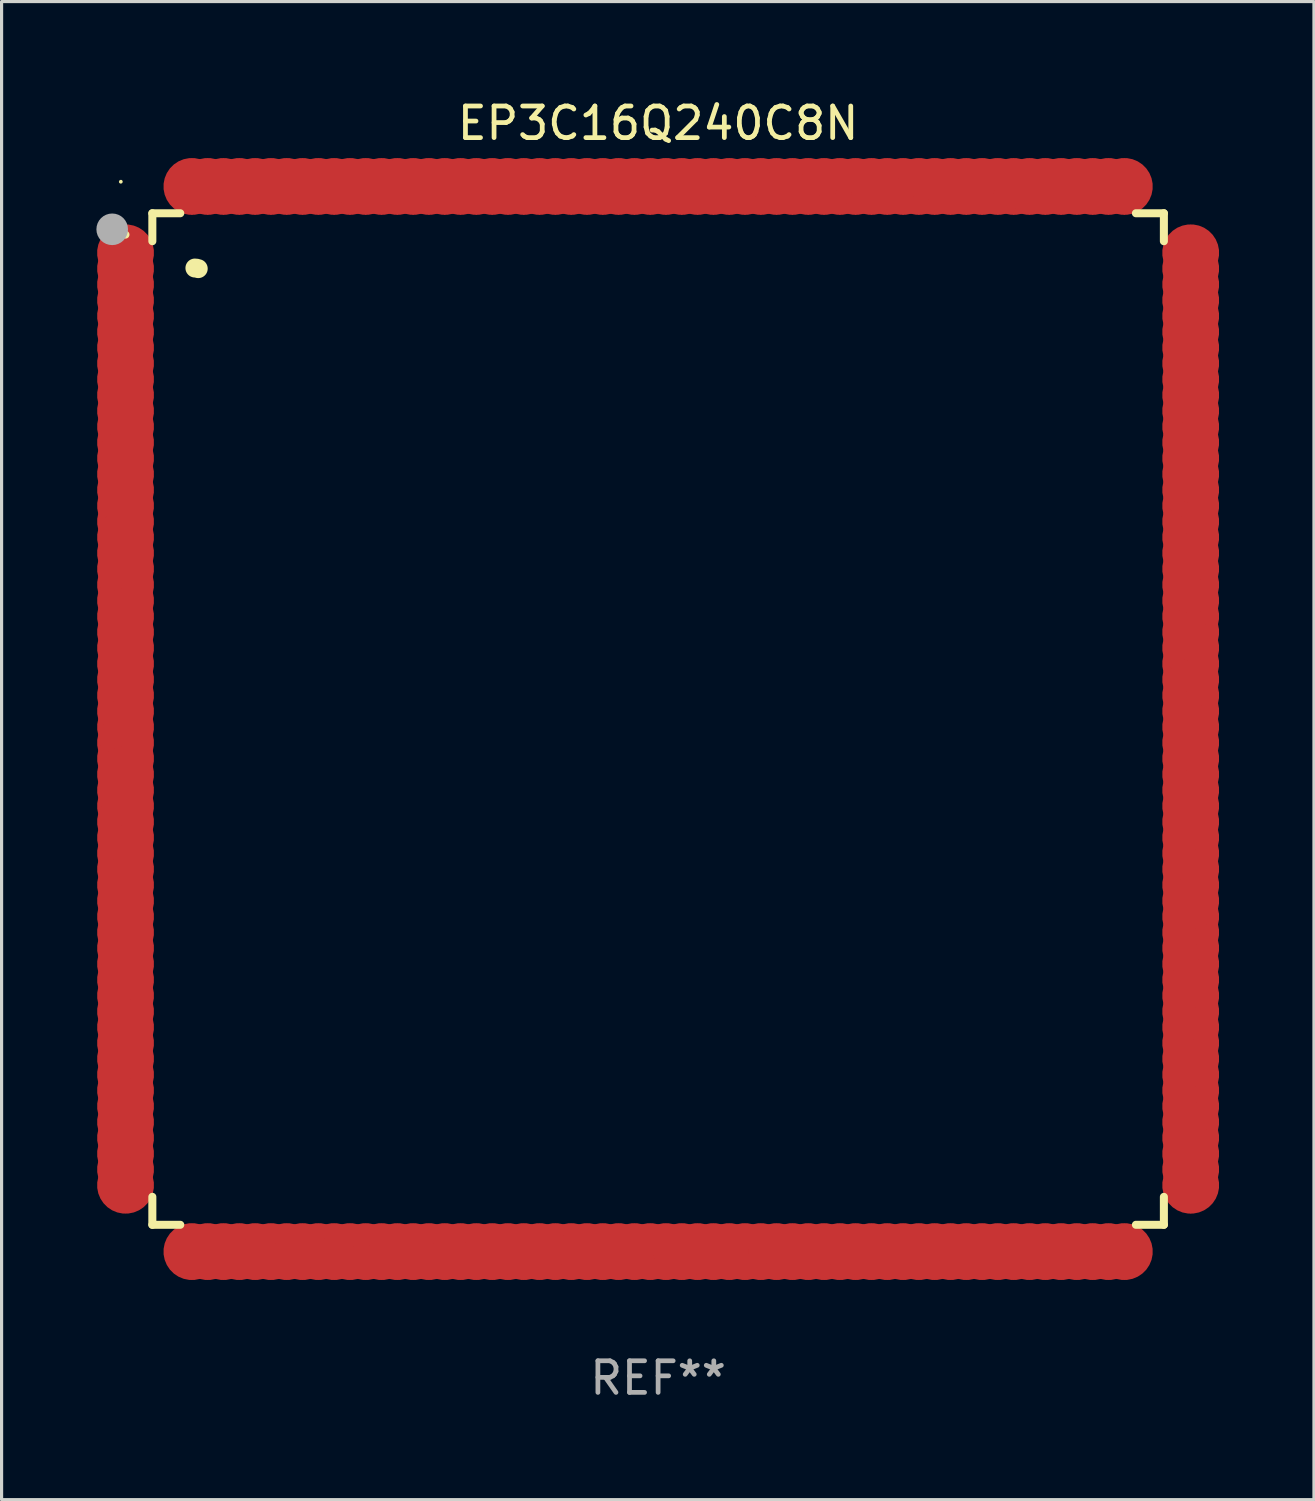
<source format=kicad_pcb>
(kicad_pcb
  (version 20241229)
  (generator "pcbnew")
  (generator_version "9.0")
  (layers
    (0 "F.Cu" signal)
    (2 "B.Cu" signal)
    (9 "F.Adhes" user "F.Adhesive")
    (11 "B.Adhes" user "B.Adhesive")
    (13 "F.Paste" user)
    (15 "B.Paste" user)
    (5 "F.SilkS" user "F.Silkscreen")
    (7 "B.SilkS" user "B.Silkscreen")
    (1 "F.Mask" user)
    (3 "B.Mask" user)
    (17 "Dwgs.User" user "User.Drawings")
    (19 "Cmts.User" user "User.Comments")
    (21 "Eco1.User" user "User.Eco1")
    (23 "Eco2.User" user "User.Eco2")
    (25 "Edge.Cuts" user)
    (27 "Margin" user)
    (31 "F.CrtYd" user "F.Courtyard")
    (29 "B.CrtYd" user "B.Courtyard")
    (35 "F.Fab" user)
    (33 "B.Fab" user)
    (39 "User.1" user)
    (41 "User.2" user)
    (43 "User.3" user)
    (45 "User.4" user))
  (footprint "EP3C16Q240C8N"
    (layer "F.Cu")
    (at 17.772 19.699)
    (property "Reference" "EP3C16Q240C8N" (at 0 -18.85 0) (layer "F.SilkS") (effects (font (size 1 1) (thickness 0.15))))
    (attr through_hole)
    (fp_line (start -16.002 -16.002) (end -15.118 -16.002) (stroke (width 0.254) (type solid)) (layer "F.SilkS"))
    (fp_line (start -16.002 -15.117) (end -16.002 -16.002) (stroke (width 0.254) (type solid)) (layer "F.SilkS"))
    (fp_line (start -16.002 16.002) (end -16.002 15.117) (stroke (width 0.254) (type solid)) (layer "F.SilkS"))
    (fp_line (start -15.118 16.002) (end -16.002 16.002) (stroke (width 0.254) (type solid)) (layer "F.SilkS"))
    (fp_line (start 15.117 -16.002) (end 16.002 -16.002) (stroke (width 0.254) (type solid)) (layer "F.SilkS"))
    (fp_line (start 16.002 -16.002) (end 16.002 -15.117) (stroke (width 0.254) (type solid)) (layer "F.SilkS"))
    (fp_line (start 16.002 15.118) (end 16.002 16.002) (stroke (width 0.254) (type solid)) (layer "F.SilkS"))
    (fp_line (start 16.002 16.002) (end 15.117 16.002) (stroke (width 0.254) (type solid)) (layer "F.SilkS"))
    (fp_arc (start -16.932207 -15.355321) (mid -16.888565 -15.347454) (end -16.850419 -15.324841) (stroke (width 0.249936) (type solid)) (layer "F.SilkS"))
    (fp_arc (start -14.655347 -14.268707) (mid -14.602053 -14.264012) (end -14.550445 -14.249911) (stroke (width 0.599949) (type solid)) (layer "F.SilkS"))
    (fp_circle (center -17 -17) (end -16.97 -17) (stroke (width 0.06) (type solid)) (fill no) (layer "F.SilkS"))
    (fp_circle (center -17.272 -15.494) (end -17.022 -15.494) (stroke (width 0.5) (type solid)) (fill no) (layer "F.Fab"))
    (fp_text user "REF**" (at 0 20.85 0) (layer "F.Fab") (effects (font (size 1 1) (thickness 0.15))))
    (pad "1" smd custom (at -16.85 -14.75 90) (size 1.8 0.3) (layers "F.Cu" "F.Mask" "F.Paste") (options (anchor circle)) (primitives (gr_poly (pts (xy 0.749 -0.15) (xy 0.795 -0.142) (xy 0.838 -0.122) (xy 0.871 -0.089) (xy 0.892 -0.046) (xy 0.899 0.000025) (xy 0.892 0.046) (xy 0.871 0.089) (xy 0.838 0.122) (xy 0.795 0.142) (xy 0.749 0.15) (xy -0.749 0.15) (xy -0.798 0.142) (xy -0.838 0.122) (xy -0.871 0.089) (xy -0.892 0.046) (xy -0.899 0.000025) (xy -0.892 -0.046) (xy -0.871 -0.089) (xy -0.838 -0.122) (xy -0.798 -0.142) (xy -0.749 -0.15)) (width 0) (fill yes))))
    (pad "2" smd custom (at -16.85 -14.249 90) (size 1.8 0.3) (layers "F.Cu" "F.Mask" "F.Paste") (options (anchor circle)) (primitives (gr_poly (pts (xy 0.749 -0.15) (xy 0.795 -0.142) (xy 0.838 -0.122) (xy 0.871 -0.089) (xy 0.892 -0.046) (xy 0.899 0.000025) (xy 0.892 0.046) (xy 0.871 0.089) (xy 0.838 0.122) (xy 0.795 0.142) (xy 0.749 0.15) (xy -0.749 0.15) (xy -0.798 0.142) (xy -0.838 0.122) (xy -0.871 0.089) (xy -0.892 0.046) (xy -0.899 0.000025) (xy -0.892 -0.046) (xy -0.871 -0.089) (xy -0.838 -0.122) (xy -0.798 -0.142) (xy -0.749 -0.15)) (width 0) (fill yes))))
    (pad "3" smd custom (at -16.85 -13.749 90) (size 1.8 0.3) (layers "F.Cu" "F.Mask" "F.Paste") (options (anchor circle)) (primitives (gr_poly (pts (xy 0.749 -0.15) (xy 0.795 -0.142) (xy 0.838 -0.122) (xy 0.871 -0.089) (xy 0.892 -0.046) (xy 0.899 0.000025) (xy 0.892 0.046) (xy 0.871 0.086) (xy 0.838 0.122) (xy 0.795 0.142) (xy 0.749 0.15) (xy -0.749 0.15) (xy -0.798 0.142) (xy -0.838 0.122) (xy -0.871 0.086) (xy -0.892 0.046) (xy -0.899 0.000025) (xy -0.892 -0.046) (xy -0.871 -0.089) (xy -0.838 -0.122) (xy -0.798 -0.142) (xy -0.749 -0.15)) (width 0) (fill yes))))
    (pad "4" smd custom (at -16.85 -13.249 90) (size 1.8 0.3) (layers "F.Cu" "F.Mask" "F.Paste") (options (anchor circle)) (primitives (gr_poly (pts (xy 0.749 -0.15) (xy 0.795 -0.145) (xy 0.838 -0.122) (xy 0.871 -0.089) (xy 0.892 -0.048) (xy 0.899 0.000025) (xy 0.892 0.046) (xy 0.871 0.086) (xy 0.838 0.119) (xy 0.795 0.142) (xy 0.749 0.15) (xy -0.749 0.15) (xy -0.798 0.142) (xy -0.838 0.119) (xy -0.871 0.086) (xy -0.892 0.046) (xy -0.899 0.000025) (xy -0.892 -0.048) (xy -0.871 -0.089) (xy -0.838 -0.122) (xy -0.798 -0.145) (xy -0.749 -0.15)) (width 0) (fill yes))))
    (pad "5" smd custom (at -16.85 -12.751 90) (size 1.8 0.3) (layers "F.Cu" "F.Mask" "F.Paste") (options (anchor circle)) (primitives (gr_poly (pts (xy 0.749 -0.15) (xy 0.795 -0.142) (xy 0.838 -0.119) (xy 0.871 -0.086) (xy 0.892 -0.046) (xy 0.899 0.000025) (xy 0.892 0.048) (xy 0.871 0.089) (xy 0.838 0.122) (xy 0.795 0.145) (xy 0.749 0.152) (xy -0.749 0.152) (xy -0.798 0.145) (xy -0.838 0.122) (xy -0.871 0.089) (xy -0.892 0.048) (xy -0.899 0.000025) (xy -0.892 -0.046) (xy -0.871 -0.086) (xy -0.838 -0.119) (xy -0.798 -0.142) (xy -0.749 -0.15)) (width 0) (fill yes))))
    (pad "6" smd custom (at -16.85 -12.25 90) (size 1.8 0.3) (layers "F.Cu" "F.Mask" "F.Paste") (options (anchor circle)) (primitives (gr_poly (pts (xy 0.749 -0.15) (xy 0.795 -0.142) (xy 0.838 -0.119) (xy 0.871 -0.086) (xy 0.892 -0.046) (xy 0.899 0.000025) (xy 0.892 0.048) (xy 0.871 0.089) (xy 0.838 0.122) (xy 0.795 0.142) (xy 0.749 0.15) (xy -0.749 0.15) (xy -0.798 0.142) (xy -0.838 0.122) (xy -0.871 0.089) (xy -0.892 0.048) (xy -0.899 0.000025) (xy -0.892 -0.046) (xy -0.871 -0.086) (xy -0.838 -0.119) (xy -0.798 -0.142) (xy -0.749 -0.15)) (width 0) (fill yes))))
    (pad "7" smd custom (at -16.85 -11.75 90) (size 1.8 0.3) (layers "F.Cu" "F.Mask" "F.Paste") (options (anchor circle)) (primitives (gr_poly (pts (xy 0.749 -0.15) (xy 0.795 -0.142) (xy 0.838 -0.122) (xy 0.871 -0.089) (xy 0.892 -0.046) (xy 0.899 0.000025) (xy 0.892 0.046) (xy 0.871 0.089) (xy 0.838 0.122) (xy 0.795 0.142) (xy 0.749 0.15) (xy -0.749 0.15) (xy -0.798 0.142) (xy -0.838 0.122) (xy -0.871 0.089) (xy -0.892 0.046) (xy -0.899 0.000025) (xy -0.892 -0.046) (xy -0.871 -0.089) (xy -0.838 -0.122) (xy -0.798 -0.142) (xy -0.749 -0.15)) (width 0) (fill yes))))
    (pad "8" smd custom (at -16.85 -11.25 90) (size 1.8 0.3) (layers "F.Cu" "F.Mask" "F.Paste") (options (anchor circle)) (primitives (gr_poly (pts (xy 0.749 -0.15) (xy 0.795 -0.142) (xy 0.838 -0.122) (xy 0.871 -0.089) (xy 0.892 -0.046) (xy 0.899 0.000025) (xy 0.892 0.046) (xy 0.871 0.089) (xy 0.838 0.122) (xy 0.795 0.142) (xy 0.749 0.15) (xy -0.749 0.15) (xy -0.798 0.142) (xy -0.838 0.122) (xy -0.871 0.089) (xy -0.892 0.046) (xy -0.899 0.000025) (xy -0.892 -0.046) (xy -0.871 -0.089) (xy -0.838 -0.122) (xy -0.798 -0.142) (xy -0.749 -0.15)) (width 0) (fill yes))))
    (pad "9" smd custom (at -16.85 -10.749 90) (size 1.8 0.3) (layers "F.Cu" "F.Mask" "F.Paste") (options (anchor circle)) (primitives (gr_poly (pts (xy 0.749 -0.15) (xy 0.795 -0.142) (xy 0.838 -0.122) (xy 0.871 -0.089) (xy 0.892 -0.046) (xy 0.899 0.000025) (xy 0.892 0.046) (xy 0.871 0.089) (xy 0.838 0.122) (xy 0.795 0.142) (xy 0.749 0.15) (xy -0.749 0.15) (xy -0.798 0.142) (xy -0.838 0.122) (xy -0.871 0.089) (xy -0.892 0.046) (xy -0.899 0.000025) (xy -0.892 -0.046) (xy -0.871 -0.089) (xy -0.838 -0.122) (xy -0.798 -0.142) (xy -0.749 -0.15)) (width 0) (fill yes))))
    (pad "10" smd custom (at -16.85 -10.249 90) (size 1.8 0.3) (layers "F.Cu" "F.Mask" "F.Paste") (options (anchor circle)) (primitives (gr_poly (pts (xy 0.749 -0.15) (xy 0.795 -0.142) (xy 0.838 -0.122) (xy 0.871 -0.089) (xy 0.892 -0.048) (xy 0.899 0.000025) (xy 0.892 0.046) (xy 0.871 0.086) (xy 0.838 0.119) (xy 0.795 0.142) (xy 0.749 0.15) (xy -0.749 0.15) (xy -0.798 0.142) (xy -0.838 0.119) (xy -0.871 0.086) (xy -0.892 0.046) (xy -0.899 0.000025) (xy -0.892 -0.048) (xy -0.871 -0.089) (xy -0.838 -0.122) (xy -0.798 -0.142) (xy -0.749 -0.15)) (width 0) (fill yes))))
    (pad "11" smd custom (at -16.85 -9.749 90) (size 1.8 0.3) (layers "F.Cu" "F.Mask" "F.Paste") (options (anchor circle)) (primitives (gr_poly (pts (xy 0.749 -0.152) (xy 0.795 -0.145) (xy 0.838 -0.122) (xy 0.871 -0.089) (xy 0.892 -0.048) (xy 0.899 0.000025) (xy 0.892 0.046) (xy 0.871 0.086) (xy 0.838 0.119) (xy 0.795 0.142) (xy 0.749 0.15) (xy -0.749 0.15) (xy -0.798 0.142) (xy -0.838 0.119) (xy -0.871 0.086) (xy -0.892 0.046) (xy -0.899 0.000025) (xy -0.892 -0.048) (xy -0.871 -0.089) (xy -0.838 -0.122) (xy -0.798 -0.145) (xy -0.749 -0.152)) (width 0) (fill yes))))
    (pad "12" smd custom (at -16.85 -9.251 90) (size 1.8 0.3) (layers "F.Cu" "F.Mask" "F.Paste") (options (anchor circle)) (primitives (gr_poly (pts (xy 0.749 -0.15) (xy 0.795 -0.142) (xy 0.838 -0.119) (xy 0.871 -0.086) (xy 0.892 -0.046) (xy 0.899 0.000025) (xy 0.892 0.048) (xy 0.871 0.089) (xy 0.838 0.122) (xy 0.795 0.145) (xy 0.749 0.15) (xy -0.749 0.15) (xy -0.798 0.145) (xy -0.838 0.122) (xy -0.871 0.089) (xy -0.892 0.048) (xy -0.899 0.000025) (xy -0.892 -0.046) (xy -0.871 -0.086) (xy -0.838 -0.119) (xy -0.798 -0.142) (xy -0.749 -0.15)) (width 0) (fill yes))))
    (pad "13" smd custom (at -16.85 -8.75 90) (size 1.8 0.3) (layers "F.Cu" "F.Mask" "F.Paste") (options (anchor circle)) (primitives (gr_poly (pts (xy 0.749 -0.15) (xy 0.795 -0.142) (xy 0.838 -0.122) (xy 0.871 -0.086) (xy 0.892 -0.046) (xy 0.899 0.000025) (xy 0.892 0.048) (xy 0.871 0.089) (xy 0.838 0.122) (xy 0.795 0.142) (xy 0.749 0.15) (xy -0.749 0.15) (xy -0.798 0.142) (xy -0.838 0.122) (xy -0.871 0.089) (xy -0.892 0.048) (xy -0.899 0.000025) (xy -0.892 -0.046) (xy -0.871 -0.086) (xy -0.838 -0.122) (xy -0.798 -0.142) (xy -0.749 -0.15)) (width 0) (fill yes))))
    (pad "14" smd custom (at -16.85 -8.25 90) (size 1.8 0.3) (layers "F.Cu" "F.Mask" "F.Paste") (options (anchor circle)) (primitives (gr_poly (pts (xy 0.749 -0.15) (xy 0.795 -0.142) (xy 0.838 -0.122) (xy 0.871 -0.089) (xy 0.892 -0.046) (xy 0.899 0.000025) (xy 0.892 0.046) (xy 0.871 0.089) (xy 0.838 0.122) (xy 0.795 0.142) (xy 0.749 0.15) (xy -0.749 0.15) (xy -0.798 0.142) (xy -0.838 0.122) (xy -0.871 0.089) (xy -0.892 0.046) (xy -0.899 0.000025) (xy -0.892 -0.046) (xy -0.871 -0.089) (xy -0.838 -0.122) (xy -0.798 -0.142) (xy -0.749 -0.15)) (width 0) (fill yes))))
    (pad "15" smd custom (at -16.85 -7.75 90) (size 1.8 0.3) (layers "F.Cu" "F.Mask" "F.Paste") (options (anchor circle)) (primitives (gr_poly (pts (xy 0.749 -0.15) (xy 0.795 -0.142) (xy 0.838 -0.122) (xy 0.871 -0.089) (xy 0.892 -0.046) (xy 0.899 0.000025) (xy 0.892 0.046) (xy 0.871 0.089) (xy 0.838 0.122) (xy 0.795 0.142) (xy 0.749 0.15) (xy -0.749 0.15) (xy -0.798 0.142) (xy -0.838 0.122) (xy -0.871 0.089) (xy -0.892 0.046) (xy -0.899 0.000025) (xy -0.892 -0.046) (xy -0.871 -0.089) (xy -0.838 -0.122) (xy -0.798 -0.142) (xy -0.749 -0.15)) (width 0) (fill yes))))
    (pad "16" smd custom (at -16.85 -7.249 90) (size 1.8 0.3) (layers "F.Cu" "F.Mask" "F.Paste") (options (anchor circle)) (primitives (gr_poly (pts (xy 0.749 -0.15) (xy 0.795 -0.142) (xy 0.838 -0.122) (xy 0.871 -0.089) (xy 0.892 -0.046) (xy 0.899 0.000025) (xy 0.892 0.046) (xy 0.871 0.089) (xy 0.838 0.122) (xy 0.795 0.142) (xy 0.749 0.15) (xy -0.749 0.15) (xy -0.798 0.142) (xy -0.838 0.122) (xy -0.871 0.089) (xy -0.892 0.046) (xy -0.899 0.000025) (xy -0.892 -0.046) (xy -0.871 -0.089) (xy -0.838 -0.122) (xy -0.798 -0.142) (xy -0.749 -0.15)) (width 0) (fill yes))))
    (pad "17" smd custom (at -16.85 -6.749 90) (size 1.8 0.3) (layers "F.Cu" "F.Mask" "F.Paste") (options (anchor circle)) (primitives (gr_poly (pts (xy 0.749 -0.15) (xy 0.795 -0.145) (xy 0.838 -0.122) (xy 0.871 -0.089) (xy 0.892 -0.048) (xy 0.899 0.000025) (xy 0.892 0.046) (xy 0.871 0.086) (xy 0.838 0.119) (xy 0.795 0.142) (xy 0.749 0.15) (xy -0.749 0.15) (xy -0.798 0.142) (xy -0.838 0.119) (xy -0.871 0.086) (xy -0.892 0.046) (xy -0.899 0.000025) (xy -0.892 -0.048) (xy -0.871 -0.089) (xy -0.838 -0.122) (xy -0.798 -0.145) (xy -0.749 -0.15)) (width 0) (fill yes))))
    (pad "18" smd custom (at -16.85 -6.248 90) (size 1.8 0.3) (layers "F.Cu" "F.Mask" "F.Paste") (options (anchor circle)) (primitives (gr_poly (pts (xy 0.749 -0.152) (xy 0.795 -0.145) (xy 0.838 -0.122) (xy 0.871 -0.089) (xy 0.892 -0.048) (xy 0.899 0.000025) (xy 0.892 0.046) (xy 0.871 0.086) (xy 0.838 0.119) (xy 0.795 0.142) (xy 0.749 0.15) (xy -0.749 0.15) (xy -0.798 0.142) (xy -0.838 0.119) (xy -0.871 0.086) (xy -0.892 0.046) (xy -0.899 0.000025) (xy -0.892 -0.048) (xy -0.871 -0.089) (xy -0.838 -0.122) (xy -0.798 -0.145) (xy -0.749 -0.152)) (width 0) (fill yes))))
    (pad "19" smd custom (at -16.85 -5.751 90) (size 1.8 0.3) (layers "F.Cu" "F.Mask" "F.Paste") (options (anchor circle)) (primitives (gr_poly (pts (xy 0.749 -0.15) (xy 0.795 -0.142) (xy 0.838 -0.119) (xy 0.871 -0.086) (xy 0.892 -0.046) (xy 0.899 0.000025) (xy 0.892 0.048) (xy 0.871 0.089) (xy 0.838 0.122) (xy 0.795 0.145) (xy 0.749 0.15) (xy -0.749 0.15) (xy -0.798 0.145) (xy -0.838 0.122) (xy -0.871 0.089) (xy -0.892 0.048) (xy -0.899 0.000025) (xy -0.892 -0.046) (xy -0.871 -0.086) (xy -0.838 -0.119) (xy -0.798 -0.142) (xy -0.749 -0.15)) (width 0) (fill yes))))
    (pad "20" smd custom (at -16.85 -5.25 90) (size 1.8 0.3) (layers "F.Cu" "F.Mask" "F.Paste") (options (anchor circle)) (primitives (gr_poly (pts (xy 0.749 -0.15) (xy 0.795 -0.142) (xy 0.838 -0.122) (xy 0.871 -0.089) (xy 0.892 -0.046) (xy 0.899 0.000025) (xy 0.892 0.046) (xy 0.871 0.089) (xy 0.838 0.122) (xy 0.795 0.142) (xy 0.749 0.15) (xy -0.749 0.15) (xy -0.798 0.142) (xy -0.838 0.122) (xy -0.871 0.089) (xy -0.892 0.046) (xy -0.899 0.000025) (xy -0.892 -0.046) (xy -0.871 -0.089) (xy -0.838 -0.122) (xy -0.798 -0.142) (xy -0.749 -0.15)) (width 0) (fill yes))))
    (pad "21" smd custom (at -16.85 -4.75 90) (size 1.8 0.3) (layers "F.Cu" "F.Mask" "F.Paste") (options (anchor circle)) (primitives (gr_poly (pts (xy 0.749 -0.15) (xy 0.795 -0.142) (xy 0.838 -0.122) (xy 0.871 -0.089) (xy 0.892 -0.046) (xy 0.899 0.000025) (xy 0.892 0.046) (xy 0.871 0.089) (xy 0.838 0.122) (xy 0.795 0.142) (xy 0.749 0.15) (xy -0.749 0.15) (xy -0.798 0.142) (xy -0.838 0.122) (xy -0.871 0.089) (xy -0.892 0.046) (xy -0.899 0.000025) (xy -0.892 -0.046) (xy -0.871 -0.089) (xy -0.838 -0.122) (xy -0.798 -0.142) (xy -0.749 -0.15)) (width 0) (fill yes))))
    (pad "22" smd custom (at -16.85 -4.249 90) (size 1.8 0.3) (layers "F.Cu" "F.Mask" "F.Paste") (options (anchor circle)) (primitives (gr_poly (pts (xy 0.749 -0.15) (xy 0.795 -0.142) (xy 0.838 -0.122) (xy 0.871 -0.089) (xy 0.892 -0.046) (xy 0.899 0.000025) (xy 0.892 0.046) (xy 0.871 0.089) (xy 0.838 0.122) (xy 0.795 0.142) (xy 0.749 0.15) (xy -0.749 0.15) (xy -0.798 0.142) (xy -0.838 0.122) (xy -0.871 0.089) (xy -0.892 0.046) (xy -0.899 0.000025) (xy -0.892 -0.046) (xy -0.871 -0.089) (xy -0.838 -0.122) (xy -0.798 -0.142) (xy -0.749 -0.15)) (width 0) (fill yes))))
    (pad "23" smd custom (at -16.85 -3.749 90) (size 1.8 0.3) (layers "F.Cu" "F.Mask" "F.Paste") (options (anchor circle)) (primitives (gr_poly (pts (xy 0.749 -0.15) (xy 0.795 -0.142) (xy 0.838 -0.122) (xy 0.871 -0.089) (xy 0.892 -0.046) (xy 0.899 0.000025) (xy 0.892 0.046) (xy 0.871 0.086) (xy 0.838 0.122) (xy 0.795 0.142) (xy 0.749 0.15) (xy -0.749 0.15) (xy -0.798 0.142) (xy -0.838 0.122) (xy -0.871 0.086) (xy -0.892 0.046) (xy -0.899 0.000025) (xy -0.892 -0.046) (xy -0.871 -0.089) (xy -0.838 -0.122) (xy -0.798 -0.142) (xy -0.749 -0.15)) (width 0) (fill yes))))
    (pad "24" smd custom (at -16.85 -3.249 90) (size 1.8 0.3) (layers "F.Cu" "F.Mask" "F.Paste") (options (anchor circle)) (primitives (gr_poly (pts (xy 0.749 -0.15) (xy 0.795 -0.145) (xy 0.838 -0.122) (xy 0.871 -0.089) (xy 0.892 -0.048) (xy 0.899 0.000025) (xy 0.892 0.046) (xy 0.871 0.086) (xy 0.838 0.119) (xy 0.795 0.142) (xy 0.749 0.15) (xy -0.749 0.15) (xy -0.798 0.142) (xy -0.838 0.119) (xy -0.871 0.086) (xy -0.892 0.046) (xy -0.899 0.000025) (xy -0.892 -0.048) (xy -0.871 -0.089) (xy -0.838 -0.122) (xy -0.798 -0.145) (xy -0.749 -0.15)) (width 0) (fill yes))))
    (pad "25" smd custom (at -16.85 -2.751 90) (size 1.8 0.3) (layers "F.Cu" "F.Mask" "F.Paste") (options (anchor circle)) (primitives (gr_poly (pts (xy 0.749 -0.15) (xy 0.795 -0.142) (xy 0.838 -0.119) (xy 0.871 -0.086) (xy 0.892 -0.046) (xy 0.899 0.000025) (xy 0.892 0.048) (xy 0.871 0.089) (xy 0.838 0.122) (xy 0.795 0.145) (xy 0.749 0.152) (xy -0.749 0.152) (xy -0.798 0.145) (xy -0.838 0.122) (xy -0.871 0.089) (xy -0.892 0.048) (xy -0.899 0.000025) (xy -0.892 -0.046) (xy -0.871 -0.086) (xy -0.838 -0.119) (xy -0.798 -0.142) (xy -0.749 -0.15)) (width 0) (fill yes))))
    (pad "26" smd custom (at -16.85 -2.25 90) (size 1.8 0.3) (layers "F.Cu" "F.Mask" "F.Paste") (options (anchor circle)) (primitives (gr_poly (pts (xy 0.749 -0.15) (xy 0.795 -0.142) (xy 0.838 -0.119) (xy 0.871 -0.086) (xy 0.892 -0.046) (xy 0.899 0.000025) (xy 0.892 0.048) (xy 0.871 0.089) (xy 0.838 0.122) (xy 0.795 0.142) (xy 0.749 0.15) (xy -0.749 0.15) (xy -0.798 0.142) (xy -0.838 0.122) (xy -0.871 0.089) (xy -0.892 0.048) (xy -0.899 0.000025) (xy -0.892 -0.046) (xy -0.871 -0.086) (xy -0.838 -0.119) (xy -0.798 -0.142) (xy -0.749 -0.15)) (width 0) (fill yes))))
    (pad "27" smd custom (at -16.85 -1.75 90) (size 1.8 0.3) (layers "F.Cu" "F.Mask" "F.Paste") (options (anchor circle)) (primitives (gr_poly (pts (xy 0.749 -0.15) (xy 0.795 -0.142) (xy 0.838 -0.122) (xy 0.871 -0.089) (xy 0.892 -0.046) (xy 0.899 0.000025) (xy 0.892 0.046) (xy 0.871 0.089) (xy 0.838 0.122) (xy 0.795 0.142) (xy 0.749 0.15) (xy -0.749 0.15) (xy -0.798 0.142) (xy -0.838 0.122) (xy -0.871 0.089) (xy -0.892 0.046) (xy -0.899 0.000025) (xy -0.892 -0.046) (xy -0.871 -0.089) (xy -0.838 -0.122) (xy -0.798 -0.142) (xy -0.749 -0.15)) (width 0) (fill yes))))
    (pad "28" smd custom (at -16.85 -1.25 90) (size 1.8 0.3) (layers "F.Cu" "F.Mask" "F.Paste") (options (anchor circle)) (primitives (gr_poly (pts (xy 0.749 -0.15) (xy 0.795 -0.142) (xy 0.838 -0.122) (xy 0.871 -0.089) (xy 0.892 -0.046) (xy 0.899 0.000025) (xy 0.892 0.046) (xy 0.871 0.089) (xy 0.838 0.122) (xy 0.795 0.142) (xy 0.749 0.15) (xy -0.749 0.15) (xy -0.798 0.142) (xy -0.838 0.122) (xy -0.871 0.089) (xy -0.892 0.046) (xy -0.899 0.000025) (xy -0.892 -0.046) (xy -0.871 -0.089) (xy -0.838 -0.122) (xy -0.798 -0.142) (xy -0.749 -0.15)) (width 0) (fill yes))))
    (pad "29" smd custom (at -16.85 -0.749 90) (size 1.8 0.3) (layers "F.Cu" "F.Mask" "F.Paste") (options (anchor circle)) (primitives (gr_poly (pts (xy 0.749 -0.15) (xy 0.795 -0.142) (xy 0.838 -0.122) (xy 0.871 -0.089) (xy 0.892 -0.046) (xy 0.899 0.000025) (xy 0.892 0.046) (xy 0.871 0.089) (xy 0.838 0.122) (xy 0.795 0.142) (xy 0.749 0.15) (xy -0.749 0.15) (xy -0.798 0.142) (xy -0.838 0.122) (xy -0.871 0.089) (xy -0.892 0.046) (xy -0.899 0.000025) (xy -0.892 -0.046) (xy -0.871 -0.089) (xy -0.838 -0.122) (xy -0.798 -0.142) (xy -0.749 -0.15)) (width 0) (fill yes))))
    (pad "30" smd custom (at -16.85 -0.249 90) (size 1.8 0.3) (layers "F.Cu" "F.Mask" "F.Paste") (options (anchor circle)) (primitives (gr_poly (pts (xy 0.749 -0.15) (xy 0.795 -0.142) (xy 0.838 -0.122) (xy 0.871 -0.089) (xy 0.892 -0.048) (xy 0.899 0.000025) (xy 0.892 0.046) (xy 0.871 0.086) (xy 0.838 0.119) (xy 0.795 0.142) (xy 0.749 0.15) (xy -0.749 0.15) (xy -0.798 0.142) (xy -0.838 0.119) (xy -0.871 0.086) (xy -0.892 0.046) (xy -0.899 0.000025) (xy -0.892 -0.048) (xy -0.871 -0.089) (xy -0.838 -0.122) (xy -0.798 -0.142) (xy -0.749 -0.15)) (width 0) (fill yes))))
    (pad "31" smd custom (at -16.85 0.251 90) (size 1.8 0.3) (layers "F.Cu" "F.Mask" "F.Paste") (options (anchor circle)) (primitives (gr_poly (pts (xy 0.749 -0.15) (xy 0.795 -0.145) (xy 0.838 -0.122) (xy 0.871 -0.089) (xy 0.892 -0.048) (xy 0.899 0.000025) (xy 0.892 0.046) (xy 0.871 0.086) (xy 0.838 0.119) (xy 0.795 0.142) (xy 0.749 0.15) (xy -0.749 0.15) (xy -0.798 0.142) (xy -0.838 0.119) (xy -0.871 0.086) (xy -0.892 0.046) (xy -0.899 0.000025) (xy -0.892 -0.048) (xy -0.871 -0.089) (xy -0.838 -0.122) (xy -0.798 -0.145) (xy -0.749 -0.15)) (width 0) (fill yes))))
    (pad "32" smd custom (at -16.85 0.749 90) (size 1.8 0.3) (layers "F.Cu" "F.Mask" "F.Paste") (options (anchor circle)) (primitives (gr_poly (pts (xy 0.749 -0.15) (xy 0.795 -0.142) (xy 0.838 -0.119) (xy 0.871 -0.086) (xy 0.892 -0.046) (xy 0.899 0.000025) (xy 0.892 0.048) (xy 0.871 0.089) (xy 0.838 0.122) (xy 0.795 0.145) (xy 0.749 0.15) (xy -0.749 0.15) (xy -0.798 0.145) (xy -0.838 0.122) (xy -0.871 0.089) (xy -0.892 0.048) (xy -0.899 0.000025) (xy -0.892 -0.046) (xy -0.871 -0.086) (xy -0.838 -0.119) (xy -0.798 -0.142) (xy -0.749 -0.15)) (width 0) (fill yes))))
    (pad "33" smd custom (at -16.85 1.25 90) (size 1.8 0.3) (layers "F.Cu" "F.Mask" "F.Paste") (options (anchor circle)) (primitives (gr_poly (pts (xy 0.749 -0.15) (xy 0.795 -0.142) (xy 0.838 -0.122) (xy 0.871 -0.086) (xy 0.892 -0.046) (xy 0.899 0.000025) (xy 0.892 0.048) (xy 0.871 0.089) (xy 0.838 0.122) (xy 0.795 0.142) (xy 0.749 0.15) (xy -0.749 0.15) (xy -0.798 0.142) (xy -0.838 0.122) (xy -0.871 0.089) (xy -0.892 0.048) (xy -0.899 0.000025) (xy -0.892 -0.046) (xy -0.871 -0.086) (xy -0.838 -0.122) (xy -0.798 -0.142) (xy -0.749 -0.15)) (width 0) (fill yes))))
    (pad "34" smd custom (at -16.85 1.75 90) (size 1.8 0.3) (layers "F.Cu" "F.Mask" "F.Paste") (options (anchor circle)) (primitives (gr_poly (pts (xy 0.749 -0.15) (xy 0.795 -0.142) (xy 0.838 -0.122) (xy 0.871 -0.089) (xy 0.892 -0.046) (xy 0.899 0.000025) (xy 0.892 0.046) (xy 0.871 0.089) (xy 0.838 0.122) (xy 0.795 0.142) (xy 0.749 0.15) (xy -0.749 0.15) (xy -0.798 0.142) (xy -0.838 0.122) (xy -0.871 0.089) (xy -0.892 0.046) (xy -0.899 0.000025) (xy -0.892 -0.046) (xy -0.871 -0.089) (xy -0.838 -0.122) (xy -0.798 -0.142) (xy -0.749 -0.15)) (width 0) (fill yes))))
    (pad "35" smd custom (at -16.85 2.25 90) (size 1.8 0.3) (layers "F.Cu" "F.Mask" "F.Paste") (options (anchor circle)) (primitives (gr_poly (pts (xy 0.749 -0.15) (xy 0.795 -0.142) (xy 0.838 -0.122) (xy 0.871 -0.089) (xy 0.892 -0.046) (xy 0.899 0.000025) (xy 0.892 0.046) (xy 0.871 0.089) (xy 0.838 0.122) (xy 0.795 0.142) (xy 0.749 0.15) (xy -0.749 0.15) (xy -0.798 0.142) (xy -0.838 0.122) (xy -0.871 0.089) (xy -0.892 0.046) (xy -0.899 0.000025) (xy -0.892 -0.046) (xy -0.871 -0.089) (xy -0.838 -0.122) (xy -0.798 -0.142) (xy -0.749 -0.15)) (width 0) (fill yes))))
    (pad "36" smd custom (at -16.85 2.751 90) (size 1.8 0.3) (layers "F.Cu" "F.Mask" "F.Paste") (options (anchor circle)) (primitives (gr_poly (pts (xy 0.749 -0.15) (xy 0.795 -0.142) (xy 0.838 -0.122) (xy 0.871 -0.089) (xy 0.892 -0.046) (xy 0.899 0.000025) (xy 0.892 0.046) (xy 0.871 0.089) (xy 0.838 0.122) (xy 0.795 0.142) (xy 0.749 0.15) (xy -0.749 0.15) (xy -0.798 0.142) (xy -0.838 0.122) (xy -0.871 0.089) (xy -0.892 0.046) (xy -0.899 0.000025) (xy -0.892 -0.046) (xy -0.871 -0.089) (xy -0.838 -0.122) (xy -0.798 -0.142) (xy -0.749 -0.15)) (width 0) (fill yes))))
    (pad "37" smd custom (at -16.85 3.251 90) (size 1.8 0.3) (layers "F.Cu" "F.Mask" "F.Paste") (options (anchor circle)) (primitives (gr_poly (pts (xy 0.749 -0.15) (xy 0.795 -0.145) (xy 0.838 -0.122) (xy 0.871 -0.089) (xy 0.892 -0.048) (xy 0.899 0.000025) (xy 0.892 0.046) (xy 0.871 0.086) (xy 0.838 0.119) (xy 0.795 0.142) (xy 0.749 0.15) (xy -0.749 0.15) (xy -0.798 0.142) (xy -0.838 0.119) (xy -0.871 0.086) (xy -0.892 0.046) (xy -0.899 0.000025) (xy -0.892 -0.048) (xy -0.871 -0.089) (xy -0.838 -0.122) (xy -0.798 -0.145) (xy -0.749 -0.15)) (width 0) (fill yes))))
    (pad "38" smd custom (at -16.85 3.752 90) (size 1.8 0.3) (layers "F.Cu" "F.Mask" "F.Paste") (options (anchor circle)) (primitives (gr_poly (pts (xy 0.749 -0.152) (xy 0.795 -0.145) (xy 0.838 -0.122) (xy 0.871 -0.089) (xy 0.892 -0.048) (xy 0.899 0.000025) (xy 0.892 0.046) (xy 0.871 0.086) (xy 0.838 0.119) (xy 0.795 0.142) (xy 0.749 0.15) (xy -0.749 0.15) (xy -0.798 0.142) (xy -0.838 0.119) (xy -0.871 0.086) (xy -0.892 0.046) (xy -0.899 0.000025) (xy -0.892 -0.048) (xy -0.871 -0.089) (xy -0.838 -0.122) (xy -0.798 -0.145) (xy -0.749 -0.152)) (width 0) (fill yes))))
    (pad "39" smd custom (at -16.85 4.249 90) (size 1.8 0.3) (layers "F.Cu" "F.Mask" "F.Paste") (options (anchor circle)) (primitives (gr_poly (pts (xy 0.749 -0.15) (xy 0.795 -0.142) (xy 0.838 -0.119) (xy 0.871 -0.086) (xy 0.892 -0.046) (xy 0.899 0.000025) (xy 0.892 0.048) (xy 0.871 0.089) (xy 0.838 0.122) (xy 0.795 0.145) (xy 0.749 0.15) (xy -0.749 0.15) (xy -0.798 0.145) (xy -0.838 0.122) (xy -0.871 0.089) (xy -0.892 0.048) (xy -0.899 0.000025) (xy -0.892 -0.046) (xy -0.871 -0.086) (xy -0.838 -0.119) (xy -0.798 -0.142) (xy -0.749 -0.15)) (width 0) (fill yes))))
    (pad "40" smd custom (at -16.85 4.75 90) (size 1.8 0.3) (layers "F.Cu" "F.Mask" "F.Paste") (options (anchor circle)) (primitives (gr_poly (pts (xy 0.749 -0.15) (xy 0.795 -0.142) (xy 0.838 -0.122) (xy 0.871 -0.086) (xy 0.892 -0.046) (xy 0.899 0.000025) (xy 0.892 0.046) (xy 0.871 0.089) (xy 0.838 0.122) (xy 0.795 0.142) (xy 0.749 0.15) (xy -0.749 0.15) (xy -0.798 0.142) (xy -0.838 0.122) (xy -0.871 0.089) (xy -0.892 0.046) (xy -0.899 0.000025) (xy -0.892 -0.046) (xy -0.871 -0.086) (xy -0.838 -0.122) (xy -0.798 -0.142) (xy -0.749 -0.15)) (width 0) (fill yes))))
    (pad "41" smd custom (at -16.85 5.25 90) (size 1.8 0.3) (layers "F.Cu" "F.Mask" "F.Paste") (options (anchor circle)) (primitives (gr_poly (pts (xy 0.749 -0.15) (xy 0.795 -0.142) (xy 0.838 -0.122) (xy 0.871 -0.089) (xy 0.892 -0.046) (xy 0.899 0.000025) (xy 0.892 0.046) (xy 0.871 0.089) (xy 0.838 0.122) (xy 0.795 0.142) (xy 0.749 0.15) (xy -0.749 0.15) (xy -0.798 0.142) (xy -0.838 0.122) (xy -0.871 0.089) (xy -0.892 0.046) (xy -0.899 0.000025) (xy -0.892 -0.046) (xy -0.871 -0.089) (xy -0.838 -0.122) (xy -0.798 -0.142) (xy -0.749 -0.15)) (width 0) (fill yes))))
    (pad "42" smd custom (at -16.85 5.751 90) (size 1.8 0.3) (layers "F.Cu" "F.Mask" "F.Paste") (options (anchor circle)) (primitives (gr_poly (pts (xy 0.749 -0.15) (xy 0.795 -0.142) (xy 0.838 -0.122) (xy 0.871 -0.089) (xy 0.892 -0.046) (xy 0.899 0.000025) (xy 0.892 0.046) (xy 0.871 0.089) (xy 0.838 0.122) (xy 0.795 0.142) (xy 0.749 0.15) (xy -0.749 0.15) (xy -0.798 0.142) (xy -0.838 0.122) (xy -0.871 0.089) (xy -0.892 0.046) (xy -0.899 0.000025) (xy -0.892 -0.046) (xy -0.871 -0.089) (xy -0.838 -0.122) (xy -0.798 -0.142) (xy -0.749 -0.15)) (width 0) (fill yes))))
    (pad "43" smd custom (at -16.85 6.251 90) (size 1.8 0.3) (layers "F.Cu" "F.Mask" "F.Paste") (options (anchor circle)) (primitives (gr_poly (pts (xy 0.749 -0.15) (xy 0.795 -0.142) (xy 0.838 -0.122) (xy 0.871 -0.089) (xy 0.892 -0.046) (xy 0.899 0.000025) (xy 0.892 0.046) (xy 0.871 0.086) (xy 0.838 0.122) (xy 0.795 0.142) (xy 0.749 0.15) (xy -0.749 0.15) (xy -0.798 0.142) (xy -0.838 0.122) (xy -0.871 0.086) (xy -0.892 0.046) (xy -0.899 0.000025) (xy -0.892 -0.046) (xy -0.871 -0.089) (xy -0.838 -0.122) (xy -0.798 -0.142) (xy -0.749 -0.15)) (width 0) (fill yes))))
    (pad "44" smd custom (at -16.85 6.751 90) (size 1.8 0.3) (layers "F.Cu" "F.Mask" "F.Paste") (options (anchor circle)) (primitives (gr_poly (pts (xy 0.749 -0.15) (xy 0.795 -0.145) (xy 0.838 -0.122) (xy 0.871 -0.089) (xy 0.892 -0.048) (xy 0.899 0.000025) (xy 0.892 0.046) (xy 0.871 0.086) (xy 0.838 0.119) (xy 0.795 0.142) (xy 0.749 0.15) (xy -0.749 0.15) (xy -0.798 0.142) (xy -0.838 0.119) (xy -0.871 0.086) (xy -0.892 0.046) (xy -0.899 0.000025) (xy -0.892 -0.048) (xy -0.871 -0.089) (xy -0.838 -0.122) (xy -0.798 -0.145) (xy -0.749 -0.15)) (width 0) (fill yes))))
    (pad "45" smd custom (at -16.85 7.249 90) (size 1.8 0.3) (layers "F.Cu" "F.Mask" "F.Paste") (options (anchor circle)) (primitives (gr_poly (pts (xy 0.749 -0.15) (xy 0.795 -0.142) (xy 0.838 -0.119) (xy 0.871 -0.086) (xy 0.892 -0.046) (xy 0.899 0.000025) (xy 0.892 0.048) (xy 0.871 0.089) (xy 0.838 0.122) (xy 0.795 0.145) (xy 0.749 0.152) (xy -0.749 0.152) (xy -0.798 0.145) (xy -0.838 0.122) (xy -0.871 0.089) (xy -0.892 0.048) (xy -0.899 0.000025) (xy -0.892 -0.046) (xy -0.871 -0.086) (xy -0.838 -0.119) (xy -0.798 -0.142) (xy -0.749 -0.15)) (width 0) (fill yes))))
    (pad "46" smd custom (at -16.85 7.75 90) (size 1.8 0.3) (layers "F.Cu" "F.Mask" "F.Paste") (options (anchor circle)) (primitives (gr_poly (pts (xy 0.749 -0.15) (xy 0.795 -0.142) (xy 0.838 -0.119) (xy 0.871 -0.086) (xy 0.892 -0.046) (xy 0.899 0.000025) (xy 0.892 0.048) (xy 0.871 0.089) (xy 0.838 0.122) (xy 0.795 0.142) (xy 0.749 0.15) (xy -0.749 0.15) (xy -0.798 0.142) (xy -0.838 0.122) (xy -0.871 0.089) (xy -0.892 0.048) (xy -0.899 0.000025) (xy -0.892 -0.046) (xy -0.871 -0.086) (xy -0.838 -0.119) (xy -0.798 -0.142) (xy -0.749 -0.15)) (width 0) (fill yes))))
    (pad "47" smd custom (at -16.85 8.25 90) (size 1.8 0.3) (layers "F.Cu" "F.Mask" "F.Paste") (options (anchor circle)) (primitives (gr_poly (pts (xy 0.749 -0.15) (xy 0.795 -0.142) (xy 0.838 -0.122) (xy 0.871 -0.089) (xy 0.892 -0.046) (xy 0.899 0.000025) (xy 0.892 0.046) (xy 0.871 0.089) (xy 0.838 0.122) (xy 0.795 0.142) (xy 0.749 0.15) (xy -0.749 0.15) (xy -0.798 0.142) (xy -0.838 0.122) (xy -0.871 0.089) (xy -0.892 0.046) (xy -0.899 0.000025) (xy -0.892 -0.046) (xy -0.871 -0.089) (xy -0.838 -0.122) (xy -0.798 -0.142) (xy -0.749 -0.15)) (width 0) (fill yes))))
    (pad "48" smd custom (at -16.85 8.75 90) (size 1.8 0.3) (layers "F.Cu" "F.Mask" "F.Paste") (options (anchor circle)) (primitives (gr_poly (pts (xy 0.749 -0.15) (xy 0.795 -0.142) (xy 0.838 -0.122) (xy 0.871 -0.089) (xy 0.892 -0.046) (xy 0.899 0.000025) (xy 0.892 0.046) (xy 0.871 0.089) (xy 0.838 0.122) (xy 0.795 0.142) (xy 0.749 0.15) (xy -0.749 0.15) (xy -0.798 0.142) (xy -0.838 0.122) (xy -0.871 0.089) (xy -0.892 0.046) (xy -0.899 0.000025) (xy -0.892 -0.046) (xy -0.871 -0.089) (xy -0.838 -0.122) (xy -0.798 -0.142) (xy -0.749 -0.15)) (width 0) (fill yes))))
    (pad "49" smd custom (at -16.85 9.251 90) (size 1.8 0.3) (layers "F.Cu" "F.Mask" "F.Paste") (options (anchor circle)) (primitives (gr_poly (pts (xy 0.749 -0.15) (xy 0.795 -0.142) (xy 0.838 -0.122) (xy 0.871 -0.089) (xy 0.892 -0.046) (xy 0.899 0.000025) (xy 0.892 0.046) (xy 0.871 0.089) (xy 0.838 0.122) (xy 0.795 0.142) (xy 0.749 0.15) (xy -0.749 0.15) (xy -0.798 0.142) (xy -0.838 0.122) (xy -0.871 0.089) (xy -0.892 0.046) (xy -0.899 0.000025) (xy -0.892 -0.046) (xy -0.871 -0.089) (xy -0.838 -0.122) (xy -0.798 -0.142) (xy -0.749 -0.15)) (width 0) (fill yes))))
    (pad "50" smd custom (at -16.85 9.751 90) (size 1.8 0.3) (layers "F.Cu" "F.Mask" "F.Paste") (options (anchor circle)) (primitives (gr_poly (pts (xy 0.749 -0.15) (xy 0.795 -0.142) (xy 0.838 -0.122) (xy 0.871 -0.089) (xy 0.892 -0.048) (xy 0.899 0.000025) (xy 0.892 0.046) (xy 0.871 0.086) (xy 0.838 0.119) (xy 0.795 0.142) (xy 0.749 0.15) (xy -0.749 0.15) (xy -0.798 0.142) (xy -0.838 0.119) (xy -0.871 0.086) (xy -0.892 0.046) (xy -0.899 0.000025) (xy -0.892 -0.048) (xy -0.871 -0.089) (xy -0.838 -0.122) (xy -0.798 -0.142) (xy -0.749 -0.15)) (width 0) (fill yes))))
    (pad "51" smd custom (at -16.85 10.251 90) (size 1.8 0.3) (layers "F.Cu" "F.Mask" "F.Paste") (options (anchor circle)) (primitives (gr_poly (pts (xy 0.749 -0.15) (xy 0.795 -0.145) (xy 0.838 -0.122) (xy 0.871 -0.089) (xy 0.892 -0.048) (xy 0.899 0.000025) (xy 0.892 0.046) (xy 0.871 0.086) (xy 0.838 0.119) (xy 0.795 0.142) (xy 0.749 0.15) (xy -0.749 0.15) (xy -0.798 0.142) (xy -0.838 0.119) (xy -0.871 0.086) (xy -0.892 0.046) (xy -0.899 0.000025) (xy -0.892 -0.048) (xy -0.871 -0.089) (xy -0.838 -0.122) (xy -0.798 -0.145) (xy -0.749 -0.15)) (width 0) (fill yes))))
    (pad "52" smd custom (at -16.85 10.749 90) (size 1.8 0.3) (layers "F.Cu" "F.Mask" "F.Paste") (options (anchor circle)) (primitives (gr_poly (pts (xy 0.749 -0.15) (xy 0.795 -0.142) (xy 0.838 -0.119) (xy 0.871 -0.086) (xy 0.892 -0.046) (xy 0.899 0.000025) (xy 0.892 0.048) (xy 0.871 0.089) (xy 0.838 0.122) (xy 0.795 0.145) (xy 0.749 0.15) (xy -0.749 0.15) (xy -0.798 0.145) (xy -0.838 0.122) (xy -0.871 0.089) (xy -0.892 0.048) (xy -0.899 0.000025) (xy -0.892 -0.046) (xy -0.871 -0.086) (xy -0.838 -0.119) (xy -0.798 -0.142) (xy -0.749 -0.15)) (width 0) (fill yes))))
    (pad "53" smd custom (at -16.85 11.25 90) (size 1.8 0.3) (layers "F.Cu" "F.Mask" "F.Paste") (options (anchor circle)) (primitives (gr_poly (pts (xy 0.749 -0.15) (xy 0.795 -0.142) (xy 0.838 -0.122) (xy 0.871 -0.086) (xy 0.892 -0.046) (xy 0.899 0.000025) (xy 0.892 0.048) (xy 0.871 0.089) (xy 0.838 0.122) (xy 0.795 0.142) (xy 0.749 0.15) (xy -0.749 0.15) (xy -0.798 0.142) (xy -0.838 0.122) (xy -0.871 0.089) (xy -0.892 0.048) (xy -0.899 0.000025) (xy -0.892 -0.046) (xy -0.871 -0.086) (xy -0.838 -0.122) (xy -0.798 -0.142) (xy -0.749 -0.15)) (width 0) (fill yes))))
    (pad "54" smd custom (at -16.85 11.75 90) (size 1.8 0.3) (layers "F.Cu" "F.Mask" "F.Paste") (options (anchor circle)) (primitives (gr_poly (pts (xy 0.749 -0.15) (xy 0.795 -0.142) (xy 0.838 -0.122) (xy 0.871 -0.089) (xy 0.892 -0.046) (xy 0.899 0.000025) (xy 0.892 0.046) (xy 0.871 0.089) (xy 0.838 0.122) (xy 0.795 0.142) (xy 0.749 0.15) (xy -0.749 0.15) (xy -0.798 0.142) (xy -0.838 0.122) (xy -0.871 0.089) (xy -0.892 0.046) (xy -0.899 0.000025) (xy -0.892 -0.046) (xy -0.871 -0.089) (xy -0.838 -0.122) (xy -0.798 -0.142) (xy -0.749 -0.15)) (width 0) (fill yes))))
    (pad "55" smd custom (at -16.85 12.25 90) (size 1.8 0.3) (layers "F.Cu" "F.Mask" "F.Paste") (options (anchor circle)) (primitives (gr_poly (pts (xy 0.749 -0.15) (xy 0.795 -0.142) (xy 0.838 -0.122) (xy 0.871 -0.089) (xy 0.892 -0.046) (xy 0.899 0.000025) (xy 0.892 0.046) (xy 0.871 0.089) (xy 0.838 0.122) (xy 0.795 0.142) (xy 0.749 0.15) (xy -0.749 0.15) (xy -0.798 0.142) (xy -0.838 0.122) (xy -0.871 0.089) (xy -0.892 0.046) (xy -0.899 0.000025) (xy -0.892 -0.046) (xy -0.871 -0.089) (xy -0.838 -0.122) (xy -0.798 -0.142) (xy -0.749 -0.15)) (width 0) (fill yes))))
    (pad "56" smd custom (at -16.85 12.751 90) (size 1.8 0.3) (layers "F.Cu" "F.Mask" "F.Paste") (options (anchor circle)) (primitives (gr_poly (pts (xy 0.749 -0.15) (xy 0.795 -0.142) (xy 0.838 -0.122) (xy 0.871 -0.089) (xy 0.892 -0.046) (xy 0.899 0.000025) (xy 0.892 0.046) (xy 0.871 0.089) (xy 0.838 0.122) (xy 0.795 0.142) (xy 0.749 0.15) (xy -0.749 0.15) (xy -0.798 0.142) (xy -0.838 0.122) (xy -0.871 0.089) (xy -0.892 0.046) (xy -0.899 0.000025) (xy -0.892 -0.046) (xy -0.871 -0.089) (xy -0.838 -0.122) (xy -0.798 -0.142) (xy -0.749 -0.15)) (width 0) (fill yes))))
    (pad "57" smd custom (at -16.85 13.251 90) (size 1.8 0.3) (layers "F.Cu" "F.Mask" "F.Paste") (options (anchor circle)) (primitives (gr_poly (pts (xy 0.749 -0.15) (xy 0.795 -0.142) (xy 0.838 -0.122) (xy 0.871 -0.089) (xy 0.892 -0.048) (xy 0.899 0.000025) (xy 0.892 0.046) (xy 0.871 0.086) (xy 0.838 0.119) (xy 0.795 0.142) (xy 0.749 0.15) (xy -0.749 0.15) (xy -0.798 0.142) (xy -0.838 0.119) (xy -0.871 0.086) (xy -0.892 0.046) (xy -0.899 0.000025) (xy -0.892 -0.048) (xy -0.871 -0.089) (xy -0.838 -0.122) (xy -0.798 -0.142) (xy -0.749 -0.15)) (width 0) (fill yes))))
    (pad "58" smd custom (at -16.85 13.752 90) (size 1.8 0.3) (layers "F.Cu" "F.Mask" "F.Paste") (options (anchor circle)) (primitives (gr_poly (pts (xy 0.749 -0.152) (xy 0.795 -0.145) (xy 0.838 -0.122) (xy 0.871 -0.089) (xy 0.892 -0.048) (xy 0.899 0.000025) (xy 0.892 0.046) (xy 0.871 0.086) (xy 0.838 0.119) (xy 0.795 0.142) (xy 0.749 0.15) (xy -0.749 0.15) (xy -0.798 0.142) (xy -0.838 0.119) (xy -0.871 0.086) (xy -0.892 0.046) (xy -0.899 0.000025) (xy -0.892 -0.048) (xy -0.871 -0.089) (xy -0.838 -0.122) (xy -0.798 -0.145) (xy -0.749 -0.152)) (width 0) (fill yes))))
    (pad "59" smd custom (at -16.85 14.249 90) (size 1.8 0.3) (layers "F.Cu" "F.Mask" "F.Paste") (options (anchor circle)) (primitives (gr_poly (pts (xy 0.749 -0.15) (xy 0.795 -0.142) (xy 0.838 -0.119) (xy 0.871 -0.086) (xy 0.892 -0.046) (xy 0.899 0.000025) (xy 0.892 0.048) (xy 0.871 0.089) (xy 0.838 0.122) (xy 0.795 0.145) (xy 0.749 0.15) (xy -0.749 0.15) (xy -0.798 0.145) (xy -0.838 0.122) (xy -0.871 0.089) (xy -0.892 0.048) (xy -0.899 0.000025) (xy -0.892 -0.046) (xy -0.871 -0.086) (xy -0.838 -0.119) (xy -0.798 -0.142) (xy -0.749 -0.15)) (width 0) (fill yes))))
    (pad "60" smd custom (at -16.85 14.75 90) (size 1.8 0.3) (layers "F.Cu" "F.Mask" "F.Paste") (options (anchor circle)) (primitives (gr_poly (pts (xy 0.749 -0.15) (xy 0.795 -0.142) (xy 0.838 -0.122) (xy 0.871 -0.086) (xy 0.892 -0.046) (xy 0.899 0.000025) (xy 0.892 0.046) (xy 0.871 0.089) (xy 0.838 0.122) (xy 0.795 0.142) (xy 0.749 0.15) (xy -0.749 0.15) (xy -0.798 0.142) (xy -0.838 0.122) (xy -0.871 0.089) (xy -0.892 0.046) (xy -0.899 0.000025) (xy -0.892 -0.046) (xy -0.871 -0.086) (xy -0.838 -0.122) (xy -0.798 -0.142) (xy -0.749 -0.15)) (width 0) (fill yes))))
    (pad "61" smd custom (at -14.75 16.85) (size 1.8 0.3) (layers "F.Cu" "F.Mask" "F.Paste") (options (anchor circle)) (primitives (gr_poly (pts (xy 0.15 0.749) (xy 0.142 0.798) (xy 0.119 0.838) (xy 0.086 0.871) (xy 0.046 0.892) (xy -0.000025 0.899) (xy -0.048 0.892) (xy -0.089 0.871) (xy -0.122 0.838) (xy -0.142 0.798) (xy -0.15 0.749) (xy -0.15 -0.749) (xy -0.142 -0.798) (xy -0.122 -0.838) (xy -0.089 -0.871) (xy -0.048 -0.892) (xy -0.000025 -0.899) (xy 0.046 -0.892) (xy 0.086 -0.871) (xy 0.119 -0.838) (xy 0.142 -0.798) (xy 0.15 -0.749)) (width 0) (fill yes))))
    (pad "62" smd custom (at -14.249 16.85) (size 1.8 0.3) (layers "F.Cu" "F.Mask" "F.Paste") (options (anchor circle)) (primitives (gr_poly (pts (xy 0.15 0.749) (xy 0.142 0.798) (xy 0.119 0.838) (xy 0.086 0.871) (xy 0.046 0.892) (xy -0.000025 0.899) (xy -0.048 0.892) (xy -0.089 0.871) (xy -0.122 0.838) (xy -0.145 0.798) (xy -0.15 0.749) (xy -0.15 -0.749) (xy -0.145 -0.798) (xy -0.122 -0.838) (xy -0.089 -0.871) (xy -0.048 -0.892) (xy -0.000025 -0.899) (xy 0.046 -0.892) (xy 0.086 -0.871) (xy 0.119 -0.838) (xy 0.142 -0.798) (xy 0.15 -0.749)) (width 0) (fill yes))))
    (pad "63" smd custom (at -13.752 16.85) (size 1.8 0.3) (layers "F.Cu" "F.Mask" "F.Paste") (options (anchor circle)) (primitives (gr_poly (pts (xy 0.15 0.749) (xy 0.145 0.798) (xy 0.122 0.838) (xy 0.089 0.871) (xy 0.048 0.892) (xy -0.000025 0.899) (xy -0.046 0.892) (xy -0.086 0.871) (xy -0.119 0.838) (xy -0.142 0.798) (xy -0.15 0.749) (xy -0.15 -0.749) (xy -0.142 -0.798) (xy -0.119 -0.838) (xy -0.086 -0.871) (xy -0.046 -0.892) (xy -0.000025 -0.899) (xy 0.048 -0.892) (xy 0.089 -0.871) (xy 0.122 -0.838) (xy 0.145 -0.798) (xy 0.15 -0.749)) (width 0) (fill yes))))
    (pad "64" smd custom (at -13.251 16.85) (size 1.8 0.3) (layers "F.Cu" "F.Mask" "F.Paste") (options (anchor circle)) (primitives (gr_poly (pts (xy 0.15 0.749) (xy 0.142 0.798) (xy 0.122 0.838) (xy 0.089 0.871) (xy 0.048 0.892) (xy -0.000025 0.899) (xy -0.046 0.892) (xy -0.086 0.871) (xy -0.122 0.838) (xy -0.142 0.798) (xy -0.15 0.749) (xy -0.15 -0.749) (xy -0.142 -0.798) (xy -0.122 -0.838) (xy -0.086 -0.871) (xy -0.046 -0.892) (xy -0.000025 -0.899) (xy 0.048 -0.892) (xy 0.089 -0.871) (xy 0.122 -0.838) (xy 0.142 -0.798) (xy 0.15 -0.749)) (width 0) (fill yes))))
    (pad "65" smd custom (at -12.751 16.85) (size 1.8 0.3) (layers "F.Cu" "F.Mask" "F.Paste") (options (anchor circle)) (primitives (gr_poly (pts (xy 0.15 0.749) (xy 0.142 0.798) (xy 0.122 0.838) (xy 0.089 0.871) (xy 0.046 0.892) (xy -0.000025 0.899) (xy -0.046 0.892) (xy -0.089 0.871) (xy -0.122 0.838) (xy -0.142 0.798) (xy -0.15 0.749) (xy -0.15 -0.749) (xy -0.142 -0.798) (xy -0.122 -0.838) (xy -0.089 -0.871) (xy -0.046 -0.892) (xy -0.000025 -0.899) (xy 0.046 -0.892) (xy 0.089 -0.871) (xy 0.122 -0.838) (xy 0.142 -0.798) (xy 0.15 -0.749)) (width 0) (fill yes))))
    (pad "66" smd custom (at -12.25 16.85) (size 1.8 0.3) (layers "F.Cu" "F.Mask" "F.Paste") (options (anchor circle)) (primitives (gr_poly (pts (xy 0.15 0.749) (xy 0.142 0.798) (xy 0.122 0.838) (xy 0.089 0.871) (xy 0.046 0.892) (xy -0.000025 0.899) (xy -0.046 0.892) (xy -0.089 0.871) (xy -0.122 0.838) (xy -0.142 0.798) (xy -0.15 0.749) (xy -0.15 -0.749) (xy -0.142 -0.798) (xy -0.122 -0.838) (xy -0.089 -0.871) (xy -0.046 -0.892) (xy -0.000025 -0.899) (xy 0.046 -0.892) (xy 0.089 -0.871) (xy 0.122 -0.838) (xy 0.142 -0.798) (xy 0.15 -0.749)) (width 0) (fill yes))))
    (pad "67" smd custom (at -11.75 16.85) (size 1.8 0.3) (layers "F.Cu" "F.Mask" "F.Paste") (options (anchor circle)) (primitives (gr_poly (pts (xy 0.15 0.749) (xy 0.142 0.798) (xy 0.122 0.838) (xy 0.089 0.871) (xy 0.046 0.892) (xy -0.000025 0.899) (xy -0.046 0.892) (xy -0.089 0.871) (xy -0.122 0.838) (xy -0.142 0.798) (xy -0.15 0.749) (xy -0.15 -0.749) (xy -0.142 -0.798) (xy -0.122 -0.838) (xy -0.089 -0.871) (xy -0.046 -0.892) (xy -0.000025 -0.899) (xy 0.046 -0.892) (xy 0.089 -0.871) (xy 0.122 -0.838) (xy 0.142 -0.798) (xy 0.15 -0.749)) (width 0) (fill yes))))
    (pad "68" smd custom (at -11.25 16.85) (size 1.8 0.3) (layers "F.Cu" "F.Mask" "F.Paste") (options (anchor circle)) (primitives (gr_poly (pts (xy 0.15 0.749) (xy 0.142 0.798) (xy 0.119 0.838) (xy 0.086 0.871) (xy 0.046 0.892) (xy -0.000025 0.899) (xy -0.048 0.892) (xy -0.089 0.871) (xy -0.122 0.838) (xy -0.142 0.798) (xy -0.15 0.749) (xy -0.15 -0.749) (xy -0.142 -0.798) (xy -0.122 -0.838) (xy -0.089 -0.871) (xy -0.048 -0.892) (xy -0.000025 -0.899) (xy 0.046 -0.892) (xy 0.086 -0.871) (xy 0.119 -0.838) (xy 0.142 -0.798) (xy 0.15 -0.749)) (width 0) (fill yes))))
    (pad "69" smd custom (at -10.749 16.85) (size 1.8 0.3) (layers "F.Cu" "F.Mask" "F.Paste") (options (anchor circle)) (primitives (gr_poly (pts (xy 0.15 0.749) (xy 0.142 0.798) (xy 0.119 0.838) (xy 0.086 0.871) (xy 0.046 0.892) (xy -0.000025 0.899) (xy -0.048 0.892) (xy -0.089 0.871) (xy -0.122 0.838) (xy -0.145 0.798) (xy -0.152 0.749) (xy -0.152 -0.749) (xy -0.145 -0.798) (xy -0.122 -0.838) (xy -0.089 -0.871) (xy -0.048 -0.892) (xy -0.000025 -0.899) (xy 0.046 -0.892) (xy 0.086 -0.871) (xy 0.119 -0.838) (xy 0.142 -0.798) (xy 0.15 -0.749)) (width 0) (fill yes))))
    (pad "70" smd custom (at -10.251 16.85) (size 1.8 0.3) (layers "F.Cu" "F.Mask" "F.Paste") (options (anchor circle)) (primitives (gr_poly (pts (xy 0.15 0.749) (xy 0.145 0.798) (xy 0.122 0.838) (xy 0.089 0.871) (xy 0.048 0.892) (xy -0.000025 0.899) (xy -0.046 0.892) (xy -0.086 0.871) (xy -0.119 0.838) (xy -0.142 0.798) (xy -0.15 0.749) (xy -0.15 -0.749) (xy -0.142 -0.798) (xy -0.119 -0.838) (xy -0.086 -0.871) (xy -0.046 -0.892) (xy -0.000025 -0.899) (xy 0.048 -0.892) (xy 0.089 -0.871) (xy 0.122 -0.838) (xy 0.145 -0.798) (xy 0.15 -0.749)) (width 0) (fill yes))))
    (pad "71" smd custom (at -9.751 16.85) (size 1.8 0.3) (layers "F.Cu" "F.Mask" "F.Paste") (options (anchor circle)) (primitives (gr_poly (pts (xy 0.15 0.749) (xy 0.142 0.798) (xy 0.122 0.838) (xy 0.089 0.871) (xy 0.046 0.892) (xy -0.000025 0.899) (xy -0.046 0.892) (xy -0.086 0.871) (xy -0.122 0.838) (xy -0.142 0.798) (xy -0.15 0.749) (xy -0.15 -0.749) (xy -0.142 -0.798) (xy -0.122 -0.838) (xy -0.086 -0.871) (xy -0.046 -0.892) (xy -0.000025 -0.899) (xy 0.046 -0.892) (xy 0.089 -0.871) (xy 0.122 -0.838) (xy 0.142 -0.798) (xy 0.15 -0.749)) (width 0) (fill yes))))
    (pad "72" smd custom (at -9.251 16.85) (size 1.8 0.3) (layers "F.Cu" "F.Mask" "F.Paste") (options (anchor circle)) (primitives (gr_poly (pts (xy 0.15 0.749) (xy 0.142 0.798) (xy 0.122 0.838) (xy 0.089 0.871) (xy 0.046 0.892) (xy -0.000025 0.899) (xy -0.046 0.892) (xy -0.089 0.871) (xy -0.122 0.838) (xy -0.142 0.798) (xy -0.15 0.749) (xy -0.15 -0.749) (xy -0.142 -0.798) (xy -0.122 -0.838) (xy -0.089 -0.871) (xy -0.046 -0.892) (xy -0.000025 -0.899) (xy 0.046 -0.892) (xy 0.089 -0.871) (xy 0.122 -0.838) (xy 0.142 -0.798) (xy 0.15 -0.749)) (width 0) (fill yes))))
    (pad "73" smd custom (at -8.75 16.85) (size 1.8 0.3) (layers "F.Cu" "F.Mask" "F.Paste") (options (anchor circle)) (primitives (gr_poly (pts (xy 0.15 0.749) (xy 0.142 0.798) (xy 0.122 0.838) (xy 0.089 0.871) (xy 0.046 0.892) (xy -0.000025 0.899) (xy -0.046 0.892) (xy -0.089 0.871) (xy -0.122 0.838) (xy -0.142 0.798) (xy -0.15 0.749) (xy -0.15 -0.749) (xy -0.142 -0.798) (xy -0.122 -0.838) (xy -0.089 -0.871) (xy -0.046 -0.892) (xy -0.000025 -0.899) (xy 0.046 -0.892) (xy 0.089 -0.871) (xy 0.122 -0.838) (xy 0.142 -0.798) (xy 0.15 -0.749)) (width 0) (fill yes))))
    (pad "74" smd custom (at -8.25 16.85) (size 1.8 0.3) (layers "F.Cu" "F.Mask" "F.Paste") (options (anchor circle)) (primitives (gr_poly (pts (xy 0.15 0.749) (xy 0.142 0.798) (xy 0.122 0.838) (xy 0.086 0.871) (xy 0.046 0.892) (xy -0.000025 0.899) (xy -0.046 0.892) (xy -0.089 0.871) (xy -0.122 0.838) (xy -0.142 0.798) (xy -0.15 0.749) (xy -0.15 -0.749) (xy -0.142 -0.798) (xy -0.122 -0.838) (xy -0.089 -0.871) (xy -0.046 -0.892) (xy -0.000025 -0.899) (xy 0.046 -0.892) (xy 0.086 -0.871) (xy 0.122 -0.838) (xy 0.142 -0.798) (xy 0.15 -0.749)) (width 0) (fill yes))))
    (pad "75" smd custom (at -7.75 16.85) (size 1.8 0.3) (layers "F.Cu" "F.Mask" "F.Paste") (options (anchor circle)) (primitives (gr_poly (pts (xy 0.15 0.749) (xy 0.142 0.798) (xy 0.119 0.838) (xy 0.086 0.871) (xy 0.046 0.892) (xy -0.000025 0.899) (xy -0.048 0.892) (xy -0.089 0.871) (xy -0.122 0.838) (xy -0.145 0.798) (xy -0.15 0.749) (xy -0.15 -0.749) (xy -0.145 -0.798) (xy -0.122 -0.838) (xy -0.089 -0.871) (xy -0.048 -0.892) (xy -0.000025 -0.899) (xy 0.046 -0.892) (xy 0.086 -0.871) (xy 0.119 -0.838) (xy 0.142 -0.798) (xy 0.15 -0.749)) (width 0) (fill yes))))
    (pad "76" smd custom (at -7.252 16.85) (size 1.8 0.3) (layers "F.Cu" "F.Mask" "F.Paste") (options (anchor circle)) (primitives (gr_poly (pts (xy 0.152 0.749) (xy 0.145 0.798) (xy 0.122 0.838) (xy 0.089 0.871) (xy 0.048 0.892) (xy -0.000025 0.899) (xy -0.046 0.892) (xy -0.086 0.871) (xy -0.119 0.838) (xy -0.142 0.798) (xy -0.15 0.749) (xy -0.15 -0.749) (xy -0.142 -0.798) (xy -0.119 -0.838) (xy -0.086 -0.871) (xy -0.046 -0.892) (xy -0.000025 -0.899) (xy 0.048 -0.892) (xy 0.089 -0.871) (xy 0.122 -0.838) (xy 0.145 -0.798) (xy 0.152 -0.749)) (width 0) (fill yes))))
    (pad "77" smd custom (at -6.751 16.85) (size 1.8 0.3) (layers "F.Cu" "F.Mask" "F.Paste") (options (anchor circle)) (primitives (gr_poly (pts (xy 0.15 0.749) (xy 0.142 0.798) (xy 0.122 0.838) (xy 0.089 0.871) (xy 0.048 0.892) (xy -0.000025 0.899) (xy -0.046 0.892) (xy -0.086 0.871) (xy -0.119 0.838) (xy -0.142 0.798) (xy -0.15 0.749) (xy -0.15 -0.749) (xy -0.142 -0.798) (xy -0.119 -0.838) (xy -0.086 -0.871) (xy -0.046 -0.892) (xy -0.000025 -0.899) (xy 0.048 -0.892) (xy 0.089 -0.871) (xy 0.122 -0.838) (xy 0.142 -0.798) (xy 0.15 -0.749)) (width 0) (fill yes))))
    (pad "78" smd custom (at -6.251 16.85) (size 1.8 0.3) (layers "F.Cu" "F.Mask" "F.Paste") (options (anchor circle)) (primitives (gr_poly (pts (xy 0.15 0.749) (xy 0.142 0.798) (xy 0.122 0.838) (xy 0.089 0.871) (xy 0.046 0.892) (xy -0.000025 0.899) (xy -0.046 0.892) (xy -0.089 0.871) (xy -0.122 0.838) (xy -0.142 0.798) (xy -0.15 0.749) (xy -0.15 -0.749) (xy -0.142 -0.798) (xy -0.122 -0.838) (xy -0.089 -0.871) (xy -0.046 -0.892) (xy -0.000025 -0.899) (xy 0.046 -0.892) (xy 0.089 -0.871) (xy 0.122 -0.838) (xy 0.142 -0.798) (xy 0.15 -0.749)) (width 0) (fill yes))))
    (pad "79" smd custom (at -5.751 16.85) (size 1.8 0.3) (layers "F.Cu" "F.Mask" "F.Paste") (options (anchor circle)) (primitives (gr_poly (pts (xy 0.15 0.749) (xy 0.142 0.798) (xy 0.122 0.838) (xy 0.089 0.871) (xy 0.046 0.892) (xy -0.000025 0.899) (xy -0.046 0.892) (xy -0.089 0.871) (xy -0.122 0.838) (xy -0.142 0.798) (xy -0.15 0.749) (xy -0.15 -0.749) (xy -0.142 -0.798) (xy -0.122 -0.838) (xy -0.089 -0.871) (xy -0.046 -0.892) (xy -0.000025 -0.899) (xy 0.046 -0.892) (xy 0.089 -0.871) (xy 0.122 -0.838) (xy 0.142 -0.798) (xy 0.15 -0.749)) (width 0) (fill yes))))
    (pad "80" smd custom (at -5.25 16.85) (size 1.8 0.3) (layers "F.Cu" "F.Mask" "F.Paste") (options (anchor circle)) (primitives (gr_poly (pts (xy 0.15 0.749) (xy 0.142 0.798) (xy 0.122 0.838) (xy 0.089 0.871) (xy 0.046 0.892) (xy -0.000025 0.899) (xy -0.046 0.892) (xy -0.089 0.871) (xy -0.122 0.838) (xy -0.142 0.798) (xy -0.15 0.749) (xy -0.15 -0.749) (xy -0.142 -0.798) (xy -0.122 -0.838) (xy -0.089 -0.871) (xy -0.046 -0.892) (xy -0.000025 -0.899) (xy 0.046 -0.892) (xy 0.089 -0.871) (xy 0.122 -0.838) (xy 0.142 -0.798) (xy 0.15 -0.749)) (width 0) (fill yes))))
    (pad "81" smd custom (at -4.75 16.85) (size 1.8 0.3) (layers "F.Cu" "F.Mask" "F.Paste") (options (anchor circle)) (primitives (gr_poly (pts (xy 0.15 0.749) (xy 0.142 0.798) (xy 0.122 0.838) (xy 0.086 0.871) (xy 0.046 0.892) (xy -0.000025 0.899) (xy -0.048 0.892) (xy -0.089 0.871) (xy -0.122 0.838) (xy -0.142 0.798) (xy -0.15 0.749) (xy -0.15 -0.749) (xy -0.142 -0.798) (xy -0.122 -0.838) (xy -0.089 -0.871) (xy -0.048 -0.892) (xy -0.000025 -0.899) (xy 0.046 -0.892) (xy 0.086 -0.871) (xy 0.122 -0.838) (xy 0.142 -0.798) (xy 0.15 -0.749)) (width 0) (fill yes))))
    (pad "82" smd custom (at -4.249 16.85) (size 1.8 0.3) (layers "F.Cu" "F.Mask" "F.Paste") (options (anchor circle)) (primitives (gr_poly (pts (xy 0.15 0.749) (xy 0.142 0.798) (xy 0.119 0.838) (xy 0.086 0.871) (xy 0.046 0.892) (xy -0.000025 0.899) (xy -0.048 0.892) (xy -0.089 0.871) (xy -0.122 0.838) (xy -0.145 0.798) (xy -0.15 0.749) (xy -0.15 -0.749) (xy -0.145 -0.798) (xy -0.122 -0.838) (xy -0.089 -0.871) (xy -0.048 -0.892) (xy -0.000025 -0.899) (xy 0.046 -0.892) (xy 0.086 -0.871) (xy 0.119 -0.838) (xy 0.142 -0.798) (xy 0.15 -0.749)) (width 0) (fill yes))))
    (pad "83" smd custom (at -3.752 16.85) (size 1.8 0.3) (layers "F.Cu" "F.Mask" "F.Paste") (options (anchor circle)) (primitives (gr_poly (pts (xy 0.15 0.749) (xy 0.145 0.798) (xy 0.122 0.838) (xy 0.089 0.871) (xy 0.048 0.892) (xy -0.000025 0.899) (xy -0.046 0.892) (xy -0.086 0.871) (xy -0.119 0.838) (xy -0.142 0.798) (xy -0.15 0.749) (xy -0.15 -0.749) (xy -0.142 -0.798) (xy -0.119 -0.838) (xy -0.086 -0.871) (xy -0.046 -0.892) (xy -0.000025 -0.899) (xy 0.048 -0.892) (xy 0.089 -0.871) (xy 0.122 -0.838) (xy 0.145 -0.798) (xy 0.15 -0.749)) (width 0) (fill yes))))
    (pad "84" smd custom (at -3.251 16.85) (size 1.8 0.3) (layers "F.Cu" "F.Mask" "F.Paste") (options (anchor circle)) (primitives (gr_poly (pts (xy 0.15 0.749) (xy 0.142 0.798) (xy 0.122 0.838) (xy 0.089 0.871) (xy 0.048 0.892) (xy -0.000025 0.899) (xy -0.046 0.892) (xy -0.086 0.871) (xy -0.119 0.838) (xy -0.142 0.798) (xy -0.15 0.749) (xy -0.15 -0.749) (xy -0.142 -0.798) (xy -0.119 -0.838) (xy -0.086 -0.871) (xy -0.046 -0.892) (xy -0.000025 -0.899) (xy 0.048 -0.892) (xy 0.089 -0.871) (xy 0.122 -0.838) (xy 0.142 -0.798) (xy 0.15 -0.749)) (width 0) (fill yes))))
    (pad "85" smd custom (at -2.751 16.85) (size 1.8 0.3) (layers "F.Cu" "F.Mask" "F.Paste") (options (anchor circle)) (primitives (gr_poly (pts (xy 0.15 0.749) (xy 0.142 0.798) (xy 0.122 0.838) (xy 0.089 0.871) (xy 0.046 0.892) (xy -0.000025 0.899) (xy -0.046 0.892) (xy -0.089 0.871) (xy -0.122 0.838) (xy -0.142 0.798) (xy -0.15 0.749) (xy -0.15 -0.749) (xy -0.142 -0.798) (xy -0.122 -0.838) (xy -0.089 -0.871) (xy -0.046 -0.892) (xy -0.000025 -0.899) (xy 0.046 -0.892) (xy 0.089 -0.871) (xy 0.122 -0.838) (xy 0.142 -0.798) (xy 0.15 -0.749)) (width 0) (fill yes))))
    (pad "86" smd custom (at -2.25 16.85) (size 1.8 0.3) (layers "F.Cu" "F.Mask" "F.Paste") (options (anchor circle)) (primitives (gr_poly (pts (xy 0.15 0.749) (xy 0.142 0.798) (xy 0.122 0.838) (xy 0.089 0.871) (xy 0.046 0.892) (xy -0.000025 0.899) (xy -0.046 0.892) (xy -0.089 0.871) (xy -0.122 0.838) (xy -0.142 0.798) (xy -0.15 0.749) (xy -0.15 -0.749) (xy -0.142 -0.798) (xy -0.122 -0.838) (xy -0.089 -0.871) (xy -0.046 -0.892) (xy -0.000025 -0.899) (xy 0.046 -0.892) (xy 0.089 -0.871) (xy 0.122 -0.838) (xy 0.142 -0.798) (xy 0.15 -0.749)) (width 0) (fill yes))))
    (pad "87" smd custom (at -1.75 16.85) (size 1.8 0.3) (layers "F.Cu" "F.Mask" "F.Paste") (options (anchor circle)) (primitives (gr_poly (pts (xy 0.15 0.749) (xy 0.142 0.798) (xy 0.122 0.838) (xy 0.089 0.871) (xy 0.046 0.892) (xy -0.000025 0.899) (xy -0.046 0.892) (xy -0.089 0.871) (xy -0.122 0.838) (xy -0.142 0.798) (xy -0.15 0.749) (xy -0.15 -0.749) (xy -0.142 -0.798) (xy -0.122 -0.838) (xy -0.089 -0.871) (xy -0.046 -0.892) (xy -0.000025 -0.899) (xy 0.046 -0.892) (xy 0.089 -0.871) (xy 0.122 -0.838) (xy 0.142 -0.798) (xy 0.15 -0.749)) (width 0) (fill yes))))
    (pad "88" smd custom (at -1.25 16.85) (size 1.8 0.3) (layers "F.Cu" "F.Mask" "F.Paste") (options (anchor circle)) (primitives (gr_poly (pts (xy 0.15 0.749) (xy 0.142 0.798) (xy 0.119 0.838) (xy 0.086 0.871) (xy 0.046 0.892) (xy -0.000025 0.899) (xy -0.048 0.892) (xy -0.089 0.871) (xy -0.122 0.838) (xy -0.142 0.798) (xy -0.15 0.749) (xy -0.15 -0.749) (xy -0.142 -0.798) (xy -0.122 -0.838) (xy -0.089 -0.871) (xy -0.048 -0.892) (xy -0.000025 -0.899) (xy 0.046 -0.892) (xy 0.086 -0.871) (xy 0.119 -0.838) (xy 0.142 -0.798) (xy 0.15 -0.749)) (width 0) (fill yes))))
    (pad "89" smd custom (at -0.749 16.85) (size 1.8 0.3) (layers "F.Cu" "F.Mask" "F.Paste") (options (anchor circle)) (primitives (gr_poly (pts (xy 0.15 0.749) (xy 0.142 0.798) (xy 0.119 0.838) (xy 0.086 0.871) (xy 0.046 0.892) (xy -0.000025 0.899) (xy -0.048 0.892) (xy -0.089 0.871) (xy -0.122 0.838) (xy -0.145 0.798) (xy -0.152 0.749) (xy -0.152 -0.749) (xy -0.145 -0.798) (xy -0.122 -0.838) (xy -0.089 -0.871) (xy -0.048 -0.892) (xy -0.000025 -0.899) (xy 0.046 -0.892) (xy 0.086 -0.871) (xy 0.119 -0.838) (xy 0.142 -0.798) (xy 0.15 -0.749)) (width 0) (fill yes))))
    (pad "90" smd custom (at -0.251 16.85) (size 1.8 0.3) (layers "F.Cu" "F.Mask" "F.Paste") (options (anchor circle)) (primitives (gr_poly (pts (xy 0.15 0.749) (xy 0.145 0.798) (xy 0.122 0.838) (xy 0.089 0.871) (xy 0.048 0.892) (xy -0.000025 0.899) (xy -0.046 0.892) (xy -0.086 0.871) (xy -0.119 0.838) (xy -0.142 0.798) (xy -0.15 0.749) (xy -0.15 -0.749) (xy -0.142 -0.798) (xy -0.119 -0.838) (xy -0.086 -0.871) (xy -0.046 -0.892) (xy -0.000025 -0.899) (xy 0.048 -0.892) (xy 0.089 -0.871) (xy 0.122 -0.838) (xy 0.145 -0.798) (xy 0.15 -0.749)) (width 0) (fill yes))))
    (pad "91" smd custom (at 0.249 16.85) (size 1.8 0.3) (layers "F.Cu" "F.Mask" "F.Paste") (options (anchor circle)) (primitives (gr_poly (pts (xy 0.15 0.749) (xy 0.142 0.798) (xy 0.122 0.838) (xy 0.089 0.871) (xy 0.046 0.892) (xy -0.000025 0.899) (xy -0.046 0.892) (xy -0.086 0.871) (xy -0.122 0.838) (xy -0.142 0.798) (xy -0.15 0.749) (xy -0.15 -0.749) (xy -0.142 -0.798) (xy -0.122 -0.838) (xy -0.086 -0.871) (xy -0.046 -0.892) (xy -0.000025 -0.899) (xy 0.046 -0.892) (xy 0.089 -0.871) (xy 0.122 -0.838) (xy 0.142 -0.798) (xy 0.15 -0.749)) (width 0) (fill yes))))
    (pad "92" smd custom (at 0.749 16.85) (size 1.8 0.3) (layers "F.Cu" "F.Mask" "F.Paste") (options (anchor circle)) (primitives (gr_poly (pts (xy 0.15 0.749) (xy 0.142 0.798) (xy 0.122 0.838) (xy 0.089 0.871) (xy 0.046 0.892) (xy -0.000025 0.899) (xy -0.046 0.892) (xy -0.089 0.871) (xy -0.122 0.838) (xy -0.142 0.798) (xy -0.15 0.749) (xy -0.15 -0.749) (xy -0.142 -0.798) (xy -0.122 -0.838) (xy -0.089 -0.871) (xy -0.046 -0.892) (xy -0.000025 -0.899) (xy 0.046 -0.892) (xy 0.089 -0.871) (xy 0.122 -0.838) (xy 0.142 -0.798) (xy 0.15 -0.749)) (width 0) (fill yes))))
    (pad "93" smd custom (at 1.25 16.85) (size 1.8 0.3) (layers "F.Cu" "F.Mask" "F.Paste") (options (anchor circle)) (primitives (gr_poly (pts (xy 0.15 0.749) (xy 0.142 0.798) (xy 0.122 0.838) (xy 0.089 0.871) (xy 0.046 0.892) (xy -0.000025 0.899) (xy -0.046 0.892) (xy -0.089 0.871) (xy -0.122 0.838) (xy -0.142 0.798) (xy -0.15 0.749) (xy -0.15 -0.749) (xy -0.142 -0.798) (xy -0.122 -0.838) (xy -0.089 -0.871) (xy -0.046 -0.892) (xy -0.000025 -0.899) (xy 0.046 -0.892) (xy 0.089 -0.871) (xy 0.122 -0.838) (xy 0.142 -0.798) (xy 0.15 -0.749)) (width 0) (fill yes))))
    (pad "94" smd custom (at 1.75 16.85) (size 1.8 0.3) (layers "F.Cu" "F.Mask" "F.Paste") (options (anchor circle)) (primitives (gr_poly (pts (xy 0.15 0.749) (xy 0.142 0.798) (xy 0.122 0.838) (xy 0.086 0.871) (xy 0.046 0.892) (xy -0.000025 0.899) (xy -0.046 0.892) (xy -0.089 0.871) (xy -0.122 0.838) (xy -0.142 0.798) (xy -0.15 0.749) (xy -0.15 -0.749) (xy -0.142 -0.798) (xy -0.122 -0.838) (xy -0.089 -0.871) (xy -0.046 -0.892) (xy -0.000025 -0.899) (xy 0.046 -0.892) (xy 0.086 -0.871) (xy 0.122 -0.838) (xy 0.142 -0.798) (xy 0.15 -0.749)) (width 0) (fill yes))))
    (pad "95" smd custom (at 2.25 16.85) (size 1.8 0.3) (layers "F.Cu" "F.Mask" "F.Paste") (options (anchor circle)) (primitives (gr_poly (pts (xy 0.15 0.749) (xy 0.142 0.798) (xy 0.119 0.838) (xy 0.086 0.871) (xy 0.046 0.892) (xy -0.000025 0.899) (xy -0.048 0.892) (xy -0.089 0.871) (xy -0.122 0.838) (xy -0.145 0.798) (xy -0.15 0.749) (xy -0.15 -0.749) (xy -0.145 -0.798) (xy -0.122 -0.838) (xy -0.089 -0.871) (xy -0.048 -0.892) (xy -0.000025 -0.899) (xy 0.046 -0.892) (xy 0.086 -0.871) (xy 0.119 -0.838) (xy 0.142 -0.798) (xy 0.15 -0.749)) (width 0) (fill yes))))
    (pad "96" smd custom (at 2.748 16.85) (size 1.8 0.3) (layers "F.Cu" "F.Mask" "F.Paste") (options (anchor circle)) (primitives (gr_poly (pts (xy 0.152 0.749) (xy 0.145 0.798) (xy 0.122 0.838) (xy 0.089 0.871) (xy 0.048 0.892) (xy -0.000025 0.899) (xy -0.046 0.892) (xy -0.086 0.871) (xy -0.119 0.838) (xy -0.142 0.798) (xy -0.15 0.749) (xy -0.15 -0.749) (xy -0.142 -0.798) (xy -0.119 -0.838) (xy -0.086 -0.871) (xy -0.046 -0.892) (xy -0.000025 -0.899) (xy 0.048 -0.892) (xy 0.089 -0.871) (xy 0.122 -0.838) (xy 0.145 -0.798) (xy 0.152 -0.749)) (width 0) (fill yes))))
    (pad "97" smd custom (at 3.249 16.85) (size 1.8 0.3) (layers "F.Cu" "F.Mask" "F.Paste") (options (anchor circle)) (primitives (gr_poly (pts (xy 0.15 0.749) (xy 0.145 0.798) (xy 0.122 0.838) (xy 0.089 0.871) (xy 0.048 0.892) (xy -0.000025 0.899) (xy -0.046 0.892) (xy -0.086 0.871) (xy -0.119 0.838) (xy -0.142 0.798) (xy -0.15 0.749) (xy -0.15 -0.749) (xy -0.142 -0.798) (xy -0.119 -0.838) (xy -0.086 -0.871) (xy -0.046 -0.892) (xy -0.000025 -0.899) (xy 0.048 -0.892) (xy 0.089 -0.871) (xy 0.122 -0.838) (xy 0.145 -0.798) (xy 0.15 -0.749)) (width 0) (fill yes))))
    (pad "98" smd custom (at 3.749 16.85) (size 1.8 0.3) (layers "F.Cu" "F.Mask" "F.Paste") (options (anchor circle)) (primitives (gr_poly (pts (xy 0.15 0.749) (xy 0.142 0.798) (xy 0.122 0.838) (xy 0.089 0.871) (xy 0.046 0.892) (xy -0.000025 0.899) (xy -0.046 0.892) (xy -0.089 0.871) (xy -0.122 0.838) (xy -0.142 0.798) (xy -0.15 0.749) (xy -0.15 -0.749) (xy -0.142 -0.798) (xy -0.122 -0.838) (xy -0.089 -0.871) (xy -0.046 -0.892) (xy -0.000025 -0.899) (xy 0.046 -0.892) (xy 0.089 -0.871) (xy 0.122 -0.838) (xy 0.142 -0.798) (xy 0.15 -0.749)) (width 0) (fill yes))))
    (pad "99" smd custom (at 4.249 16.85) (size 1.8 0.3) (layers "F.Cu" "F.Mask" "F.Paste") (options (anchor circle)) (primitives (gr_poly (pts (xy 0.15 0.749) (xy 0.142 0.798) (xy 0.122 0.838) (xy 0.089 0.871) (xy 0.046 0.892) (xy -0.000025 0.899) (xy -0.046 0.892) (xy -0.089 0.871) (xy -0.122 0.838) (xy -0.142 0.798) (xy -0.15 0.749) (xy -0.15 -0.749) (xy -0.142 -0.798) (xy -0.122 -0.838) (xy -0.089 -0.871) (xy -0.046 -0.892) (xy -0.000025 -0.899) (xy 0.046 -0.892) (xy 0.089 -0.871) (xy 0.122 -0.838) (xy 0.142 -0.798) (xy 0.15 -0.749)) (width 0) (fill yes))))
    (pad "100" smd custom (at 4.75 16.85) (size 1.8 0.3) (layers "F.Cu" "F.Mask" "F.Paste") (options (anchor circle)) (primitives (gr_poly (pts (xy 0.15 0.749) (xy 0.142 0.798) (xy 0.122 0.838) (xy 0.089 0.871) (xy 0.046 0.892) (xy -0.000025 0.899) (xy -0.046 0.892) (xy -0.089 0.871) (xy -0.122 0.838) (xy -0.142 0.798) (xy -0.15 0.749) (xy -0.15 -0.749) (xy -0.142 -0.798) (xy -0.122 -0.838) (xy -0.089 -0.871) (xy -0.046 -0.892) (xy -0.000025 -0.899) (xy 0.046 -0.892) (xy 0.089 -0.871) (xy 0.122 -0.838) (xy 0.142 -0.798) (xy 0.15 -0.749)) (width 0) (fill yes))))
    (pad "101" smd custom (at 5.25 16.85) (size 1.8 0.3) (layers "F.Cu" "F.Mask" "F.Paste") (options (anchor circle)) (primitives (gr_poly (pts (xy 0.15 0.749) (xy 0.142 0.798) (xy 0.122 0.838) (xy 0.086 0.871) (xy 0.046 0.892) (xy -0.000025 0.899) (xy -0.048 0.892) (xy -0.089 0.871) (xy -0.122 0.838) (xy -0.142 0.798) (xy -0.15 0.749) (xy -0.15 -0.749) (xy -0.142 -0.798) (xy -0.122 -0.838) (xy -0.089 -0.871) (xy -0.048 -0.892) (xy -0.000025 -0.899) (xy 0.046 -0.892) (xy 0.086 -0.871) (xy 0.122 -0.838) (xy 0.142 -0.798) (xy 0.15 -0.749)) (width 0) (fill yes))))
    (pad "102" smd custom (at 5.751 16.85) (size 1.8 0.3) (layers "F.Cu" "F.Mask" "F.Paste") (options (anchor circle)) (primitives (gr_poly (pts (xy 0.15 0.749) (xy 0.142 0.798) (xy 0.119 0.838) (xy 0.086 0.871) (xy 0.046 0.892) (xy -0.000025 0.899) (xy -0.048 0.892) (xy -0.089 0.871) (xy -0.122 0.838) (xy -0.145 0.798) (xy -0.15 0.749) (xy -0.15 -0.749) (xy -0.145 -0.798) (xy -0.122 -0.838) (xy -0.089 -0.871) (xy -0.048 -0.892) (xy -0.000025 -0.899) (xy 0.046 -0.892) (xy 0.086 -0.871) (xy 0.119 -0.838) (xy 0.142 -0.798) (xy 0.15 -0.749)) (width 0) (fill yes))))
    (pad "103" smd custom (at 6.248 16.85) (size 1.8 0.3) (layers "F.Cu" "F.Mask" "F.Paste") (options (anchor circle)) (primitives (gr_poly (pts (xy 0.15 0.749) (xy 0.145 0.798) (xy 0.122 0.838) (xy 0.089 0.871) (xy 0.048 0.892) (xy -0.000025 0.899) (xy -0.046 0.892) (xy -0.086 0.871) (xy -0.119 0.838) (xy -0.142 0.798) (xy -0.15 0.749) (xy -0.15 -0.749) (xy -0.142 -0.798) (xy -0.119 -0.838) (xy -0.086 -0.871) (xy -0.046 -0.892) (xy -0.000025 -0.899) (xy 0.048 -0.892) (xy 0.089 -0.871) (xy 0.122 -0.838) (xy 0.145 -0.798) (xy 0.15 -0.749)) (width 0) (fill yes))))
    (pad "104" smd custom (at 6.749 16.85) (size 1.8 0.3) (layers "F.Cu" "F.Mask" "F.Paste") (options (anchor circle)) (primitives (gr_poly (pts (xy 0.15 0.749) (xy 0.142 0.798) (xy 0.122 0.838) (xy 0.089 0.871) (xy 0.048 0.892) (xy -0.000025 0.899) (xy -0.046 0.892) (xy -0.086 0.871) (xy -0.119 0.838) (xy -0.142 0.798) (xy -0.15 0.749) (xy -0.15 -0.749) (xy -0.142 -0.798) (xy -0.119 -0.838) (xy -0.086 -0.871) (xy -0.046 -0.892) (xy -0.000025 -0.899) (xy 0.048 -0.892) (xy 0.089 -0.871) (xy 0.122 -0.838) (xy 0.142 -0.798) (xy 0.15 -0.749)) (width 0) (fill yes))))
    (pad "105" smd custom (at 7.249 16.85) (size 1.8 0.3) (layers "F.Cu" "F.Mask" "F.Paste") (options (anchor circle)) (primitives (gr_poly (pts (xy 0.15 0.749) (xy 0.142 0.798) (xy 0.122 0.838) (xy 0.089 0.871) (xy 0.046 0.892) (xy -0.000025 0.899) (xy -0.046 0.892) (xy -0.089 0.871) (xy -0.122 0.838) (xy -0.142 0.798) (xy -0.15 0.749) (xy -0.15 -0.749) (xy -0.142 -0.798) (xy -0.122 -0.838) (xy -0.089 -0.871) (xy -0.046 -0.892) (xy -0.000025 -0.899) (xy 0.046 -0.892) (xy 0.089 -0.871) (xy 0.122 -0.838) (xy 0.142 -0.798) (xy 0.15 -0.749)) (width 0) (fill yes))))
    (pad "106" smd custom (at 7.75 16.85) (size 1.8 0.3) (layers "F.Cu" "F.Mask" "F.Paste") (options (anchor circle)) (primitives (gr_poly (pts (xy 0.15 0.749) (xy 0.142 0.798) (xy 0.122 0.838) (xy 0.089 0.871) (xy 0.046 0.892) (xy -0.000025 0.899) (xy -0.046 0.892) (xy -0.089 0.871) (xy -0.122 0.838) (xy -0.142 0.798) (xy -0.15 0.749) (xy -0.15 -0.749) (xy -0.142 -0.798) (xy -0.122 -0.838) (xy -0.089 -0.871) (xy -0.046 -0.892) (xy -0.000025 -0.899) (xy 0.046 -0.892) (xy 0.089 -0.871) (xy 0.122 -0.838) (xy 0.142 -0.798) (xy 0.15 -0.749)) (width 0) (fill yes))))
    (pad "107" smd custom (at 8.25 16.85) (size 1.8 0.3) (layers "F.Cu" "F.Mask" "F.Paste") (options (anchor circle)) (primitives (gr_poly (pts (xy 0.15 0.749) (xy 0.142 0.798) (xy 0.122 0.838) (xy 0.089 0.871) (xy 0.046 0.892) (xy -0.000025 0.899) (xy -0.046 0.892) (xy -0.089 0.871) (xy -0.122 0.838) (xy -0.142 0.798) (xy -0.15 0.749) (xy -0.15 -0.749) (xy -0.142 -0.798) (xy -0.122 -0.838) (xy -0.089 -0.871) (xy -0.046 -0.892) (xy -0.000025 -0.899) (xy 0.046 -0.892) (xy 0.089 -0.871) (xy 0.122 -0.838) (xy 0.142 -0.798) (xy 0.15 -0.749)) (width 0) (fill yes))))
    (pad "108" smd custom (at 8.75 16.85) (size 1.8 0.3) (layers "F.Cu" "F.Mask" "F.Paste") (options (anchor circle)) (primitives (gr_poly (pts (xy 0.15 0.749) (xy 0.142 0.798) (xy 0.119 0.838) (xy 0.086 0.871) (xy 0.046 0.892) (xy -0.000025 0.899) (xy -0.048 0.892) (xy -0.089 0.871) (xy -0.122 0.838) (xy -0.142 0.798) (xy -0.15 0.749) (xy -0.15 -0.749) (xy -0.142 -0.798) (xy -0.122 -0.838) (xy -0.089 -0.871) (xy -0.048 -0.892) (xy -0.000025 -0.899) (xy 0.046 -0.892) (xy 0.086 -0.871) (xy 0.119 -0.838) (xy 0.142 -0.798) (xy 0.15 -0.749)) (width 0) (fill yes))))
    (pad "109" smd custom (at 9.251 16.85) (size 1.8 0.3) (layers "F.Cu" "F.Mask" "F.Paste") (options (anchor circle)) (primitives (gr_poly (pts (xy 0.15 0.749) (xy 0.142 0.798) (xy 0.119 0.838) (xy 0.086 0.871) (xy 0.046 0.892) (xy -0.000025 0.899) (xy -0.048 0.892) (xy -0.089 0.871) (xy -0.122 0.838) (xy -0.145 0.798) (xy -0.152 0.749) (xy -0.152 -0.749) (xy -0.145 -0.798) (xy -0.122 -0.838) (xy -0.089 -0.871) (xy -0.048 -0.892) (xy -0.000025 -0.899) (xy 0.046 -0.892) (xy 0.086 -0.871) (xy 0.119 -0.838) (xy 0.142 -0.798) (xy 0.15 -0.749)) (width 0) (fill yes))))
    (pad "110" smd custom (at 9.749 16.85) (size 1.8 0.3) (layers "F.Cu" "F.Mask" "F.Paste") (options (anchor circle)) (primitives (gr_poly (pts (xy 0.15 0.749) (xy 0.145 0.798) (xy 0.122 0.838) (xy 0.089 0.871) (xy 0.048 0.892) (xy -0.000025 0.899) (xy -0.046 0.892) (xy -0.086 0.871) (xy -0.119 0.838) (xy -0.142 0.798) (xy -0.15 0.749) (xy -0.15 -0.749) (xy -0.142 -0.798) (xy -0.119 -0.838) (xy -0.086 -0.871) (xy -0.046 -0.892) (xy -0.000025 -0.899) (xy 0.048 -0.892) (xy 0.089 -0.871) (xy 0.122 -0.838) (xy 0.145 -0.798) (xy 0.15 -0.749)) (width 0) (fill yes))))
    (pad "111" smd custom (at 10.249 16.85) (size 1.8 0.3) (layers "F.Cu" "F.Mask" "F.Paste") (options (anchor circle)) (primitives (gr_poly (pts (xy 0.15 0.749) (xy 0.142 0.798) (xy 0.122 0.838) (xy 0.089 0.871) (xy 0.046 0.892) (xy -0.000025 0.899) (xy -0.046 0.892) (xy -0.086 0.871) (xy -0.122 0.838) (xy -0.142 0.798) (xy -0.15 0.749) (xy -0.15 -0.749) (xy -0.142 -0.798) (xy -0.122 -0.838) (xy -0.086 -0.871) (xy -0.046 -0.892) (xy -0.000025 -0.899) (xy 0.046 -0.892) (xy 0.089 -0.871) (xy 0.122 -0.838) (xy 0.142 -0.798) (xy 0.15 -0.749)) (width 0) (fill yes))))
    (pad "112" smd custom (at 10.749 16.85) (size 1.8 0.3) (layers "F.Cu" "F.Mask" "F.Paste") (options (anchor circle)) (primitives (gr_poly (pts (xy 0.15 0.749) (xy 0.142 0.798) (xy 0.122 0.838) (xy 0.089 0.871) (xy 0.046 0.892) (xy -0.000025 0.899) (xy -0.046 0.892) (xy -0.089 0.871) (xy -0.122 0.838) (xy -0.142 0.798) (xy -0.15 0.749) (xy -0.15 -0.749) (xy -0.142 -0.798) (xy -0.122 -0.838) (xy -0.089 -0.871) (xy -0.046 -0.892) (xy -0.000025 -0.899) (xy 0.046 -0.892) (xy 0.089 -0.871) (xy 0.122 -0.838) (xy 0.142 -0.798) (xy 0.15 -0.749)) (width 0) (fill yes))))
    (pad "113" smd custom (at 11.25 16.85) (size 1.8 0.3) (layers "F.Cu" "F.Mask" "F.Paste") (options (anchor circle)) (primitives (gr_poly (pts (xy 0.15 0.749) (xy 0.142 0.798) (xy 0.122 0.838) (xy 0.089 0.871) (xy 0.046 0.892) (xy -0.000025 0.899) (xy -0.046 0.892) (xy -0.089 0.871) (xy -0.122 0.838) (xy -0.142 0.798) (xy -0.15 0.749) (xy -0.15 -0.749) (xy -0.142 -0.798) (xy -0.122 -0.838) (xy -0.089 -0.871) (xy -0.046 -0.892) (xy -0.000025 -0.899) (xy 0.046 -0.892) (xy 0.089 -0.871) (xy 0.122 -0.838) (xy 0.142 -0.798) (xy 0.15 -0.749)) (width 0) (fill yes))))
    (pad "114" smd custom (at 11.75 16.85) (size 1.8 0.3) (layers "F.Cu" "F.Mask" "F.Paste") (options (anchor circle)) (primitives (gr_poly (pts (xy 0.15 0.749) (xy 0.142 0.798) (xy 0.122 0.838) (xy 0.089 0.871) (xy 0.046 0.892) (xy -0.000025 0.899) (xy -0.046 0.892) (xy -0.089 0.871) (xy -0.122 0.838) (xy -0.142 0.798) (xy -0.15 0.749) (xy -0.15 -0.749) (xy -0.142 -0.798) (xy -0.122 -0.838) (xy -0.089 -0.871) (xy -0.046 -0.892) (xy -0.000025 -0.899) (xy 0.046 -0.892) (xy 0.089 -0.871) (xy 0.122 -0.838) (xy 0.142 -0.798) (xy 0.15 -0.749)) (width 0) (fill yes))))
    (pad "115" smd custom (at 12.25 16.85) (size 1.8 0.3) (layers "F.Cu" "F.Mask" "F.Paste") (options (anchor circle)) (primitives (gr_poly (pts (xy 0.15 0.749) (xy 0.142 0.798) (xy 0.119 0.838) (xy 0.086 0.871) (xy 0.046 0.892) (xy -0.000025 0.899) (xy -0.048 0.892) (xy -0.089 0.871) (xy -0.122 0.838) (xy -0.145 0.798) (xy -0.15 0.749) (xy -0.15 -0.749) (xy -0.145 -0.798) (xy -0.122 -0.838) (xy -0.089 -0.871) (xy -0.048 -0.892) (xy -0.000025 -0.899) (xy 0.046 -0.892) (xy 0.086 -0.871) (xy 0.119 -0.838) (xy 0.142 -0.798) (xy 0.15 -0.749)) (width 0) (fill yes))))
    (pad "116" smd custom (at 12.748 16.85) (size 1.8 0.3) (layers "F.Cu" "F.Mask" "F.Paste") (options (anchor circle)) (primitives (gr_poly (pts (xy 0.152 0.749) (xy 0.145 0.798) (xy 0.122 0.838) (xy 0.089 0.871) (xy 0.048 0.892) (xy -0.000025 0.899) (xy -0.046 0.892) (xy -0.086 0.871) (xy -0.119 0.838) (xy -0.142 0.798) (xy -0.15 0.749) (xy -0.15 -0.749) (xy -0.142 -0.798) (xy -0.119 -0.838) (xy -0.086 -0.871) (xy -0.046 -0.892) (xy -0.000025 -0.899) (xy 0.048 -0.892) (xy 0.089 -0.871) (xy 0.122 -0.838) (xy 0.145 -0.798) (xy 0.152 -0.749)) (width 0) (fill yes))))
    (pad "117" smd custom (at 13.249 16.85) (size 1.8 0.3) (layers "F.Cu" "F.Mask" "F.Paste") (options (anchor circle)) (primitives (gr_poly (pts (xy 0.15 0.749) (xy 0.145 0.798) (xy 0.122 0.838) (xy 0.089 0.871) (xy 0.048 0.892) (xy -0.000025 0.899) (xy -0.046 0.892) (xy -0.086 0.871) (xy -0.119 0.838) (xy -0.142 0.798) (xy -0.15 0.749) (xy -0.15 -0.749) (xy -0.142 -0.798) (xy -0.119 -0.838) (xy -0.086 -0.871) (xy -0.046 -0.892) (xy -0.000025 -0.899) (xy 0.048 -0.892) (xy 0.089 -0.871) (xy 0.122 -0.838) (xy 0.145 -0.798) (xy 0.15 -0.749)) (width 0) (fill yes))))
    (pad "118" smd custom (at 13.749 16.85) (size 1.8 0.3) (layers "F.Cu" "F.Mask" "F.Paste") (options (anchor circle)) (primitives (gr_poly (pts (xy 0.15 0.749) (xy 0.142 0.798) (xy 0.122 0.838) (xy 0.089 0.871) (xy 0.046 0.892) (xy -0.000025 0.899) (xy -0.046 0.892) (xy -0.089 0.871) (xy -0.122 0.838) (xy -0.142 0.798) (xy -0.15 0.749) (xy -0.15 -0.749) (xy -0.142 -0.798) (xy -0.122 -0.838) (xy -0.089 -0.871) (xy -0.046 -0.892) (xy -0.000025 -0.899) (xy 0.046 -0.892) (xy 0.089 -0.871) (xy 0.122 -0.838) (xy 0.142 -0.798) (xy 0.15 -0.749)) (width 0) (fill yes))))
    (pad "119" smd custom (at 14.249 16.85) (size 1.8 0.3) (layers "F.Cu" "F.Mask" "F.Paste") (options (anchor circle)) (primitives (gr_poly (pts (xy 0.15 0.749) (xy 0.142 0.798) (xy 0.122 0.838) (xy 0.089 0.871) (xy 0.046 0.892) (xy -0.000025 0.899) (xy -0.046 0.892) (xy -0.089 0.871) (xy -0.122 0.838) (xy -0.142 0.798) (xy -0.15 0.749) (xy -0.15 -0.749) (xy -0.142 -0.798) (xy -0.122 -0.838) (xy -0.089 -0.871) (xy -0.046 -0.892) (xy -0.000025 -0.899) (xy 0.046 -0.892) (xy 0.089 -0.871) (xy 0.122 -0.838) (xy 0.142 -0.798) (xy 0.15 -0.749)) (width 0) (fill yes))))
    (pad "120" smd custom (at 14.75 16.85) (size 1.8 0.3) (layers "F.Cu" "F.Mask" "F.Paste") (options (anchor circle)) (primitives (gr_poly (pts (xy 0.15 0.749) (xy 0.142 0.798) (xy 0.122 0.838) (xy 0.089 0.871) (xy 0.046 0.892) (xy -0.000025 0.899) (xy -0.046 0.892) (xy -0.089 0.871) (xy -0.122 0.838) (xy -0.142 0.798) (xy -0.15 0.749) (xy -0.15 -0.749) (xy -0.142 -0.798) (xy -0.122 -0.838) (xy -0.089 -0.871) (xy -0.046 -0.892) (xy -0.000025 -0.899) (xy 0.046 -0.892) (xy 0.089 -0.871) (xy 0.122 -0.838) (xy 0.142 -0.798) (xy 0.15 -0.749)) (width 0) (fill yes))))
    (pad "121" smd custom (at 16.85 14.75 90) (size 1.8 0.3) (layers "F.Cu" "F.Mask" "F.Paste") (options (anchor circle)) (primitives (gr_poly (pts (xy 0.749 -0.15) (xy 0.795 -0.142) (xy 0.838 -0.122) (xy 0.871 -0.086) (xy 0.892 -0.046) (xy 0.899 0.000025) (xy 0.892 0.046) (xy 0.871 0.089) (xy 0.838 0.122) (xy 0.795 0.142) (xy 0.749 0.15) (xy -0.752 0.15) (xy -0.798 0.142) (xy -0.838 0.122) (xy -0.871 0.089) (xy -0.894 0.046) (xy -0.902 0.000025) (xy -0.894 -0.046) (xy -0.871 -0.086) (xy -0.838 -0.122) (xy -0.798 -0.142) (xy -0.752 -0.15)) (width 0) (fill yes))))
    (pad "122" smd custom (at 16.85 14.249 90) (size 1.8 0.3) (layers "F.Cu" "F.Mask" "F.Paste") (options (anchor circle)) (primitives (gr_poly (pts (xy 0.749 -0.15) (xy 0.795 -0.142) (xy 0.838 -0.119) (xy 0.871 -0.086) (xy 0.892 -0.046) (xy 0.899 0.000025) (xy 0.892 0.048) (xy 0.871 0.089) (xy 0.838 0.122) (xy 0.795 0.145) (xy 0.749 0.15) (xy -0.752 0.15) (xy -0.798 0.145) (xy -0.838 0.122) (xy -0.871 0.089) (xy -0.894 0.048) (xy -0.902 0.000025) (xy -0.894 -0.046) (xy -0.871 -0.086) (xy -0.838 -0.119) (xy -0.798 -0.142) (xy -0.752 -0.15)) (width 0) (fill yes))))
    (pad "123" smd custom (at 16.85 13.752 90) (size 1.8 0.3) (layers "F.Cu" "F.Mask" "F.Paste") (options (anchor circle)) (primitives (gr_poly (pts (xy 0.749 -0.152) (xy 0.795 -0.145) (xy 0.838 -0.122) (xy 0.871 -0.089) (xy 0.892 -0.048) (xy 0.899 0.000025) (xy 0.892 0.046) (xy 0.871 0.086) (xy 0.838 0.119) (xy 0.795 0.142) (xy 0.749 0.15) (xy -0.752 0.15) (xy -0.798 0.142) (xy -0.838 0.119) (xy -0.871 0.086) (xy -0.894 0.046) (xy -0.902 0.000025) (xy -0.894 -0.048) (xy -0.871 -0.089) (xy -0.838 -0.122) (xy -0.798 -0.145) (xy -0.752 -0.152)) (width 0) (fill yes))))
    (pad "124" smd custom (at 16.85 13.251 90) (size 1.8 0.3) (layers "F.Cu" "F.Mask" "F.Paste") (options (anchor circle)) (primitives (gr_poly (pts (xy 0.749 -0.15) (xy 0.795 -0.142) (xy 0.838 -0.122) (xy 0.871 -0.089) (xy 0.892 -0.048) (xy 0.899 0.000025) (xy 0.892 0.046) (xy 0.871 0.086) (xy 0.838 0.119) (xy 0.795 0.142) (xy 0.749 0.15) (xy -0.752 0.15) (xy -0.798 0.142) (xy -0.838 0.119) (xy -0.871 0.086) (xy -0.894 0.046) (xy -0.902 0.000025) (xy -0.894 -0.048) (xy -0.871 -0.089) (xy -0.838 -0.122) (xy -0.798 -0.142) (xy -0.752 -0.15)) (width 0) (fill yes))))
    (pad "125" smd custom (at 16.85 12.751 90) (size 1.8 0.3) (layers "F.Cu" "F.Mask" "F.Paste") (options (anchor circle)) (primitives (gr_poly (pts (xy 0.749 -0.15) (xy 0.795 -0.142) (xy 0.838 -0.122) (xy 0.871 -0.089) (xy 0.892 -0.046) (xy 0.899 0.000025) (xy 0.892 0.046) (xy 0.871 0.089) (xy 0.838 0.122) (xy 0.795 0.142) (xy 0.749 0.15) (xy -0.752 0.15) (xy -0.798 0.142) (xy -0.838 0.122) (xy -0.871 0.089) (xy -0.894 0.046) (xy -0.902 0.000025) (xy -0.894 -0.046) (xy -0.871 -0.089) (xy -0.838 -0.122) (xy -0.798 -0.142) (xy -0.752 -0.15)) (width 0) (fill yes))))
    (pad "126" smd custom (at 16.85 12.25 90) (size 1.8 0.3) (layers "F.Cu" "F.Mask" "F.Paste") (options (anchor circle)) (primitives (gr_poly (pts (xy 0.749 -0.15) (xy 0.795 -0.142) (xy 0.838 -0.122) (xy 0.871 -0.089) (xy 0.892 -0.046) (xy 0.899 0.000025) (xy 0.892 0.046) (xy 0.871 0.089) (xy 0.838 0.122) (xy 0.795 0.142) (xy 0.749 0.15) (xy -0.752 0.15) (xy -0.798 0.142) (xy -0.838 0.122) (xy -0.871 0.089) (xy -0.894 0.046) (xy -0.902 0.000025) (xy -0.894 -0.046) (xy -0.871 -0.089) (xy -0.838 -0.122) (xy -0.798 -0.142) (xy -0.752 -0.15)) (width 0) (fill yes))))
    (pad "127" smd custom (at 16.85 11.75 90) (size 1.8 0.3) (layers "F.Cu" "F.Mask" "F.Paste") (options (anchor circle)) (primitives (gr_poly (pts (xy 0.749 -0.15) (xy 0.795 -0.142) (xy 0.838 -0.122) (xy 0.871 -0.089) (xy 0.892 -0.046) (xy 0.899 0.000025) (xy 0.892 0.046) (xy 0.871 0.089) (xy 0.838 0.122) (xy 0.795 0.142) (xy 0.749 0.15) (xy -0.752 0.15) (xy -0.798 0.142) (xy -0.838 0.122) (xy -0.871 0.089) (xy -0.894 0.046) (xy -0.902 0.000025) (xy -0.894 -0.046) (xy -0.871 -0.089) (xy -0.838 -0.122) (xy -0.798 -0.142) (xy -0.752 -0.15)) (width 0) (fill yes))))
    (pad "128" smd custom (at 16.85 11.25 90) (size 1.8 0.3) (layers "F.Cu" "F.Mask" "F.Paste") (options (anchor circle)) (primitives (gr_poly (pts (xy 0.749 -0.15) (xy 0.795 -0.142) (xy 0.838 -0.122) (xy 0.871 -0.086) (xy 0.892 -0.046) (xy 0.899 0.000025) (xy 0.892 0.048) (xy 0.871 0.089) (xy 0.838 0.122) (xy 0.795 0.142) (xy 0.749 0.15) (xy -0.752 0.15) (xy -0.798 0.142) (xy -0.838 0.122) (xy -0.871 0.089) (xy -0.894 0.048) (xy -0.902 0.000025) (xy -0.894 -0.046) (xy -0.871 -0.086) (xy -0.838 -0.122) (xy -0.798 -0.142) (xy -0.752 -0.15)) (width 0) (fill yes))))
    (pad "129" smd custom (at 16.85 10.749 90) (size 1.8 0.3) (layers "F.Cu" "F.Mask" "F.Paste") (options (anchor circle)) (primitives (gr_poly (pts (xy 0.749 -0.15) (xy 0.795 -0.142) (xy 0.838 -0.119) (xy 0.871 -0.086) (xy 0.892 -0.046) (xy 0.899 0.000025) (xy 0.892 0.048) (xy 0.871 0.089) (xy 0.838 0.122) (xy 0.795 0.145) (xy 0.749 0.15) (xy -0.752 0.15) (xy -0.798 0.145) (xy -0.838 0.122) (xy -0.871 0.089) (xy -0.894 0.048) (xy -0.902 0.000025) (xy -0.894 -0.046) (xy -0.871 -0.086) (xy -0.838 -0.119) (xy -0.798 -0.142) (xy -0.752 -0.15)) (width 0) (fill yes))))
    (pad "130" smd custom (at 16.85 10.251 90) (size 1.8 0.3) (layers "F.Cu" "F.Mask" "F.Paste") (options (anchor circle)) (primitives (gr_poly (pts (xy 0.749 -0.15) (xy 0.795 -0.145) (xy 0.838 -0.122) (xy 0.871 -0.089) (xy 0.892 -0.048) (xy 0.899 0.000025) (xy 0.892 0.046) (xy 0.871 0.086) (xy 0.838 0.119) (xy 0.795 0.142) (xy 0.749 0.15) (xy -0.752 0.15) (xy -0.798 0.142) (xy -0.838 0.119) (xy -0.871 0.086) (xy -0.894 0.046) (xy -0.902 0.000025) (xy -0.894 -0.048) (xy -0.871 -0.089) (xy -0.838 -0.122) (xy -0.798 -0.145) (xy -0.752 -0.15)) (width 0) (fill yes))))
    (pad "131" smd custom (at 16.85 9.751 90) (size 1.8 0.3) (layers "F.Cu" "F.Mask" "F.Paste") (options (anchor circle)) (primitives (gr_poly (pts (xy 0.749 -0.15) (xy 0.795 -0.142) (xy 0.838 -0.122) (xy 0.871 -0.089) (xy 0.892 -0.048) (xy 0.899 0.000025) (xy 0.892 0.046) (xy 0.871 0.086) (xy 0.838 0.119) (xy 0.795 0.142) (xy 0.749 0.15) (xy -0.752 0.15) (xy -0.798 0.142) (xy -0.838 0.119) (xy -0.871 0.086) (xy -0.894 0.046) (xy -0.902 0.000025) (xy -0.894 -0.048) (xy -0.871 -0.089) (xy -0.838 -0.122) (xy -0.798 -0.142) (xy -0.752 -0.15)) (width 0) (fill yes))))
    (pad "132" smd custom (at 16.85 9.251 90) (size 1.8 0.3) (layers "F.Cu" "F.Mask" "F.Paste") (options (anchor circle)) (primitives (gr_poly (pts (xy 0.749 -0.15) (xy 0.795 -0.142) (xy 0.838 -0.122) (xy 0.871 -0.089) (xy 0.892 -0.046) (xy 0.899 0.000025) (xy 0.892 0.046) (xy 0.871 0.089) (xy 0.838 0.122) (xy 0.795 0.142) (xy 0.749 0.15) (xy -0.752 0.15) (xy -0.798 0.142) (xy -0.838 0.122) (xy -0.871 0.089) (xy -0.894 0.046) (xy -0.902 0.000025) (xy -0.894 -0.046) (xy -0.871 -0.089) (xy -0.838 -0.122) (xy -0.798 -0.142) (xy -0.752 -0.15)) (width 0) (fill yes))))
    (pad "133" smd custom (at 16.85 8.75 90) (size 1.8 0.3) (layers "F.Cu" "F.Mask" "F.Paste") (options (anchor circle)) (primitives (gr_poly (pts (xy 0.749 -0.15) (xy 0.795 -0.142) (xy 0.838 -0.122) (xy 0.871 -0.089) (xy 0.892 -0.046) (xy 0.899 0.000025) (xy 0.892 0.046) (xy 0.871 0.089) (xy 0.838 0.122) (xy 0.795 0.142) (xy 0.749 0.15) (xy -0.752 0.15) (xy -0.798 0.142) (xy -0.838 0.122) (xy -0.871 0.089) (xy -0.894 0.046) (xy -0.902 0.000025) (xy -0.894 -0.046) (xy -0.871 -0.089) (xy -0.838 -0.122) (xy -0.798 -0.142) (xy -0.752 -0.15)) (width 0) (fill yes))))
    (pad "134" smd custom (at 16.85 8.25 90) (size 1.8 0.3) (layers "F.Cu" "F.Mask" "F.Paste") (options (anchor circle)) (primitives (gr_poly (pts (xy 0.749 -0.15) (xy 0.795 -0.142) (xy 0.838 -0.122) (xy 0.871 -0.089) (xy 0.892 -0.046) (xy 0.899 0.000025) (xy 0.892 0.046) (xy 0.871 0.089) (xy 0.838 0.122) (xy 0.795 0.142) (xy 0.749 0.15) (xy -0.752 0.15) (xy -0.798 0.142) (xy -0.838 0.122) (xy -0.871 0.089) (xy -0.894 0.046) (xy -0.902 0.000025) (xy -0.894 -0.046) (xy -0.871 -0.089) (xy -0.838 -0.122) (xy -0.798 -0.142) (xy -0.752 -0.15)) (width 0) (fill yes))))
    (pad "135" smd custom (at 16.85 7.75 90) (size 1.8 0.3) (layers "F.Cu" "F.Mask" "F.Paste") (options (anchor circle)) (primitives (gr_poly (pts (xy 0.749 -0.15) (xy 0.795 -0.142) (xy 0.838 -0.119) (xy 0.871 -0.086) (xy 0.892 -0.046) (xy 0.899 0.000025) (xy 0.892 0.048) (xy 0.871 0.089) (xy 0.838 0.122) (xy 0.795 0.142) (xy 0.749 0.15) (xy -0.752 0.15) (xy -0.798 0.142) (xy -0.838 0.122) (xy -0.871 0.089) (xy -0.894 0.048) (xy -0.902 0.000025) (xy -0.894 -0.046) (xy -0.871 -0.086) (xy -0.838 -0.119) (xy -0.798 -0.142) (xy -0.752 -0.15)) (width 0) (fill yes))))
    (pad "136" smd custom (at 16.85 7.249 90) (size 1.8 0.3) (layers "F.Cu" "F.Mask" "F.Paste") (options (anchor circle)) (primitives (gr_poly (pts (xy 0.749 -0.15) (xy 0.795 -0.142) (xy 0.838 -0.119) (xy 0.871 -0.086) (xy 0.892 -0.046) (xy 0.899 0.000025) (xy 0.892 0.048) (xy 0.871 0.089) (xy 0.838 0.122) (xy 0.795 0.145) (xy 0.749 0.152) (xy -0.752 0.152) (xy -0.798 0.145) (xy -0.838 0.122) (xy -0.871 0.089) (xy -0.894 0.048) (xy -0.902 0.000025) (xy -0.894 -0.046) (xy -0.871 -0.086) (xy -0.838 -0.119) (xy -0.798 -0.142) (xy -0.752 -0.15)) (width 0) (fill yes))))
    (pad "137" smd custom (at 16.85 6.751 90) (size 1.8 0.3) (layers "F.Cu" "F.Mask" "F.Paste") (options (anchor circle)) (primitives (gr_poly (pts (xy 0.749 -0.15) (xy 0.795 -0.145) (xy 0.838 -0.122) (xy 0.871 -0.089) (xy 0.892 -0.048) (xy 0.899 0.000025) (xy 0.892 0.046) (xy 0.871 0.086) (xy 0.838 0.119) (xy 0.795 0.142) (xy 0.749 0.15) (xy -0.752 0.15) (xy -0.798 0.142) (xy -0.838 0.119) (xy -0.871 0.086) (xy -0.894 0.046) (xy -0.902 0.000025) (xy -0.894 -0.048) (xy -0.871 -0.089) (xy -0.838 -0.122) (xy -0.798 -0.145) (xy -0.752 -0.15)) (width 0) (fill yes))))
    (pad "138" smd custom (at 16.85 6.251 90) (size 1.8 0.3) (layers "F.Cu" "F.Mask" "F.Paste") (options (anchor circle)) (primitives (gr_poly (pts (xy 0.749 -0.15) (xy 0.795 -0.142) (xy 0.838 -0.122) (xy 0.871 -0.089) (xy 0.892 -0.046) (xy 0.899 0.000025) (xy 0.892 0.046) (xy 0.871 0.086) (xy 0.838 0.122) (xy 0.795 0.142) (xy 0.749 0.15) (xy -0.752 0.15) (xy -0.798 0.142) (xy -0.838 0.122) (xy -0.871 0.086) (xy -0.894 0.046) (xy -0.902 0.000025) (xy -0.894 -0.046) (xy -0.871 -0.089) (xy -0.838 -0.122) (xy -0.798 -0.142) (xy -0.752 -0.15)) (width 0) (fill yes))))
    (pad "139" smd custom (at 16.85 5.751 90) (size 1.8 0.3) (layers "F.Cu" "F.Mask" "F.Paste") (options (anchor circle)) (primitives (gr_poly (pts (xy 0.749 -0.15) (xy 0.795 -0.142) (xy 0.838 -0.122) (xy 0.871 -0.089) (xy 0.892 -0.046) (xy 0.899 0.000025) (xy 0.892 0.046) (xy 0.871 0.089) (xy 0.838 0.122) (xy 0.795 0.142) (xy 0.749 0.15) (xy -0.752 0.15) (xy -0.798 0.142) (xy -0.838 0.122) (xy -0.871 0.089) (xy -0.894 0.046) (xy -0.902 0.000025) (xy -0.894 -0.046) (xy -0.871 -0.089) (xy -0.838 -0.122) (xy -0.798 -0.142) (xy -0.752 -0.15)) (width 0) (fill yes))))
    (pad "140" smd custom (at 16.85 5.25 90) (size 1.8 0.3) (layers "F.Cu" "F.Mask" "F.Paste") (options (anchor circle)) (primitives (gr_poly (pts (xy 0.749 -0.15) (xy 0.795 -0.142) (xy 0.838 -0.122) (xy 0.871 -0.089) (xy 0.892 -0.046) (xy 0.899 0.000025) (xy 0.892 0.046) (xy 0.871 0.089) (xy 0.838 0.122) (xy 0.795 0.142) (xy 0.749 0.15) (xy -0.752 0.15) (xy -0.798 0.142) (xy -0.838 0.122) (xy -0.871 0.089) (xy -0.894 0.046) (xy -0.902 0.000025) (xy -0.894 -0.046) (xy -0.871 -0.089) (xy -0.838 -0.122) (xy -0.798 -0.142) (xy -0.752 -0.15)) (width 0) (fill yes))))
    (pad "141" smd custom (at 16.85 4.75 90) (size 1.8 0.3) (layers "F.Cu" "F.Mask" "F.Paste") (options (anchor circle)) (primitives (gr_poly (pts (xy 0.749 -0.15) (xy 0.795 -0.142) (xy 0.838 -0.122) (xy 0.871 -0.086) (xy 0.892 -0.046) (xy 0.899 0.000025) (xy 0.892 0.046) (xy 0.871 0.089) (xy 0.838 0.122) (xy 0.795 0.142) (xy 0.749 0.15) (xy -0.752 0.15) (xy -0.798 0.142) (xy -0.838 0.122) (xy -0.871 0.089) (xy -0.894 0.046) (xy -0.902 0.000025) (xy -0.894 -0.046) (xy -0.871 -0.086) (xy -0.838 -0.122) (xy -0.798 -0.142) (xy -0.752 -0.15)) (width 0) (fill yes))))
    (pad "142" smd custom (at 16.85 4.249 90) (size 1.8 0.3) (layers "F.Cu" "F.Mask" "F.Paste") (options (anchor circle)) (primitives (gr_poly (pts (xy 0.749 -0.15) (xy 0.795 -0.142) (xy 0.838 -0.119) (xy 0.871 -0.086) (xy 0.892 -0.046) (xy 0.899 0.000025) (xy 0.892 0.048) (xy 0.871 0.089) (xy 0.838 0.122) (xy 0.795 0.145) (xy 0.749 0.15) (xy -0.752 0.15) (xy -0.798 0.145) (xy -0.838 0.122) (xy -0.871 0.089) (xy -0.894 0.048) (xy -0.902 0.000025) (xy -0.894 -0.046) (xy -0.871 -0.086) (xy -0.838 -0.119) (xy -0.798 -0.142) (xy -0.752 -0.15)) (width 0) (fill yes))))
    (pad "143" smd custom (at 16.85 3.752 90) (size 1.8 0.3) (layers "F.Cu" "F.Mask" "F.Paste") (options (anchor circle)) (primitives (gr_poly (pts (xy 0.749 -0.152) (xy 0.795 -0.145) (xy 0.838 -0.122) (xy 0.871 -0.089) (xy 0.892 -0.048) (xy 0.899 0.000025) (xy 0.892 0.046) (xy 0.871 0.086) (xy 0.838 0.119) (xy 0.795 0.142) (xy 0.749 0.15) (xy -0.752 0.15) (xy -0.798 0.142) (xy -0.838 0.119) (xy -0.871 0.086) (xy -0.894 0.046) (xy -0.902 0.000025) (xy -0.894 -0.048) (xy -0.871 -0.089) (xy -0.838 -0.122) (xy -0.798 -0.145) (xy -0.752 -0.152)) (width 0) (fill yes))))
    (pad "144" smd custom (at 16.85 3.251 90) (size 1.8 0.3) (layers "F.Cu" "F.Mask" "F.Paste") (options (anchor circle)) (primitives (gr_poly (pts (xy 0.749 -0.15) (xy 0.795 -0.145) (xy 0.838 -0.122) (xy 0.871 -0.089) (xy 0.892 -0.048) (xy 0.899 0.000025) (xy 0.892 0.046) (xy 0.871 0.086) (xy 0.838 0.119) (xy 0.795 0.142) (xy 0.749 0.15) (xy -0.752 0.15) (xy -0.798 0.142) (xy -0.838 0.119) (xy -0.871 0.086) (xy -0.894 0.046) (xy -0.902 0.000025) (xy -0.894 -0.048) (xy -0.871 -0.089) (xy -0.838 -0.122) (xy -0.798 -0.145) (xy -0.752 -0.15)) (width 0) (fill yes))))
    (pad "145" smd custom (at 16.85 2.751 90) (size 1.8 0.3) (layers "F.Cu" "F.Mask" "F.Paste") (options (anchor circle)) (primitives (gr_poly (pts (xy 0.749 -0.15) (xy 0.795 -0.142) (xy 0.838 -0.122) (xy 0.871 -0.089) (xy 0.892 -0.046) (xy 0.899 0.000025) (xy 0.892 0.046) (xy 0.871 0.089) (xy 0.838 0.122) (xy 0.795 0.142) (xy 0.749 0.15) (xy -0.752 0.15) (xy -0.798 0.142) (xy -0.838 0.122) (xy -0.871 0.089) (xy -0.894 0.046) (xy -0.902 0.000025) (xy -0.894 -0.046) (xy -0.871 -0.089) (xy -0.838 -0.122) (xy -0.798 -0.142) (xy -0.752 -0.15)) (width 0) (fill yes))))
    (pad "146" smd custom (at 16.85 2.25 90) (size 1.8 0.3) (layers "F.Cu" "F.Mask" "F.Paste") (options (anchor circle)) (primitives (gr_poly (pts (xy 0.749 -0.15) (xy 0.795 -0.142) (xy 0.838 -0.122) (xy 0.871 -0.089) (xy 0.892 -0.046) (xy 0.899 0.000025) (xy 0.892 0.046) (xy 0.871 0.089) (xy 0.838 0.122) (xy 0.795 0.142) (xy 0.749 0.15) (xy -0.752 0.15) (xy -0.798 0.142) (xy -0.838 0.122) (xy -0.871 0.089) (xy -0.894 0.046) (xy -0.902 0.000025) (xy -0.894 -0.046) (xy -0.871 -0.089) (xy -0.838 -0.122) (xy -0.798 -0.142) (xy -0.752 -0.15)) (width 0) (fill yes))))
    (pad "147" smd custom (at 16.85 1.75 90) (size 1.8 0.3) (layers "F.Cu" "F.Mask" "F.Paste") (options (anchor circle)) (primitives (gr_poly (pts (xy 0.749 -0.15) (xy 0.795 -0.142) (xy 0.838 -0.122) (xy 0.871 -0.089) (xy 0.892 -0.046) (xy 0.899 0.000025) (xy 0.892 0.046) (xy 0.871 0.089) (xy 0.838 0.122) (xy 0.795 0.142) (xy 0.749 0.15) (xy -0.752 0.15) (xy -0.798 0.142) (xy -0.838 0.122) (xy -0.871 0.089) (xy -0.894 0.046) (xy -0.902 0.000025) (xy -0.894 -0.046) (xy -0.871 -0.089) (xy -0.838 -0.122) (xy -0.798 -0.142) (xy -0.752 -0.15)) (width 0) (fill yes))))
    (pad "148" smd custom (at 16.85 1.25 90) (size 1.8 0.3) (layers "F.Cu" "F.Mask" "F.Paste") (options (anchor circle)) (primitives (gr_poly (pts (xy 0.749 -0.15) (xy 0.795 -0.142) (xy 0.838 -0.122) (xy 0.871 -0.086) (xy 0.892 -0.046) (xy 0.899 0.000025) (xy 0.892 0.048) (xy 0.871 0.089) (xy 0.838 0.122) (xy 0.795 0.142) (xy 0.749 0.15) (xy -0.752 0.15) (xy -0.798 0.142) (xy -0.838 0.122) (xy -0.871 0.089) (xy -0.894 0.048) (xy -0.902 0.000025) (xy -0.894 -0.046) (xy -0.871 -0.086) (xy -0.838 -0.122) (xy -0.798 -0.142) (xy -0.752 -0.15)) (width 0) (fill yes))))
    (pad "149" smd custom (at 16.85 0.749 90) (size 1.8 0.3) (layers "F.Cu" "F.Mask" "F.Paste") (options (anchor circle)) (primitives (gr_poly (pts (xy 0.749 -0.15) (xy 0.795 -0.142) (xy 0.838 -0.119) (xy 0.871 -0.086) (xy 0.892 -0.046) (xy 0.899 0.000025) (xy 0.892 0.048) (xy 0.871 0.089) (xy 0.838 0.122) (xy 0.795 0.145) (xy 0.749 0.15) (xy -0.752 0.15) (xy -0.798 0.145) (xy -0.838 0.122) (xy -0.871 0.089) (xy -0.894 0.048) (xy -0.902 0.000025) (xy -0.894 -0.046) (xy -0.871 -0.086) (xy -0.838 -0.119) (xy -0.798 -0.142) (xy -0.752 -0.15)) (width 0) (fill yes))))
    (pad "150" smd custom (at 16.85 0.251 90) (size 1.8 0.3) (layers "F.Cu" "F.Mask" "F.Paste") (options (anchor circle)) (primitives (gr_poly (pts (xy 0.749 -0.15) (xy 0.795 -0.145) (xy 0.838 -0.122) (xy 0.871 -0.089) (xy 0.892 -0.048) (xy 0.899 0.000025) (xy 0.892 0.046) (xy 0.871 0.086) (xy 0.838 0.119) (xy 0.795 0.142) (xy 0.749 0.15) (xy -0.752 0.15) (xy -0.798 0.142) (xy -0.838 0.119) (xy -0.871 0.086) (xy -0.894 0.046) (xy -0.902 0.000025) (xy -0.894 -0.048) (xy -0.871 -0.089) (xy -0.838 -0.122) (xy -0.798 -0.145) (xy -0.752 -0.15)) (width 0) (fill yes))))
    (pad "151" smd custom (at 16.85 -0.249 90) (size 1.8 0.3) (layers "F.Cu" "F.Mask" "F.Paste") (options (anchor circle)) (primitives (gr_poly (pts (xy 0.749 -0.15) (xy 0.795 -0.142) (xy 0.838 -0.122) (xy 0.871 -0.089) (xy 0.892 -0.048) (xy 0.899 0.000025) (xy 0.892 0.046) (xy 0.871 0.086) (xy 0.838 0.119) (xy 0.795 0.142) (xy 0.749 0.15) (xy -0.752 0.15) (xy -0.798 0.142) (xy -0.838 0.119) (xy -0.871 0.086) (xy -0.894 0.046) (xy -0.902 0.000025) (xy -0.894 -0.048) (xy -0.871 -0.089) (xy -0.838 -0.122) (xy -0.798 -0.142) (xy -0.752 -0.15)) (width 0) (fill yes))))
    (pad "152" smd custom (at 16.85 -0.749 90) (size 1.8 0.3) (layers "F.Cu" "F.Mask" "F.Paste") (options (anchor circle)) (primitives (gr_poly (pts (xy 0.749 -0.15) (xy 0.795 -0.142) (xy 0.838 -0.122) (xy 0.871 -0.089) (xy 0.892 -0.046) (xy 0.899 0.000025) (xy 0.892 0.046) (xy 0.871 0.089) (xy 0.838 0.122) (xy 0.795 0.142) (xy 0.749 0.15) (xy -0.752 0.15) (xy -0.798 0.142) (xy -0.838 0.122) (xy -0.871 0.089) (xy -0.894 0.046) (xy -0.902 0.000025) (xy -0.894 -0.046) (xy -0.871 -0.089) (xy -0.838 -0.122) (xy -0.798 -0.142) (xy -0.752 -0.15)) (width 0) (fill yes))))
    (pad "153" smd custom (at 16.85 -1.25 90) (size 1.8 0.3) (layers "F.Cu" "F.Mask" "F.Paste") (options (anchor circle)) (primitives (gr_poly (pts (xy 0.749 -0.15) (xy 0.795 -0.142) (xy 0.838 -0.122) (xy 0.871 -0.089) (xy 0.892 -0.046) (xy 0.899 0.000025) (xy 0.892 0.046) (xy 0.871 0.089) (xy 0.838 0.122) (xy 0.795 0.142) (xy 0.749 0.15) (xy -0.752 0.15) (xy -0.798 0.142) (xy -0.838 0.122) (xy -0.871 0.089) (xy -0.894 0.046) (xy -0.902 0.000025) (xy -0.894 -0.046) (xy -0.871 -0.089) (xy -0.838 -0.122) (xy -0.798 -0.142) (xy -0.752 -0.15)) (width 0) (fill yes))))
    (pad "154" smd custom (at 16.85 -1.75 90) (size 1.8 0.3) (layers "F.Cu" "F.Mask" "F.Paste") (options (anchor circle)) (primitives (gr_poly (pts (xy 0.749 -0.15) (xy 0.795 -0.142) (xy 0.838 -0.122) (xy 0.871 -0.089) (xy 0.892 -0.046) (xy 0.899 0.000025) (xy 0.892 0.046) (xy 0.871 0.089) (xy 0.838 0.122) (xy 0.795 0.142) (xy 0.749 0.15) (xy -0.752 0.15) (xy -0.798 0.142) (xy -0.838 0.122) (xy -0.871 0.089) (xy -0.894 0.046) (xy -0.902 0.000025) (xy -0.894 -0.046) (xy -0.871 -0.089) (xy -0.838 -0.122) (xy -0.798 -0.142) (xy -0.752 -0.15)) (width 0) (fill yes))))
    (pad "155" smd custom (at 16.85 -2.25 90) (size 1.8 0.3) (layers "F.Cu" "F.Mask" "F.Paste") (options (anchor circle)) (primitives (gr_poly (pts (xy 0.749 -0.15) (xy 0.795 -0.142) (xy 0.838 -0.119) (xy 0.871 -0.086) (xy 0.892 -0.046) (xy 0.899 0.000025) (xy 0.892 0.048) (xy 0.871 0.089) (xy 0.838 0.122) (xy 0.795 0.142) (xy 0.749 0.15) (xy -0.752 0.15) (xy -0.798 0.142) (xy -0.838 0.122) (xy -0.871 0.089) (xy -0.894 0.048) (xy -0.902 0.000025) (xy -0.894 -0.046) (xy -0.871 -0.086) (xy -0.838 -0.119) (xy -0.798 -0.142) (xy -0.752 -0.15)) (width 0) (fill yes))))
    (pad "156" smd custom (at 16.85 -2.751 90) (size 1.8 0.3) (layers "F.Cu" "F.Mask" "F.Paste") (options (anchor circle)) (primitives (gr_poly (pts (xy 0.749 -0.15) (xy 0.795 -0.142) (xy 0.838 -0.119) (xy 0.871 -0.086) (xy 0.892 -0.046) (xy 0.899 0.000025) (xy 0.892 0.048) (xy 0.871 0.089) (xy 0.838 0.122) (xy 0.795 0.145) (xy 0.749 0.152) (xy -0.752 0.152) (xy -0.798 0.145) (xy -0.838 0.122) (xy -0.871 0.089) (xy -0.894 0.048) (xy -0.902 0.000025) (xy -0.894 -0.046) (xy -0.871 -0.086) (xy -0.838 -0.119) (xy -0.798 -0.142) (xy -0.752 -0.15)) (width 0) (fill yes))))
    (pad "157" smd custom (at 16.85 -3.249 90) (size 1.8 0.3) (layers "F.Cu" "F.Mask" "F.Paste") (options (anchor circle)) (primitives (gr_poly (pts (xy 0.749 -0.15) (xy 0.795 -0.145) (xy 0.838 -0.122) (xy 0.871 -0.089) (xy 0.892 -0.048) (xy 0.899 0.000025) (xy 0.892 0.046) (xy 0.871 0.086) (xy 0.838 0.119) (xy 0.795 0.142) (xy 0.749 0.15) (xy -0.752 0.15) (xy -0.798 0.142) (xy -0.838 0.119) (xy -0.871 0.086) (xy -0.894 0.046) (xy -0.902 0.000025) (xy -0.894 -0.048) (xy -0.871 -0.089) (xy -0.838 -0.122) (xy -0.798 -0.145) (xy -0.752 -0.15)) (width 0) (fill yes))))
    (pad "158" smd custom (at 16.85 -3.749 90) (size 1.8 0.3) (layers "F.Cu" "F.Mask" "F.Paste") (options (anchor circle)) (primitives (gr_poly (pts (xy 0.749 -0.15) (xy 0.795 -0.142) (xy 0.838 -0.122) (xy 0.871 -0.089) (xy 0.892 -0.046) (xy 0.899 0.000025) (xy 0.892 0.046) (xy 0.871 0.086) (xy 0.838 0.122) (xy 0.795 0.142) (xy 0.749 0.15) (xy -0.752 0.15) (xy -0.798 0.142) (xy -0.838 0.122) (xy -0.871 0.086) (xy -0.894 0.046) (xy -0.902 0.000025) (xy -0.894 -0.046) (xy -0.871 -0.089) (xy -0.838 -0.122) (xy -0.798 -0.142) (xy -0.752 -0.15)) (width 0) (fill yes))))
    (pad "159" smd custom (at 16.85 -4.249 90) (size 1.8 0.3) (layers "F.Cu" "F.Mask" "F.Paste") (options (anchor circle)) (primitives (gr_poly (pts (xy 0.749 -0.15) (xy 0.795 -0.142) (xy 0.838 -0.122) (xy 0.871 -0.089) (xy 0.892 -0.046) (xy 0.899 0.000025) (xy 0.892 0.046) (xy 0.871 0.089) (xy 0.838 0.122) (xy 0.795 0.142) (xy 0.749 0.15) (xy -0.752 0.15) (xy -0.798 0.142) (xy -0.838 0.122) (xy -0.871 0.089) (xy -0.894 0.046) (xy -0.902 0.000025) (xy -0.894 -0.046) (xy -0.871 -0.089) (xy -0.838 -0.122) (xy -0.798 -0.142) (xy -0.752 -0.15)) (width 0) (fill yes))))
    (pad "160" smd custom (at 16.85 -4.75 90) (size 1.8 0.3) (layers "F.Cu" "F.Mask" "F.Paste") (options (anchor circle)) (primitives (gr_poly (pts (xy 0.749 -0.15) (xy 0.795 -0.142) (xy 0.838 -0.122) (xy 0.871 -0.089) (xy 0.892 -0.046) (xy 0.899 0.000025) (xy 0.892 0.046) (xy 0.871 0.089) (xy 0.838 0.122) (xy 0.795 0.142) (xy 0.749 0.15) (xy -0.752 0.15) (xy -0.798 0.142) (xy -0.838 0.122) (xy -0.871 0.089) (xy -0.894 0.046) (xy -0.902 0.000025) (xy -0.894 -0.046) (xy -0.871 -0.089) (xy -0.838 -0.122) (xy -0.798 -0.142) (xy -0.752 -0.15)) (width 0) (fill yes))))
    (pad "161" smd custom (at 16.85 -5.25 90) (size 1.8 0.3) (layers "F.Cu" "F.Mask" "F.Paste") (options (anchor circle)) (primitives (gr_poly (pts (xy 0.749 -0.15) (xy 0.795 -0.142) (xy 0.838 -0.122) (xy 0.871 -0.089) (xy 0.892 -0.046) (xy 0.899 0.000025) (xy 0.892 0.046) (xy 0.871 0.089) (xy 0.838 0.122) (xy 0.795 0.142) (xy 0.749 0.15) (xy -0.752 0.15) (xy -0.798 0.142) (xy -0.838 0.122) (xy -0.871 0.089) (xy -0.894 0.046) (xy -0.902 0.000025) (xy -0.894 -0.046) (xy -0.871 -0.089) (xy -0.838 -0.122) (xy -0.798 -0.142) (xy -0.752 -0.15)) (width 0) (fill yes))))
    (pad "162" smd custom (at 16.85 -5.751 90) (size 1.8 0.3) (layers "F.Cu" "F.Mask" "F.Paste") (options (anchor circle)) (primitives (gr_poly (pts (xy 0.749 -0.15) (xy 0.795 -0.142) (xy 0.838 -0.119) (xy 0.871 -0.086) (xy 0.892 -0.046) (xy 0.899 0.000025) (xy 0.892 0.048) (xy 0.871 0.089) (xy 0.838 0.122) (xy 0.795 0.145) (xy 0.749 0.15) (xy -0.752 0.15) (xy -0.798 0.145) (xy -0.838 0.122) (xy -0.871 0.089) (xy -0.894 0.048) (xy -0.902 0.000025) (xy -0.894 -0.046) (xy -0.871 -0.086) (xy -0.838 -0.119) (xy -0.798 -0.142) (xy -0.752 -0.15)) (width 0) (fill yes))))
    (pad "163" smd custom (at 16.85 -6.248 90) (size 1.8 0.3) (layers "F.Cu" "F.Mask" "F.Paste") (options (anchor circle)) (primitives (gr_poly (pts (xy 0.749 -0.152) (xy 0.795 -0.145) (xy 0.838 -0.122) (xy 0.871 -0.089) (xy 0.892 -0.048) (xy 0.899 0.000025) (xy 0.892 0.046) (xy 0.871 0.086) (xy 0.838 0.119) (xy 0.795 0.142) (xy 0.749 0.15) (xy -0.752 0.15) (xy -0.798 0.142) (xy -0.838 0.119) (xy -0.871 0.086) (xy -0.894 0.046) (xy -0.902 0.000025) (xy -0.894 -0.048) (xy -0.871 -0.089) (xy -0.838 -0.122) (xy -0.798 -0.145) (xy -0.752 -0.152)) (width 0) (fill yes))))
    (pad "164" smd custom (at 16.85 -6.749 90) (size 1.8 0.3) (layers "F.Cu" "F.Mask" "F.Paste") (options (anchor circle)) (primitives (gr_poly (pts (xy 0.749 -0.15) (xy 0.795 -0.145) (xy 0.838 -0.122) (xy 0.871 -0.089) (xy 0.892 -0.048) (xy 0.899 0.000025) (xy 0.892 0.046) (xy 0.871 0.086) (xy 0.838 0.119) (xy 0.795 0.142) (xy 0.749 0.15) (xy -0.752 0.15) (xy -0.798 0.142) (xy -0.838 0.119) (xy -0.871 0.086) (xy -0.894 0.046) (xy -0.902 0.000025) (xy -0.894 -0.048) (xy -0.871 -0.089) (xy -0.838 -0.122) (xy -0.798 -0.145) (xy -0.752 -0.15)) (width 0) (fill yes))))
    (pad "165" smd custom (at 16.85 -7.249 90) (size 1.8 0.3) (layers "F.Cu" "F.Mask" "F.Paste") (options (anchor circle)) (primitives (gr_poly (pts (xy 0.749 -0.15) (xy 0.795 -0.142) (xy 0.838 -0.122) (xy 0.871 -0.089) (xy 0.892 -0.046) (xy 0.899 0.000025) (xy 0.892 0.046) (xy 0.871 0.089) (xy 0.838 0.122) (xy 0.795 0.142) (xy 0.749 0.15) (xy -0.752 0.15) (xy -0.798 0.142) (xy -0.838 0.122) (xy -0.871 0.089) (xy -0.894 0.046) (xy -0.902 0.000025) (xy -0.894 -0.046) (xy -0.871 -0.089) (xy -0.838 -0.122) (xy -0.798 -0.142) (xy -0.752 -0.15)) (width 0) (fill yes))))
    (pad "166" smd custom (at 16.85 -7.75 90) (size 1.8 0.3) (layers "F.Cu" "F.Mask" "F.Paste") (options (anchor circle)) (primitives (gr_poly (pts (xy 0.749 -0.15) (xy 0.795 -0.142) (xy 0.838 -0.122) (xy 0.871 -0.089) (xy 0.892 -0.046) (xy 0.899 0.000025) (xy 0.892 0.046) (xy 0.871 0.089) (xy 0.838 0.122) (xy 0.795 0.142) (xy 0.749 0.15) (xy -0.752 0.15) (xy -0.798 0.142) (xy -0.838 0.122) (xy -0.871 0.089) (xy -0.894 0.046) (xy -0.902 0.000025) (xy -0.894 -0.046) (xy -0.871 -0.089) (xy -0.838 -0.122) (xy -0.798 -0.142) (xy -0.752 -0.15)) (width 0) (fill yes))))
    (pad "167" smd custom (at 16.85 -8.25 90) (size 1.8 0.3) (layers "F.Cu" "F.Mask" "F.Paste") (options (anchor circle)) (primitives (gr_poly (pts (xy 0.749 -0.15) (xy 0.795 -0.142) (xy 0.838 -0.122) (xy 0.871 -0.089) (xy 0.892 -0.046) (xy 0.899 0.000025) (xy 0.892 0.046) (xy 0.871 0.089) (xy 0.838 0.122) (xy 0.795 0.142) (xy 0.749 0.15) (xy -0.752 0.15) (xy -0.798 0.142) (xy -0.838 0.122) (xy -0.871 0.089) (xy -0.894 0.046) (xy -0.902 0.000025) (xy -0.894 -0.046) (xy -0.871 -0.089) (xy -0.838 -0.122) (xy -0.798 -0.142) (xy -0.752 -0.15)) (width 0) (fill yes))))
    (pad "168" smd custom (at 16.85 -8.75 90) (size 1.8 0.3) (layers "F.Cu" "F.Mask" "F.Paste") (options (anchor circle)) (primitives (gr_poly (pts (xy 0.749 -0.15) (xy 0.795 -0.142) (xy 0.838 -0.122) (xy 0.871 -0.086) (xy 0.892 -0.046) (xy 0.899 0.000025) (xy 0.892 0.048) (xy 0.871 0.089) (xy 0.838 0.122) (xy 0.795 0.142) (xy 0.749 0.15) (xy -0.752 0.15) (xy -0.798 0.142) (xy -0.838 0.122) (xy -0.871 0.089) (xy -0.894 0.048) (xy -0.902 0.000025) (xy -0.894 -0.046) (xy -0.871 -0.086) (xy -0.838 -0.122) (xy -0.798 -0.142) (xy -0.752 -0.15)) (width 0) (fill yes))))
    (pad "169" smd custom (at 16.85 -9.251 90) (size 1.8 0.3) (layers "F.Cu" "F.Mask" "F.Paste") (options (anchor circle)) (primitives (gr_poly (pts (xy 0.749 -0.15) (xy 0.795 -0.142) (xy 0.838 -0.119) (xy 0.871 -0.086) (xy 0.892 -0.046) (xy 0.899 0.000025) (xy 0.892 0.048) (xy 0.871 0.089) (xy 0.838 0.122) (xy 0.795 0.145) (xy 0.749 0.15) (xy -0.752 0.15) (xy -0.798 0.145) (xy -0.838 0.122) (xy -0.871 0.089) (xy -0.894 0.048) (xy -0.902 0.000025) (xy -0.894 -0.046) (xy -0.871 -0.086) (xy -0.838 -0.119) (xy -0.798 -0.142) (xy -0.752 -0.15)) (width 0) (fill yes))))
    (pad "170" smd custom (at 16.85 -9.749 90) (size 1.8 0.3) (layers "F.Cu" "F.Mask" "F.Paste") (options (anchor circle)) (primitives (gr_poly (pts (xy 0.749 -0.152) (xy 0.795 -0.145) (xy 0.838 -0.122) (xy 0.871 -0.089) (xy 0.892 -0.048) (xy 0.899 0.000025) (xy 0.892 0.046) (xy 0.871 0.086) (xy 0.838 0.119) (xy 0.795 0.142) (xy 0.749 0.15) (xy -0.752 0.15) (xy -0.798 0.142) (xy -0.838 0.119) (xy -0.871 0.086) (xy -0.894 0.046) (xy -0.902 0.000025) (xy -0.894 -0.048) (xy -0.871 -0.089) (xy -0.838 -0.122) (xy -0.798 -0.145) (xy -0.752 -0.152)) (width 0) (fill yes))))
    (pad "171" smd custom (at 16.85 -10.249 90) (size 1.8 0.3) (layers "F.Cu" "F.Mask" "F.Paste") (options (anchor circle)) (primitives (gr_poly (pts (xy 0.749 -0.15) (xy 0.795 -0.142) (xy 0.838 -0.122) (xy 0.871 -0.089) (xy 0.892 -0.048) (xy 0.899 0.000025) (xy 0.892 0.046) (xy 0.871 0.086) (xy 0.838 0.119) (xy 0.795 0.142) (xy 0.749 0.15) (xy -0.752 0.15) (xy -0.798 0.142) (xy -0.838 0.119) (xy -0.871 0.086) (xy -0.894 0.046) (xy -0.902 0.000025) (xy -0.894 -0.048) (xy -0.871 -0.089) (xy -0.838 -0.122) (xy -0.798 -0.142) (xy -0.752 -0.15)) (width 0) (fill yes))))
    (pad "172" smd custom (at 16.85 -10.749 90) (size 1.8 0.3) (layers "F.Cu" "F.Mask" "F.Paste") (options (anchor circle)) (primitives (gr_poly (pts (xy 0.749 -0.15) (xy 0.795 -0.142) (xy 0.838 -0.122) (xy 0.871 -0.089) (xy 0.892 -0.046) (xy 0.899 0.000025) (xy 0.892 0.046) (xy 0.871 0.089) (xy 0.838 0.122) (xy 0.795 0.142) (xy 0.749 0.15) (xy -0.752 0.15) (xy -0.798 0.142) (xy -0.838 0.122) (xy -0.871 0.089) (xy -0.894 0.046) (xy -0.902 0.000025) (xy -0.894 -0.046) (xy -0.871 -0.089) (xy -0.838 -0.122) (xy -0.798 -0.142) (xy -0.752 -0.15)) (width 0) (fill yes))))
    (pad "173" smd custom (at 16.85 -11.25 90) (size 1.8 0.3) (layers "F.Cu" "F.Mask" "F.Paste") (options (anchor circle)) (primitives (gr_poly (pts (xy 0.749 -0.15) (xy 0.795 -0.142) (xy 0.838 -0.122) (xy 0.871 -0.089) (xy 0.892 -0.046) (xy 0.899 0.000025) (xy 0.892 0.046) (xy 0.871 0.089) (xy 0.838 0.122) (xy 0.795 0.142) (xy 0.749 0.15) (xy -0.752 0.15) (xy -0.798 0.142) (xy -0.838 0.122) (xy -0.871 0.089) (xy -0.894 0.046) (xy -0.902 0.000025) (xy -0.894 -0.046) (xy -0.871 -0.089) (xy -0.838 -0.122) (xy -0.798 -0.142) (xy -0.752 -0.15)) (width 0) (fill yes))))
    (pad "174" smd custom (at 16.85 -11.75 90) (size 1.8 0.3) (layers "F.Cu" "F.Mask" "F.Paste") (options (anchor circle)) (primitives (gr_poly (pts (xy 0.749 -0.15) (xy 0.795 -0.142) (xy 0.838 -0.122) (xy 0.871 -0.089) (xy 0.892 -0.046) (xy 0.899 0.000025) (xy 0.892 0.046) (xy 0.871 0.089) (xy 0.838 0.122) (xy 0.795 0.142) (xy 0.749 0.15) (xy -0.752 0.15) (xy -0.798 0.142) (xy -0.838 0.122) (xy -0.871 0.089) (xy -0.894 0.046) (xy -0.902 0.000025) (xy -0.894 -0.046) (xy -0.871 -0.089) (xy -0.838 -0.122) (xy -0.798 -0.142) (xy -0.752 -0.15)) (width 0) (fill yes))))
    (pad "175" smd custom (at 16.85 -12.25 90) (size 1.8 0.3) (layers "F.Cu" "F.Mask" "F.Paste") (options (anchor circle)) (primitives (gr_poly (pts (xy 0.749 -0.15) (xy 0.795 -0.142) (xy 0.838 -0.119) (xy 0.871 -0.086) (xy 0.892 -0.046) (xy 0.899 0.000025) (xy 0.892 0.048) (xy 0.871 0.089) (xy 0.838 0.122) (xy 0.795 0.142) (xy 0.749 0.15) (xy -0.752 0.15) (xy -0.798 0.142) (xy -0.838 0.122) (xy -0.871 0.089) (xy -0.894 0.048) (xy -0.902 0.000025) (xy -0.894 -0.046) (xy -0.871 -0.086) (xy -0.838 -0.119) (xy -0.798 -0.142) (xy -0.752 -0.15)) (width 0) (fill yes))))
    (pad "176" smd custom (at 16.85 -12.751 90) (size 1.8 0.3) (layers "F.Cu" "F.Mask" "F.Paste") (options (anchor circle)) (primitives (gr_poly (pts (xy 0.749 -0.15) (xy 0.795 -0.142) (xy 0.838 -0.119) (xy 0.871 -0.086) (xy 0.892 -0.046) (xy 0.899 0.000025) (xy 0.892 0.048) (xy 0.871 0.089) (xy 0.838 0.122) (xy 0.795 0.145) (xy 0.749 0.152) (xy -0.752 0.152) (xy -0.798 0.145) (xy -0.838 0.122) (xy -0.871 0.089) (xy -0.894 0.048) (xy -0.902 0.000025) (xy -0.894 -0.046) (xy -0.871 -0.086) (xy -0.838 -0.119) (xy -0.798 -0.142) (xy -0.752 -0.15)) (width 0) (fill yes))))
    (pad "177" smd custom (at 16.85 -13.249 90) (size 1.8 0.3) (layers "F.Cu" "F.Mask" "F.Paste") (options (anchor circle)) (primitives (gr_poly (pts (xy 0.749 -0.15) (xy 0.795 -0.145) (xy 0.838 -0.122) (xy 0.871 -0.089) (xy 0.892 -0.048) (xy 0.899 0.000025) (xy 0.892 0.046) (xy 0.871 0.086) (xy 0.838 0.119) (xy 0.795 0.142) (xy 0.749 0.15) (xy -0.752 0.15) (xy -0.798 0.142) (xy -0.838 0.119) (xy -0.871 0.086) (xy -0.894 0.046) (xy -0.902 0.000025) (xy -0.894 -0.048) (xy -0.871 -0.089) (xy -0.838 -0.122) (xy -0.798 -0.145) (xy -0.752 -0.15)) (width 0) (fill yes))))
    (pad "178" smd custom (at 16.85 -13.749 90) (size 1.8 0.3) (layers "F.Cu" "F.Mask" "F.Paste") (options (anchor circle)) (primitives (gr_poly (pts (xy 0.749 -0.15) (xy 0.795 -0.142) (xy 0.838 -0.122) (xy 0.871 -0.089) (xy 0.892 -0.046) (xy 0.899 0.000025) (xy 0.892 0.046) (xy 0.871 0.086) (xy 0.838 0.122) (xy 0.795 0.142) (xy 0.749 0.15) (xy -0.752 0.15) (xy -0.798 0.142) (xy -0.838 0.122) (xy -0.871 0.086) (xy -0.894 0.046) (xy -0.902 0.000025) (xy -0.894 -0.046) (xy -0.871 -0.089) (xy -0.838 -0.122) (xy -0.798 -0.142) (xy -0.752 -0.15)) (width 0) (fill yes))))
    (pad "179" smd custom (at 16.85 -14.249 90) (size 1.8 0.3) (layers "F.Cu" "F.Mask" "F.Paste") (options (anchor circle)) (primitives (gr_poly (pts (xy 0.749 -0.15) (xy 0.795 -0.142) (xy 0.838 -0.122) (xy 0.871 -0.089) (xy 0.892 -0.046) (xy 0.899 0.000025) (xy 0.892 0.046) (xy 0.871 0.089) (xy 0.838 0.122) (xy 0.795 0.142) (xy 0.749 0.15) (xy -0.752 0.15) (xy -0.798 0.142) (xy -0.838 0.122) (xy -0.871 0.089) (xy -0.894 0.046) (xy -0.902 0.000025) (xy -0.894 -0.046) (xy -0.871 -0.089) (xy -0.838 -0.122) (xy -0.798 -0.142) (xy -0.752 -0.15)) (width 0) (fill yes))))
    (pad "180" smd custom (at 16.85 -14.75 90) (size 1.8 0.3) (layers "F.Cu" "F.Mask" "F.Paste") (options (anchor circle)) (primitives (gr_poly (pts (xy 0.749 -0.15) (xy 0.795 -0.142) (xy 0.838 -0.122) (xy 0.871 -0.089) (xy 0.892 -0.046) (xy 0.899 0.000025) (xy 0.892 0.046) (xy 0.871 0.089) (xy 0.838 0.122) (xy 0.795 0.142) (xy 0.749 0.15) (xy -0.752 0.15) (xy -0.798 0.142) (xy -0.838 0.122) (xy -0.871 0.089) (xy -0.894 0.046) (xy -0.902 0.000025) (xy -0.894 -0.046) (xy -0.871 -0.089) (xy -0.838 -0.122) (xy -0.798 -0.142) (xy -0.752 -0.15)) (width 0) (fill yes))))
    (pad "181" smd custom (at 14.75 -16.85) (size 1.8 0.3) (layers "F.Cu" "F.Mask" "F.Paste") (options (anchor circle)) (primitives (gr_poly (pts (xy 0.15 0.752) (xy 0.142 0.798) (xy 0.122 0.838) (xy 0.089 0.871) (xy 0.046 0.894) (xy -0.000025 0.902) (xy -0.046 0.894) (xy -0.089 0.871) (xy -0.122 0.838) (xy -0.142 0.798) (xy -0.15 0.752) (xy -0.15 -0.749) (xy -0.142 -0.795) (xy -0.122 -0.838) (xy -0.089 -0.871) (xy -0.046 -0.892) (xy -0.000025 -0.899) (xy 0.046 -0.892) (xy 0.089 -0.871) (xy 0.122 -0.838) (xy 0.142 -0.795) (xy 0.15 -0.749)) (width 0) (fill yes))))
    (pad "182" smd custom (at 14.249 -16.85) (size 1.8 0.3) (layers "F.Cu" "F.Mask" "F.Paste") (options (anchor circle)) (primitives (gr_poly (pts (xy 0.15 0.752) (xy 0.142 0.798) (xy 0.122 0.838) (xy 0.089 0.871) (xy 0.046 0.894) (xy -0.000025 0.902) (xy -0.046 0.894) (xy -0.089 0.871) (xy -0.122 0.838) (xy -0.142 0.798) (xy -0.15 0.752) (xy -0.15 -0.749) (xy -0.142 -0.795) (xy -0.122 -0.838) (xy -0.089 -0.871) (xy -0.046 -0.892) (xy -0.000025 -0.899) (xy 0.046 -0.892) (xy 0.089 -0.871) (xy 0.122 -0.838) (xy 0.142 -0.795) (xy 0.15 -0.749)) (width 0) (fill yes))))
    (pad "183" smd custom (at 13.749 -16.85) (size 1.8 0.3) (layers "F.Cu" "F.Mask" "F.Paste") (options (anchor circle)) (primitives (gr_poly (pts (xy 0.15 0.752) (xy 0.142 0.798) (xy 0.122 0.838) (xy 0.089 0.871) (xy 0.046 0.894) (xy -0.000025 0.902) (xy -0.046 0.894) (xy -0.089 0.871) (xy -0.122 0.838) (xy -0.142 0.798) (xy -0.15 0.752) (xy -0.15 -0.749) (xy -0.142 -0.795) (xy -0.122 -0.838) (xy -0.089 -0.871) (xy -0.046 -0.892) (xy -0.000025 -0.899) (xy 0.046 -0.892) (xy 0.089 -0.871) (xy 0.122 -0.838) (xy 0.142 -0.795) (xy 0.15 -0.749)) (width 0) (fill yes))))
    (pad "184" smd custom (at 13.249 -16.85) (size 1.8 0.3) (layers "F.Cu" "F.Mask" "F.Paste") (options (anchor circle)) (primitives (gr_poly (pts (xy 0.15 0.752) (xy 0.145 0.798) (xy 0.122 0.838) (xy 0.089 0.871) (xy 0.048 0.894) (xy -0.000025 0.902) (xy -0.046 0.894) (xy -0.086 0.871) (xy -0.119 0.838) (xy -0.142 0.798) (xy -0.15 0.752) (xy -0.15 -0.749) (xy -0.142 -0.795) (xy -0.119 -0.838) (xy -0.086 -0.871) (xy -0.046 -0.892) (xy -0.000025 -0.899) (xy 0.048 -0.892) (xy 0.089 -0.871) (xy 0.122 -0.838) (xy 0.145 -0.795) (xy 0.15 -0.749)) (width 0) (fill yes))))
    (pad "185" smd custom (at 12.748 -16.85) (size 1.8 0.3) (layers "F.Cu" "F.Mask" "F.Paste") (options (anchor circle)) (primitives (gr_poly (pts (xy 0.152 0.752) (xy 0.145 0.798) (xy 0.122 0.838) (xy 0.089 0.871) (xy 0.048 0.894) (xy -0.000025 0.902) (xy -0.046 0.894) (xy -0.086 0.871) (xy -0.119 0.838) (xy -0.142 0.798) (xy -0.15 0.752) (xy -0.15 -0.749) (xy -0.142 -0.795) (xy -0.119 -0.838) (xy -0.086 -0.871) (xy -0.046 -0.892) (xy -0.000025 -0.899) (xy 0.048 -0.892) (xy 0.089 -0.871) (xy 0.122 -0.838) (xy 0.145 -0.795) (xy 0.152 -0.749)) (width 0) (fill yes))))
    (pad "186" smd custom (at 12.25 -16.85) (size 1.8 0.3) (layers "F.Cu" "F.Mask" "F.Paste") (options (anchor circle)) (primitives (gr_poly (pts (xy 0.15 0.752) (xy 0.142 0.798) (xy 0.119 0.838) (xy 0.086 0.871) (xy 0.046 0.894) (xy -0.000025 0.902) (xy -0.048 0.894) (xy -0.089 0.871) (xy -0.122 0.838) (xy -0.145 0.798) (xy -0.15 0.752) (xy -0.15 -0.749) (xy -0.145 -0.795) (xy -0.122 -0.838) (xy -0.089 -0.871) (xy -0.048 -0.892) (xy -0.000025 -0.899) (xy 0.046 -0.892) (xy 0.086 -0.871) (xy 0.119 -0.838) (xy 0.142 -0.795) (xy 0.15 -0.749)) (width 0) (fill yes))))
    (pad "187" smd custom (at 11.75 -16.85) (size 1.8 0.3) (layers "F.Cu" "F.Mask" "F.Paste") (options (anchor circle)) (primitives (gr_poly (pts (xy 0.15 0.752) (xy 0.142 0.798) (xy 0.122 0.838) (xy 0.089 0.871) (xy 0.046 0.894) (xy -0.000025 0.902) (xy -0.046 0.894) (xy -0.089 0.871) (xy -0.122 0.838) (xy -0.142 0.798) (xy -0.15 0.752) (xy -0.15 -0.749) (xy -0.142 -0.795) (xy -0.122 -0.838) (xy -0.089 -0.871) (xy -0.046 -0.892) (xy -0.000025 -0.899) (xy 0.046 -0.892) (xy 0.089 -0.871) (xy 0.122 -0.838) (xy 0.142 -0.795) (xy 0.15 -0.749)) (width 0) (fill yes))))
    (pad "188" smd custom (at 11.25 -16.85) (size 1.8 0.3) (layers "F.Cu" "F.Mask" "F.Paste") (options (anchor circle)) (primitives (gr_poly (pts (xy 0.15 0.752) (xy 0.142 0.798) (xy 0.122 0.838) (xy 0.089 0.871) (xy 0.046 0.894) (xy -0.000025 0.902) (xy -0.046 0.894) (xy -0.089 0.871) (xy -0.122 0.838) (xy -0.142 0.798) (xy -0.15 0.752) (xy -0.15 -0.749) (xy -0.142 -0.795) (xy -0.122 -0.838) (xy -0.089 -0.871) (xy -0.046 -0.892) (xy -0.000025 -0.899) (xy 0.046 -0.892) (xy 0.089 -0.871) (xy 0.122 -0.838) (xy 0.142 -0.795) (xy 0.15 -0.749)) (width 0) (fill yes))))
    (pad "189" smd custom (at 10.749 -16.85) (size 1.8 0.3) (layers "F.Cu" "F.Mask" "F.Paste") (options (anchor circle)) (primitives (gr_poly (pts (xy 0.15 0.752) (xy 0.142 0.798) (xy 0.122 0.838) (xy 0.089 0.871) (xy 0.046 0.894) (xy -0.000025 0.902) (xy -0.046 0.894) (xy -0.089 0.871) (xy -0.122 0.838) (xy -0.142 0.798) (xy -0.15 0.752) (xy -0.15 -0.749) (xy -0.142 -0.795) (xy -0.122 -0.838) (xy -0.089 -0.871) (xy -0.046 -0.892) (xy -0.000025 -0.899) (xy 0.046 -0.892) (xy 0.089 -0.871) (xy 0.122 -0.838) (xy 0.142 -0.795) (xy 0.15 -0.749)) (width 0) (fill yes))))
    (pad "190" smd custom (at 10.249 -16.85) (size 1.8 0.3) (layers "F.Cu" "F.Mask" "F.Paste") (options (anchor circle)) (primitives (gr_poly (pts (xy 0.15 0.752) (xy 0.142 0.798) (xy 0.122 0.838) (xy 0.089 0.871) (xy 0.046 0.894) (xy -0.000025 0.902) (xy -0.046 0.894) (xy -0.086 0.871) (xy -0.122 0.838) (xy -0.142 0.798) (xy -0.15 0.752) (xy -0.15 -0.749) (xy -0.142 -0.795) (xy -0.122 -0.838) (xy -0.086 -0.871) (xy -0.046 -0.892) (xy -0.000025 -0.899) (xy 0.046 -0.892) (xy 0.089 -0.871) (xy 0.122 -0.838) (xy 0.142 -0.795) (xy 0.15 -0.749)) (width 0) (fill yes))))
    (pad "191" smd custom (at 9.749 -16.85) (size 1.8 0.3) (layers "F.Cu" "F.Mask" "F.Paste") (options (anchor circle)) (primitives (gr_poly (pts (xy 0.15 0.752) (xy 0.145 0.798) (xy 0.122 0.838) (xy 0.089 0.871) (xy 0.048 0.894) (xy -0.000025 0.902) (xy -0.046 0.894) (xy -0.086 0.871) (xy -0.119 0.838) (xy -0.142 0.798) (xy -0.15 0.752) (xy -0.15 -0.749) (xy -0.142 -0.795) (xy -0.119 -0.838) (xy -0.086 -0.871) (xy -0.046 -0.892) (xy -0.000025 -0.899) (xy 0.048 -0.892) (xy 0.089 -0.871) (xy 0.122 -0.838) (xy 0.145 -0.795) (xy 0.15 -0.749)) (width 0) (fill yes))))
    (pad "192" smd custom (at 9.251 -16.85) (size 1.8 0.3) (layers "F.Cu" "F.Mask" "F.Paste") (options (anchor circle)) (primitives (gr_poly (pts (xy 0.15 0.752) (xy 0.142 0.798) (xy 0.119 0.838) (xy 0.086 0.871) (xy 0.046 0.894) (xy -0.000025 0.902) (xy -0.048 0.894) (xy -0.089 0.871) (xy -0.122 0.838) (xy -0.145 0.798) (xy -0.152 0.752) (xy -0.152 -0.749) (xy -0.145 -0.795) (xy -0.122 -0.838) (xy -0.089 -0.871) (xy -0.048 -0.892) (xy -0.000025 -0.899) (xy 0.046 -0.892) (xy 0.086 -0.871) (xy 0.119 -0.838) (xy 0.142 -0.795) (xy 0.15 -0.749)) (width 0) (fill yes))))
    (pad "193" smd custom (at 8.75 -16.85) (size 1.8 0.3) (layers "F.Cu" "F.Mask" "F.Paste") (options (anchor circle)) (primitives (gr_poly (pts (xy 0.15 0.752) (xy 0.142 0.798) (xy 0.119 0.838) (xy 0.086 0.871) (xy 0.046 0.894) (xy -0.000025 0.902) (xy -0.048 0.894) (xy -0.089 0.871) (xy -0.122 0.838) (xy -0.142 0.798) (xy -0.15 0.752) (xy -0.15 -0.749) (xy -0.142 -0.795) (xy -0.122 -0.838) (xy -0.089 -0.871) (xy -0.048 -0.892) (xy -0.000025 -0.899) (xy 0.046 -0.892) (xy 0.086 -0.871) (xy 0.119 -0.838) (xy 0.142 -0.795) (xy 0.15 -0.749)) (width 0) (fill yes))))
    (pad "194" smd custom (at 8.25 -16.85) (size 1.8 0.3) (layers "F.Cu" "F.Mask" "F.Paste") (options (anchor circle)) (primitives (gr_poly (pts (xy 0.15 0.752) (xy 0.142 0.798) (xy 0.122 0.838) (xy 0.089 0.871) (xy 0.046 0.894) (xy -0.000025 0.902) (xy -0.046 0.894) (xy -0.089 0.871) (xy -0.122 0.838) (xy -0.142 0.798) (xy -0.15 0.752) (xy -0.15 -0.749) (xy -0.142 -0.795) (xy -0.122 -0.838) (xy -0.089 -0.871) (xy -0.046 -0.892) (xy -0.000025 -0.899) (xy 0.046 -0.892) (xy 0.089 -0.871) (xy 0.122 -0.838) (xy 0.142 -0.795) (xy 0.15 -0.749)) (width 0) (fill yes))))
    (pad "195" smd custom (at 7.75 -16.85) (size 1.8 0.3) (layers "F.Cu" "F.Mask" "F.Paste") (options (anchor circle)) (primitives (gr_poly (pts (xy 0.15 0.752) (xy 0.142 0.798) (xy 0.122 0.838) (xy 0.089 0.871) (xy 0.046 0.894) (xy -0.000025 0.902) (xy -0.046 0.894) (xy -0.089 0.871) (xy -0.122 0.838) (xy -0.142 0.798) (xy -0.15 0.752) (xy -0.15 -0.749) (xy -0.142 -0.795) (xy -0.122 -0.838) (xy -0.089 -0.871) (xy -0.046 -0.892) (xy -0.000025 -0.899) (xy 0.046 -0.892) (xy 0.089 -0.871) (xy 0.122 -0.838) (xy 0.142 -0.795) (xy 0.15 -0.749)) (width 0) (fill yes))))
    (pad "196" smd custom (at 7.249 -16.85) (size 1.8 0.3) (layers "F.Cu" "F.Mask" "F.Paste") (options (anchor circle)) (primitives (gr_poly (pts (xy 0.15 0.752) (xy 0.142 0.798) (xy 0.122 0.838) (xy 0.089 0.871) (xy 0.046 0.894) (xy -0.000025 0.902) (xy -0.046 0.894) (xy -0.089 0.871) (xy -0.122 0.838) (xy -0.142 0.798) (xy -0.15 0.752) (xy -0.15 -0.749) (xy -0.142 -0.795) (xy -0.122 -0.838) (xy -0.089 -0.871) (xy -0.046 -0.892) (xy -0.000025 -0.899) (xy 0.046 -0.892) (xy 0.089 -0.871) (xy 0.122 -0.838) (xy 0.142 -0.795) (xy 0.15 -0.749)) (width 0) (fill yes))))
    (pad "197" smd custom (at 6.749 -16.85) (size 1.8 0.3) (layers "F.Cu" "F.Mask" "F.Paste") (options (anchor circle)) (primitives (gr_poly (pts (xy 0.15 0.752) (xy 0.142 0.798) (xy 0.122 0.838) (xy 0.089 0.871) (xy 0.048 0.894) (xy -0.000025 0.902) (xy -0.046 0.894) (xy -0.086 0.871) (xy -0.119 0.838) (xy -0.142 0.798) (xy -0.15 0.752) (xy -0.15 -0.749) (xy -0.142 -0.795) (xy -0.119 -0.838) (xy -0.086 -0.871) (xy -0.046 -0.892) (xy -0.000025 -0.899) (xy 0.048 -0.892) (xy 0.089 -0.871) (xy 0.122 -0.838) (xy 0.142 -0.795) (xy 0.15 -0.749)) (width 0) (fill yes))))
    (pad "198" smd custom (at 6.248 -16.85) (size 1.8 0.3) (layers "F.Cu" "F.Mask" "F.Paste") (options (anchor circle)) (primitives (gr_poly (pts (xy 0.15 0.752) (xy 0.145 0.798) (xy 0.122 0.838) (xy 0.089 0.871) (xy 0.048 0.894) (xy -0.000025 0.902) (xy -0.046 0.894) (xy -0.086 0.871) (xy -0.119 0.838) (xy -0.142 0.798) (xy -0.15 0.752) (xy -0.15 -0.749) (xy -0.142 -0.795) (xy -0.119 -0.838) (xy -0.086 -0.871) (xy -0.046 -0.892) (xy -0.000025 -0.899) (xy 0.048 -0.892) (xy 0.089 -0.871) (xy 0.122 -0.838) (xy 0.145 -0.795) (xy 0.15 -0.749)) (width 0) (fill yes))))
    (pad "199" smd custom (at 5.751 -16.85) (size 1.8 0.3) (layers "F.Cu" "F.Mask" "F.Paste") (options (anchor circle)) (primitives (gr_poly (pts (xy 0.15 0.752) (xy 0.142 0.798) (xy 0.119 0.838) (xy 0.086 0.871) (xy 0.046 0.894) (xy -0.000025 0.902) (xy -0.048 0.894) (xy -0.089 0.871) (xy -0.122 0.838) (xy -0.145 0.798) (xy -0.15 0.752) (xy -0.15 -0.749) (xy -0.145 -0.795) (xy -0.122 -0.838) (xy -0.089 -0.871) (xy -0.048 -0.892) (xy -0.000025 -0.899) (xy 0.046 -0.892) (xy 0.086 -0.871) (xy 0.119 -0.838) (xy 0.142 -0.795) (xy 0.15 -0.749)) (width 0) (fill yes))))
    (pad "200" smd custom (at 5.25 -16.85) (size 1.8 0.3) (layers "F.Cu" "F.Mask" "F.Paste") (options (anchor circle)) (primitives (gr_poly (pts (xy 0.15 0.752) (xy 0.142 0.798) (xy 0.122 0.838) (xy 0.086 0.871) (xy 0.046 0.894) (xy -0.000025 0.902) (xy -0.048 0.894) (xy -0.089 0.871) (xy -0.122 0.838) (xy -0.142 0.798) (xy -0.15 0.752) (xy -0.15 -0.749) (xy -0.142 -0.795) (xy -0.122 -0.838) (xy -0.089 -0.871) (xy -0.048 -0.892) (xy -0.000025 -0.899) (xy 0.046 -0.892) (xy 0.086 -0.871) (xy 0.122 -0.838) (xy 0.142 -0.795) (xy 0.15 -0.749)) (width 0) (fill yes))))
    (pad "201" smd custom (at 4.75 -16.85) (size 1.8 0.3) (layers "F.Cu" "F.Mask" "F.Paste") (options (anchor circle)) (primitives (gr_poly (pts (xy 0.15 0.752) (xy 0.142 0.798) (xy 0.122 0.838) (xy 0.089 0.871) (xy 0.046 0.894) (xy -0.000025 0.902) (xy -0.046 0.894) (xy -0.089 0.871) (xy -0.122 0.838) (xy -0.142 0.798) (xy -0.15 0.752) (xy -0.15 -0.749) (xy -0.142 -0.795) (xy -0.122 -0.838) (xy -0.089 -0.871) (xy -0.046 -0.892) (xy -0.000025 -0.899) (xy 0.046 -0.892) (xy 0.089 -0.871) (xy 0.122 -0.838) (xy 0.142 -0.795) (xy 0.15 -0.749)) (width 0) (fill yes))))
    (pad "202" smd custom (at 4.249 -16.85) (size 1.8 0.3) (layers "F.Cu" "F.Mask" "F.Paste") (options (anchor circle)) (primitives (gr_poly (pts (xy 0.15 0.752) (xy 0.142 0.798) (xy 0.122 0.838) (xy 0.089 0.871) (xy 0.046 0.894) (xy -0.000025 0.902) (xy -0.046 0.894) (xy -0.089 0.871) (xy -0.122 0.838) (xy -0.142 0.798) (xy -0.15 0.752) (xy -0.15 -0.749) (xy -0.142 -0.795) (xy -0.122 -0.838) (xy -0.089 -0.871) (xy -0.046 -0.892) (xy -0.000025 -0.899) (xy 0.046 -0.892) (xy 0.089 -0.871) (xy 0.122 -0.838) (xy 0.142 -0.795) (xy 0.15 -0.749)) (width 0) (fill yes))))
    (pad "203" smd custom (at 3.749 -16.85) (size 1.8 0.3) (layers "F.Cu" "F.Mask" "F.Paste") (options (anchor circle)) (primitives (gr_poly (pts (xy 0.15 0.752) (xy 0.142 0.798) (xy 0.122 0.838) (xy 0.089 0.871) (xy 0.046 0.894) (xy -0.000025 0.902) (xy -0.046 0.894) (xy -0.089 0.871) (xy -0.122 0.838) (xy -0.142 0.798) (xy -0.15 0.752) (xy -0.15 -0.749) (xy -0.142 -0.795) (xy -0.122 -0.838) (xy -0.089 -0.871) (xy -0.046 -0.892) (xy -0.000025 -0.899) (xy 0.046 -0.892) (xy 0.089 -0.871) (xy 0.122 -0.838) (xy 0.142 -0.795) (xy 0.15 -0.749)) (width 0) (fill yes))))
    (pad "204" smd custom (at 3.249 -16.85) (size 1.8 0.3) (layers "F.Cu" "F.Mask" "F.Paste") (options (anchor circle)) (primitives (gr_poly (pts (xy 0.15 0.752) (xy 0.145 0.798) (xy 0.122 0.838) (xy 0.089 0.871) (xy 0.048 0.894) (xy -0.000025 0.902) (xy -0.046 0.894) (xy -0.086 0.871) (xy -0.119 0.838) (xy -0.142 0.798) (xy -0.15 0.752) (xy -0.15 -0.749) (xy -0.142 -0.795) (xy -0.119 -0.838) (xy -0.086 -0.871) (xy -0.046 -0.892) (xy -0.000025 -0.899) (xy 0.048 -0.892) (xy 0.089 -0.871) (xy 0.122 -0.838) (xy 0.145 -0.795) (xy 0.15 -0.749)) (width 0) (fill yes))))
    (pad "205" smd custom (at 2.748 -16.85) (size 1.8 0.3) (layers "F.Cu" "F.Mask" "F.Paste") (options (anchor circle)) (primitives (gr_poly (pts (xy 0.152 0.752) (xy 0.145 0.798) (xy 0.122 0.838) (xy 0.089 0.871) (xy 0.048 0.894) (xy -0.000025 0.902) (xy -0.046 0.894) (xy -0.086 0.871) (xy -0.119 0.838) (xy -0.142 0.798) (xy -0.15 0.752) (xy -0.15 -0.749) (xy -0.142 -0.795) (xy -0.119 -0.838) (xy -0.086 -0.871) (xy -0.046 -0.892) (xy -0.000025 -0.899) (xy 0.048 -0.892) (xy 0.089 -0.871) (xy 0.122 -0.838) (xy 0.145 -0.795) (xy 0.152 -0.749)) (width 0) (fill yes))))
    (pad "206" smd custom (at 2.25 -16.85) (size 1.8 0.3) (layers "F.Cu" "F.Mask" "F.Paste") (options (anchor circle)) (primitives (gr_poly (pts (xy 0.15 0.752) (xy 0.142 0.798) (xy 0.119 0.838) (xy 0.086 0.871) (xy 0.046 0.894) (xy -0.000025 0.902) (xy -0.048 0.894) (xy -0.089 0.871) (xy -0.122 0.838) (xy -0.145 0.798) (xy -0.15 0.752) (xy -0.15 -0.749) (xy -0.145 -0.795) (xy -0.122 -0.838) (xy -0.089 -0.871) (xy -0.048 -0.892) (xy -0.000025 -0.899) (xy 0.046 -0.892) (xy 0.086 -0.871) (xy 0.119 -0.838) (xy 0.142 -0.795) (xy 0.15 -0.749)) (width 0) (fill yes))))
    (pad "207" smd custom (at 1.75 -16.85) (size 1.8 0.3) (layers "F.Cu" "F.Mask" "F.Paste") (options (anchor circle)) (primitives (gr_poly (pts (xy 0.15 0.752) (xy 0.142 0.798) (xy 0.122 0.838) (xy 0.086 0.871) (xy 0.046 0.894) (xy -0.000025 0.902) (xy -0.046 0.894) (xy -0.089 0.871) (xy -0.122 0.838) (xy -0.142 0.798) (xy -0.15 0.752) (xy -0.15 -0.749) (xy -0.142 -0.795) (xy -0.122 -0.838) (xy -0.089 -0.871) (xy -0.046 -0.892) (xy -0.000025 -0.899) (xy 0.046 -0.892) (xy 0.086 -0.871) (xy 0.122 -0.838) (xy 0.142 -0.795) (xy 0.15 -0.749)) (width 0) (fill yes))))
    (pad "208" smd custom (at 1.25 -16.85) (size 1.8 0.3) (layers "F.Cu" "F.Mask" "F.Paste") (options (anchor circle)) (primitives (gr_poly (pts (xy 0.15 0.752) (xy 0.142 0.798) (xy 0.122 0.838) (xy 0.089 0.871) (xy 0.046 0.894) (xy -0.000025 0.902) (xy -0.046 0.894) (xy -0.089 0.871) (xy -0.122 0.838) (xy -0.142 0.798) (xy -0.15 0.752) (xy -0.15 -0.749) (xy -0.142 -0.795) (xy -0.122 -0.838) (xy -0.089 -0.871) (xy -0.046 -0.892) (xy -0.000025 -0.899) (xy 0.046 -0.892) (xy 0.089 -0.871) (xy 0.122 -0.838) (xy 0.142 -0.795) (xy 0.15 -0.749)) (width 0) (fill yes))))
    (pad "209" smd custom (at 0.749 -16.85) (size 1.8 0.3) (layers "F.Cu" "F.Mask" "F.Paste") (options (anchor circle)) (primitives (gr_poly (pts (xy 0.15 0.752) (xy 0.142 0.798) (xy 0.122 0.838) (xy 0.089 0.871) (xy 0.046 0.894) (xy -0.000025 0.902) (xy -0.046 0.894) (xy -0.089 0.871) (xy -0.122 0.838) (xy -0.142 0.798) (xy -0.15 0.752) (xy -0.15 -0.749) (xy -0.142 -0.795) (xy -0.122 -0.838) (xy -0.089 -0.871) (xy -0.046 -0.892) (xy -0.000025 -0.899) (xy 0.046 -0.892) (xy 0.089 -0.871) (xy 0.122 -0.838) (xy 0.142 -0.795) (xy 0.15 -0.749)) (width 0) (fill yes))))
    (pad "210" smd custom (at 0.249 -16.85) (size 1.8 0.3) (layers "F.Cu" "F.Mask" "F.Paste") (options (anchor circle)) (primitives (gr_poly (pts (xy 0.15 0.752) (xy 0.142 0.798) (xy 0.122 0.838) (xy 0.089 0.871) (xy 0.046 0.894) (xy -0.000025 0.902) (xy -0.046 0.894) (xy -0.086 0.871) (xy -0.122 0.838) (xy -0.142 0.798) (xy -0.15 0.752) (xy -0.15 -0.749) (xy -0.142 -0.795) (xy -0.122 -0.838) (xy -0.086 -0.871) (xy -0.046 -0.892) (xy -0.000025 -0.899) (xy 0.046 -0.892) (xy 0.089 -0.871) (xy 0.122 -0.838) (xy 0.142 -0.795) (xy 0.15 -0.749)) (width 0) (fill yes))))
    (pad "211" smd custom (at -0.251 -16.85) (size 1.8 0.3) (layers "F.Cu" "F.Mask" "F.Paste") (options (anchor circle)) (primitives (gr_poly (pts (xy 0.15 0.752) (xy 0.145 0.798) (xy 0.122 0.838) (xy 0.089 0.871) (xy 0.048 0.894) (xy -0.000025 0.902) (xy -0.046 0.894) (xy -0.086 0.871) (xy -0.119 0.838) (xy -0.142 0.798) (xy -0.15 0.752) (xy -0.15 -0.749) (xy -0.142 -0.795) (xy -0.119 -0.838) (xy -0.086 -0.871) (xy -0.046 -0.892) (xy -0.000025 -0.899) (xy 0.048 -0.892) (xy 0.089 -0.871) (xy 0.122 -0.838) (xy 0.145 -0.795) (xy 0.15 -0.749)) (width 0) (fill yes))))
    (pad "212" smd custom (at -0.749 -16.85) (size 1.8 0.3) (layers "F.Cu" "F.Mask" "F.Paste") (options (anchor circle)) (primitives (gr_poly (pts (xy 0.15 0.752) (xy 0.142 0.798) (xy 0.119 0.838) (xy 0.086 0.871) (xy 0.046 0.894) (xy -0.000025 0.902) (xy -0.048 0.894) (xy -0.089 0.871) (xy -0.122 0.838) (xy -0.145 0.798) (xy -0.152 0.752) (xy -0.152 -0.749) (xy -0.145 -0.795) (xy -0.122 -0.838) (xy -0.089 -0.871) (xy -0.048 -0.892) (xy -0.000025 -0.899) (xy 0.046 -0.892) (xy 0.086 -0.871) (xy 0.119 -0.838) (xy 0.142 -0.795) (xy 0.15 -0.749)) (width 0) (fill yes))))
    (pad "213" smd custom (at -1.25 -16.85) (size 1.8 0.3) (layers "F.Cu" "F.Mask" "F.Paste") (options (anchor circle)) (primitives (gr_poly (pts (xy 0.15 0.752) (xy 0.142 0.798) (xy 0.119 0.838) (xy 0.086 0.871) (xy 0.046 0.894) (xy -0.000025 0.902) (xy -0.048 0.894) (xy -0.089 0.871) (xy -0.122 0.838) (xy -0.142 0.798) (xy -0.15 0.752) (xy -0.15 -0.749) (xy -0.142 -0.795) (xy -0.122 -0.838) (xy -0.089 -0.871) (xy -0.048 -0.892) (xy -0.000025 -0.899) (xy 0.046 -0.892) (xy 0.086 -0.871) (xy 0.119 -0.838) (xy 0.142 -0.795) (xy 0.15 -0.749)) (width 0) (fill yes))))
    (pad "214" smd custom (at -1.75 -16.85) (size 1.8 0.3) (layers "F.Cu" "F.Mask" "F.Paste") (options (anchor circle)) (primitives (gr_poly (pts (xy 0.15 0.752) (xy 0.142 0.798) (xy 0.122 0.838) (xy 0.089 0.871) (xy 0.046 0.894) (xy -0.000025 0.902) (xy -0.046 0.894) (xy -0.089 0.871) (xy -0.122 0.838) (xy -0.142 0.798) (xy -0.15 0.752) (xy -0.15 -0.749) (xy -0.142 -0.795) (xy -0.122 -0.838) (xy -0.089 -0.871) (xy -0.046 -0.892) (xy -0.000025 -0.899) (xy 0.046 -0.892) (xy 0.089 -0.871) (xy 0.122 -0.838) (xy 0.142 -0.795) (xy 0.15 -0.749)) (width 0) (fill yes))))
    (pad "215" smd custom (at -2.25 -16.85) (size 1.8 0.3) (layers "F.Cu" "F.Mask" "F.Paste") (options (anchor circle)) (primitives (gr_poly (pts (xy 0.15 0.752) (xy 0.142 0.798) (xy 0.122 0.838) (xy 0.089 0.871) (xy 0.046 0.894) (xy -0.000025 0.902) (xy -0.046 0.894) (xy -0.089 0.871) (xy -0.122 0.838) (xy -0.142 0.798) (xy -0.15 0.752) (xy -0.15 -0.749) (xy -0.142 -0.795) (xy -0.122 -0.838) (xy -0.089 -0.871) (xy -0.046 -0.892) (xy -0.000025 -0.899) (xy 0.046 -0.892) (xy 0.089 -0.871) (xy 0.122 -0.838) (xy 0.142 -0.795) (xy 0.15 -0.749)) (width 0) (fill yes))))
    (pad "216" smd custom (at -2.751 -16.85) (size 1.8 0.3) (layers "F.Cu" "F.Mask" "F.Paste") (options (anchor circle)) (primitives (gr_poly (pts (xy 0.15 0.752) (xy 0.142 0.798) (xy 0.122 0.838) (xy 0.089 0.871) (xy 0.046 0.894) (xy -0.000025 0.902) (xy -0.046 0.894) (xy -0.089 0.871) (xy -0.122 0.838) (xy -0.142 0.798) (xy -0.15 0.752) (xy -0.15 -0.749) (xy -0.142 -0.795) (xy -0.122 -0.838) (xy -0.089 -0.871) (xy -0.046 -0.892) (xy -0.000025 -0.899) (xy 0.046 -0.892) (xy 0.089 -0.871) (xy 0.122 -0.838) (xy 0.142 -0.795) (xy 0.15 -0.749)) (width 0) (fill yes))))
    (pad "217" smd custom (at -3.251 -16.85) (size 1.8 0.3) (layers "F.Cu" "F.Mask" "F.Paste") (options (anchor circle)) (primitives (gr_poly (pts (xy 0.15 0.752) (xy 0.142 0.798) (xy 0.122 0.838) (xy 0.089 0.871) (xy 0.048 0.894) (xy -0.000025 0.902) (xy -0.046 0.894) (xy -0.086 0.871) (xy -0.119 0.838) (xy -0.142 0.798) (xy -0.15 0.752) (xy -0.15 -0.749) (xy -0.142 -0.795) (xy -0.119 -0.838) (xy -0.086 -0.871) (xy -0.046 -0.892) (xy -0.000025 -0.899) (xy 0.048 -0.892) (xy 0.089 -0.871) (xy 0.122 -0.838) (xy 0.142 -0.795) (xy 0.15 -0.749)) (width 0) (fill yes))))
    (pad "218" smd custom (at -3.752 -16.85) (size 1.8 0.3) (layers "F.Cu" "F.Mask" "F.Paste") (options (anchor circle)) (primitives (gr_poly (pts (xy 0.15 0.752) (xy 0.145 0.798) (xy 0.122 0.838) (xy 0.089 0.871) (xy 0.048 0.894) (xy -0.000025 0.902) (xy -0.046 0.894) (xy -0.086 0.871) (xy -0.119 0.838) (xy -0.142 0.798) (xy -0.15 0.752) (xy -0.15 -0.749) (xy -0.142 -0.795) (xy -0.119 -0.838) (xy -0.086 -0.871) (xy -0.046 -0.892) (xy -0.000025 -0.899) (xy 0.048 -0.892) (xy 0.089 -0.871) (xy 0.122 -0.838) (xy 0.145 -0.795) (xy 0.15 -0.749)) (width 0) (fill yes))))
    (pad "219" smd custom (at -4.249 -16.85) (size 1.8 0.3) (layers "F.Cu" "F.Mask" "F.Paste") (options (anchor circle)) (primitives (gr_poly (pts (xy 0.15 0.752) (xy 0.142 0.798) (xy 0.119 0.838) (xy 0.086 0.871) (xy 0.046 0.894) (xy -0.000025 0.902) (xy -0.048 0.894) (xy -0.089 0.871) (xy -0.122 0.838) (xy -0.145 0.798) (xy -0.15 0.752) (xy -0.15 -0.749) (xy -0.145 -0.795) (xy -0.122 -0.838) (xy -0.089 -0.871) (xy -0.048 -0.892) (xy -0.000025 -0.899) (xy 0.046 -0.892) (xy 0.086 -0.871) (xy 0.119 -0.838) (xy 0.142 -0.795) (xy 0.15 -0.749)) (width 0) (fill yes))))
    (pad "220" smd custom (at -4.75 -16.85) (size 1.8 0.3) (layers "F.Cu" "F.Mask" "F.Paste") (options (anchor circle)) (primitives (gr_poly (pts (xy 0.15 0.752) (xy 0.142 0.798) (xy 0.122 0.838) (xy 0.086 0.871) (xy 0.046 0.894) (xy -0.000025 0.902) (xy -0.048 0.894) (xy -0.089 0.871) (xy -0.122 0.838) (xy -0.142 0.798) (xy -0.15 0.752) (xy -0.15 -0.749) (xy -0.142 -0.795) (xy -0.122 -0.838) (xy -0.089 -0.871) (xy -0.048 -0.892) (xy -0.000025 -0.899) (xy 0.046 -0.892) (xy 0.086 -0.871) (xy 0.122 -0.838) (xy 0.142 -0.795) (xy 0.15 -0.749)) (width 0) (fill yes))))
    (pad "221" smd custom (at -5.25 -16.85) (size 1.8 0.3) (layers "F.Cu" "F.Mask" "F.Paste") (options (anchor circle)) (primitives (gr_poly (pts (xy 0.15 0.752) (xy 0.142 0.798) (xy 0.122 0.838) (xy 0.089 0.871) (xy 0.046 0.894) (xy -0.000025 0.902) (xy -0.046 0.894) (xy -0.089 0.871) (xy -0.122 0.838) (xy -0.142 0.798) (xy -0.15 0.752) (xy -0.15 -0.749) (xy -0.142 -0.795) (xy -0.122 -0.838) (xy -0.089 -0.871) (xy -0.046 -0.892) (xy -0.000025 -0.899) (xy 0.046 -0.892) (xy 0.089 -0.871) (xy 0.122 -0.838) (xy 0.142 -0.795) (xy 0.15 -0.749)) (width 0) (fill yes))))
    (pad "222" smd custom (at -5.751 -16.85) (size 1.8 0.3) (layers "F.Cu" "F.Mask" "F.Paste") (options (anchor circle)) (primitives (gr_poly (pts (xy 0.15 0.752) (xy 0.142 0.798) (xy 0.122 0.838) (xy 0.089 0.871) (xy 0.046 0.894) (xy -0.000025 0.902) (xy -0.046 0.894) (xy -0.089 0.871) (xy -0.122 0.838) (xy -0.142 0.798) (xy -0.15 0.752) (xy -0.15 -0.749) (xy -0.142 -0.795) (xy -0.122 -0.838) (xy -0.089 -0.871) (xy -0.046 -0.892) (xy -0.000025 -0.899) (xy 0.046 -0.892) (xy 0.089 -0.871) (xy 0.122 -0.838) (xy 0.142 -0.795) (xy 0.15 -0.749)) (width 0) (fill yes))))
    (pad "223" smd custom (at -6.251 -16.85) (size 1.8 0.3) (layers "F.Cu" "F.Mask" "F.Paste") (options (anchor circle)) (primitives (gr_poly (pts (xy 0.15 0.752) (xy 0.142 0.798) (xy 0.122 0.838) (xy 0.089 0.871) (xy 0.046 0.894) (xy -0.000025 0.902) (xy -0.046 0.894) (xy -0.089 0.871) (xy -0.122 0.838) (xy -0.142 0.798) (xy -0.15 0.752) (xy -0.15 -0.749) (xy -0.142 -0.795) (xy -0.122 -0.838) (xy -0.089 -0.871) (xy -0.046 -0.892) (xy -0.000025 -0.899) (xy 0.046 -0.892) (xy 0.089 -0.871) (xy 0.122 -0.838) (xy 0.142 -0.795) (xy 0.15 -0.749)) (width 0) (fill yes))))
    (pad "224" smd custom (at -6.751 -16.85) (size 1.8 0.3) (layers "F.Cu" "F.Mask" "F.Paste") (options (anchor circle)) (primitives (gr_poly (pts (xy 0.15 0.752) (xy 0.142 0.798) (xy 0.122 0.838) (xy 0.089 0.871) (xy 0.048 0.894) (xy -0.000025 0.902) (xy -0.046 0.894) (xy -0.086 0.871) (xy -0.119 0.838) (xy -0.142 0.798) (xy -0.15 0.752) (xy -0.15 -0.749) (xy -0.142 -0.795) (xy -0.119 -0.838) (xy -0.086 -0.871) (xy -0.046 -0.892) (xy -0.000025 -0.899) (xy 0.048 -0.892) (xy 0.089 -0.871) (xy 0.122 -0.838) (xy 0.142 -0.795) (xy 0.15 -0.749)) (width 0) (fill yes))))
    (pad "225" smd custom (at -7.252 -16.85) (size 1.8 0.3) (layers "F.Cu" "F.Mask" "F.Paste") (options (anchor circle)) (primitives (gr_poly (pts (xy 0.152 0.752) (xy 0.145 0.798) (xy 0.122 0.838) (xy 0.089 0.871) (xy 0.048 0.894) (xy -0.000025 0.902) (xy -0.046 0.894) (xy -0.086 0.871) (xy -0.119 0.838) (xy -0.142 0.798) (xy -0.15 0.752) (xy -0.15 -0.749) (xy -0.142 -0.795) (xy -0.119 -0.838) (xy -0.086 -0.871) (xy -0.046 -0.892) (xy -0.000025 -0.899) (xy 0.048 -0.892) (xy 0.089 -0.871) (xy 0.122 -0.838) (xy 0.145 -0.795) (xy 0.152 -0.749)) (width 0) (fill yes))))
    (pad "226" smd custom (at -7.75 -16.85) (size 1.8 0.3) (layers "F.Cu" "F.Mask" "F.Paste") (options (anchor circle)) (primitives (gr_poly (pts (xy 0.15 0.752) (xy 0.142 0.798) (xy 0.119 0.838) (xy 0.086 0.871) (xy 0.046 0.894) (xy -0.000025 0.902) (xy -0.048 0.894) (xy -0.089 0.871) (xy -0.122 0.838) (xy -0.145 0.798) (xy -0.15 0.752) (xy -0.15 -0.749) (xy -0.145 -0.795) (xy -0.122 -0.838) (xy -0.089 -0.871) (xy -0.048 -0.892) (xy -0.000025 -0.899) (xy 0.046 -0.892) (xy 0.086 -0.871) (xy 0.119 -0.838) (xy 0.142 -0.795) (xy 0.15 -0.749)) (width 0) (fill yes))))
    (pad "227" smd custom (at -8.25 -16.85) (size 1.8 0.3) (layers "F.Cu" "F.Mask" "F.Paste") (options (anchor circle)) (primitives (gr_poly (pts (xy 0.15 0.752) (xy 0.142 0.798) (xy 0.122 0.838) (xy 0.086 0.871) (xy 0.046 0.894) (xy -0.000025 0.902) (xy -0.046 0.894) (xy -0.089 0.871) (xy -0.122 0.838) (xy -0.142 0.798) (xy -0.15 0.752) (xy -0.15 -0.749) (xy -0.142 -0.795) (xy -0.122 -0.838) (xy -0.089 -0.871) (xy -0.046 -0.892) (xy -0.000025 -0.899) (xy 0.046 -0.892) (xy 0.086 -0.871) (xy 0.122 -0.838) (xy 0.142 -0.795) (xy 0.15 -0.749)) (width 0) (fill yes))))
    (pad "228" smd custom (at -8.75 -16.85) (size 1.8 0.3) (layers "F.Cu" "F.Mask" "F.Paste") (options (anchor circle)) (primitives (gr_poly (pts (xy 0.15 0.752) (xy 0.142 0.798) (xy 0.122 0.838) (xy 0.089 0.871) (xy 0.046 0.894) (xy -0.000025 0.902) (xy -0.046 0.894) (xy -0.089 0.871) (xy -0.122 0.838) (xy -0.142 0.798) (xy -0.15 0.752) (xy -0.15 -0.749) (xy -0.142 -0.795) (xy -0.122 -0.838) (xy -0.089 -0.871) (xy -0.046 -0.892) (xy -0.000025 -0.899) (xy 0.046 -0.892) (xy 0.089 -0.871) (xy 0.122 -0.838) (xy 0.142 -0.795) (xy 0.15 -0.749)) (width 0) (fill yes))))
    (pad "229" smd custom (at -9.251 -16.85) (size 1.8 0.3) (layers "F.Cu" "F.Mask" "F.Paste") (options (anchor circle)) (primitives (gr_poly (pts (xy 0.15 0.752) (xy 0.142 0.798) (xy 0.122 0.838) (xy 0.089 0.871) (xy 0.046 0.894) (xy -0.000025 0.902) (xy -0.046 0.894) (xy -0.089 0.871) (xy -0.122 0.838) (xy -0.142 0.798) (xy -0.15 0.752) (xy -0.15 -0.749) (xy -0.142 -0.795) (xy -0.122 -0.838) (xy -0.089 -0.871) (xy -0.046 -0.892) (xy -0.000025 -0.899) (xy 0.046 -0.892) (xy 0.089 -0.871) (xy 0.122 -0.838) (xy 0.142 -0.795) (xy 0.15 -0.749)) (width 0) (fill yes))))
    (pad "230" smd custom (at -9.751 -16.85) (size 1.8 0.3) (layers "F.Cu" "F.Mask" "F.Paste") (options (anchor circle)) (primitives (gr_poly (pts (xy 0.15 0.752) (xy 0.142 0.798) (xy 0.122 0.838) (xy 0.089 0.871) (xy 0.046 0.894) (xy -0.000025 0.902) (xy -0.046 0.894) (xy -0.086 0.871) (xy -0.122 0.838) (xy -0.142 0.798) (xy -0.15 0.752) (xy -0.15 -0.749) (xy -0.142 -0.795) (xy -0.122 -0.838) (xy -0.086 -0.871) (xy -0.046 -0.892) (xy -0.000025 -0.899) (xy 0.046 -0.892) (xy 0.089 -0.871) (xy 0.122 -0.838) (xy 0.142 -0.795) (xy 0.15 -0.749)) (width 0) (fill yes))))
    (pad "231" smd custom (at -10.251 -16.85) (size 1.8 0.3) (layers "F.Cu" "F.Mask" "F.Paste") (options (anchor circle)) (primitives (gr_poly (pts (xy 0.15 0.752) (xy 0.145 0.798) (xy 0.122 0.838) (xy 0.089 0.871) (xy 0.048 0.894) (xy -0.000025 0.902) (xy -0.046 0.894) (xy -0.086 0.871) (xy -0.119 0.838) (xy -0.142 0.798) (xy -0.15 0.752) (xy -0.15 -0.749) (xy -0.142 -0.795) (xy -0.119 -0.838) (xy -0.086 -0.871) (xy -0.046 -0.892) (xy -0.000025 -0.899) (xy 0.048 -0.892) (xy 0.089 -0.871) (xy 0.122 -0.838) (xy 0.145 -0.795) (xy 0.15 -0.749)) (width 0) (fill yes))))
    (pad "232" smd custom (at -10.749 -16.85) (size 1.8 0.3) (layers "F.Cu" "F.Mask" "F.Paste") (options (anchor circle)) (primitives (gr_poly (pts (xy 0.15 0.752) (xy 0.142 0.798) (xy 0.119 0.838) (xy 0.086 0.871) (xy 0.046 0.894) (xy -0.000025 0.902) (xy -0.048 0.894) (xy -0.089 0.871) (xy -0.122 0.838) (xy -0.145 0.798) (xy -0.152 0.752) (xy -0.152 -0.749) (xy -0.145 -0.795) (xy -0.122 -0.838) (xy -0.089 -0.871) (xy -0.048 -0.892) (xy -0.000025 -0.899) (xy 0.046 -0.892) (xy 0.086 -0.871) (xy 0.119 -0.838) (xy 0.142 -0.795) (xy 0.15 -0.749)) (width 0) (fill yes))))
    (pad "233" smd custom (at -11.25 -16.85) (size 1.8 0.3) (layers "F.Cu" "F.Mask" "F.Paste") (options (anchor circle)) (primitives (gr_poly (pts (xy 0.15 0.752) (xy 0.142 0.798) (xy 0.119 0.838) (xy 0.086 0.871) (xy 0.046 0.894) (xy -0.000025 0.902) (xy -0.048 0.894) (xy -0.089 0.871) (xy -0.122 0.838) (xy -0.142 0.798) (xy -0.15 0.752) (xy -0.15 -0.749) (xy -0.142 -0.795) (xy -0.122 -0.838) (xy -0.089 -0.871) (xy -0.048 -0.892) (xy -0.000025 -0.899) (xy 0.046 -0.892) (xy 0.086 -0.871) (xy 0.119 -0.838) (xy 0.142 -0.795) (xy 0.15 -0.749)) (width 0) (fill yes))))
    (pad "234" smd custom (at -11.75 -16.85) (size 1.8 0.3) (layers "F.Cu" "F.Mask" "F.Paste") (options (anchor circle)) (primitives (gr_poly (pts (xy 0.15 0.752) (xy 0.142 0.798) (xy 0.122 0.838) (xy 0.089 0.871) (xy 0.046 0.894) (xy -0.000025 0.902) (xy -0.046 0.894) (xy -0.089 0.871) (xy -0.122 0.838) (xy -0.142 0.798) (xy -0.15 0.752) (xy -0.15 -0.749) (xy -0.142 -0.795) (xy -0.122 -0.838) (xy -0.089 -0.871) (xy -0.046 -0.892) (xy -0.000025 -0.899) (xy 0.046 -0.892) (xy 0.089 -0.871) (xy 0.122 -0.838) (xy 0.142 -0.795) (xy 0.15 -0.749)) (width 0) (fill yes))))
    (pad "235" smd custom (at -12.25 -16.85) (size 1.8 0.3) (layers "F.Cu" "F.Mask" "F.Paste") (options (anchor circle)) (primitives (gr_poly (pts (xy 0.15 0.752) (xy 0.142 0.798) (xy 0.122 0.838) (xy 0.089 0.871) (xy 0.046 0.894) (xy -0.000025 0.902) (xy -0.046 0.894) (xy -0.089 0.871) (xy -0.122 0.838) (xy -0.142 0.798) (xy -0.15 0.752) (xy -0.15 -0.749) (xy -0.142 -0.795) (xy -0.122 -0.838) (xy -0.089 -0.871) (xy -0.046 -0.892) (xy -0.000025 -0.899) (xy 0.046 -0.892) (xy 0.089 -0.871) (xy 0.122 -0.838) (xy 0.142 -0.795) (xy 0.15 -0.749)) (width 0) (fill yes))))
    (pad "236" smd custom (at -12.751 -16.85) (size 1.8 0.3) (layers "F.Cu" "F.Mask" "F.Paste") (options (anchor circle)) (primitives (gr_poly (pts (xy 0.15 0.752) (xy 0.142 0.798) (xy 0.122 0.838) (xy 0.089 0.871) (xy 0.046 0.894) (xy -0.000025 0.902) (xy -0.046 0.894) (xy -0.089 0.871) (xy -0.122 0.838) (xy -0.142 0.798) (xy -0.15 0.752) (xy -0.15 -0.749) (xy -0.142 -0.795) (xy -0.122 -0.838) (xy -0.089 -0.871) (xy -0.046 -0.892) (xy -0.000025 -0.899) (xy 0.046 -0.892) (xy 0.089 -0.871) (xy 0.122 -0.838) (xy 0.142 -0.795) (xy 0.15 -0.749)) (width 0) (fill yes))))
    (pad "237" smd custom (at -13.251 -16.85) (size 1.8 0.3) (layers "F.Cu" "F.Mask" "F.Paste") (options (anchor circle)) (primitives (gr_poly (pts (xy 0.15 0.752) (xy 0.142 0.798) (xy 0.122 0.838) (xy 0.089 0.871) (xy 0.048 0.894) (xy -0.000025 0.902) (xy -0.046 0.894) (xy -0.086 0.871) (xy -0.122 0.838) (xy -0.142 0.798) (xy -0.15 0.752) (xy -0.15 -0.749) (xy -0.142 -0.795) (xy -0.122 -0.838) (xy -0.086 -0.871) (xy -0.046 -0.892) (xy -0.000025 -0.899) (xy 0.048 -0.892) (xy 0.089 -0.871) (xy 0.122 -0.838) (xy 0.142 -0.795) (xy 0.15 -0.749)) (width 0) (fill yes))))
    (pad "238" smd custom (at -13.752 -16.85) (size 1.8 0.3) (layers "F.Cu" "F.Mask" "F.Paste") (options (anchor circle)) (primitives (gr_poly (pts (xy 0.15 0.752) (xy 0.145 0.798) (xy 0.122 0.838) (xy 0.089 0.871) (xy 0.048 0.894) (xy -0.000025 0.902) (xy -0.046 0.894) (xy -0.086 0.871) (xy -0.119 0.838) (xy -0.142 0.798) (xy -0.15 0.752) (xy -0.15 -0.749) (xy -0.142 -0.795) (xy -0.119 -0.838) (xy -0.086 -0.871) (xy -0.046 -0.892) (xy -0.000025 -0.899) (xy 0.048 -0.892) (xy 0.089 -0.871) (xy 0.122 -0.838) (xy 0.145 -0.795) (xy 0.15 -0.749)) (width 0) (fill yes))))
    (pad "239" smd custom (at -14.249 -16.85) (size 1.8 0.3) (layers "F.Cu" "F.Mask" "F.Paste") (options (anchor circle)) (primitives (gr_poly (pts (xy 0.15 0.752) (xy 0.142 0.798) (xy 0.119 0.838) (xy 0.086 0.871) (xy 0.046 0.894) (xy -0.000025 0.902) (xy -0.048 0.894) (xy -0.089 0.871) (xy -0.122 0.838) (xy -0.145 0.798) (xy -0.15 0.752) (xy -0.15 -0.749) (xy -0.145 -0.795) (xy -0.122 -0.838) (xy -0.089 -0.871) (xy -0.048 -0.892) (xy -0.000025 -0.899) (xy 0.046 -0.892) (xy 0.086 -0.871) (xy 0.119 -0.838) (xy 0.142 -0.795) (xy 0.15 -0.749)) (width 0) (fill yes))))
    (pad "240" smd custom (at -14.75 -16.85) (size 1.8 0.3) (layers "F.Cu" "F.Mask" "F.Paste") (options (anchor circle)) (primitives (gr_poly (pts (xy 0.15 0.752) (xy 0.142 0.798) (xy 0.119 0.838) (xy 0.086 0.871) (xy 0.046 0.894) (xy -0.000025 0.902) (xy -0.048 0.894) (xy -0.089 0.871) (xy -0.122 0.838) (xy -0.142 0.798) (xy -0.15 0.752) (xy -0.15 -0.749) (xy -0.142 -0.795) (xy -0.122 -0.838) (xy -0.089 -0.871) (xy -0.048 -0.892) (xy -0.000025 -0.899) (xy 0.046 -0.892) (xy 0.086 -0.871) (xy 0.119 -0.838) (xy 0.142 -0.795) (xy 0.15 -0.749)) (width 0) (fill yes)))))
  (gr_rect
    (start -3 -3)
    (end 38.522 44.397)
    (stroke (width 0.1) (type default))
    (fill no)
    (layer "Edge.Cuts")))
</source>
